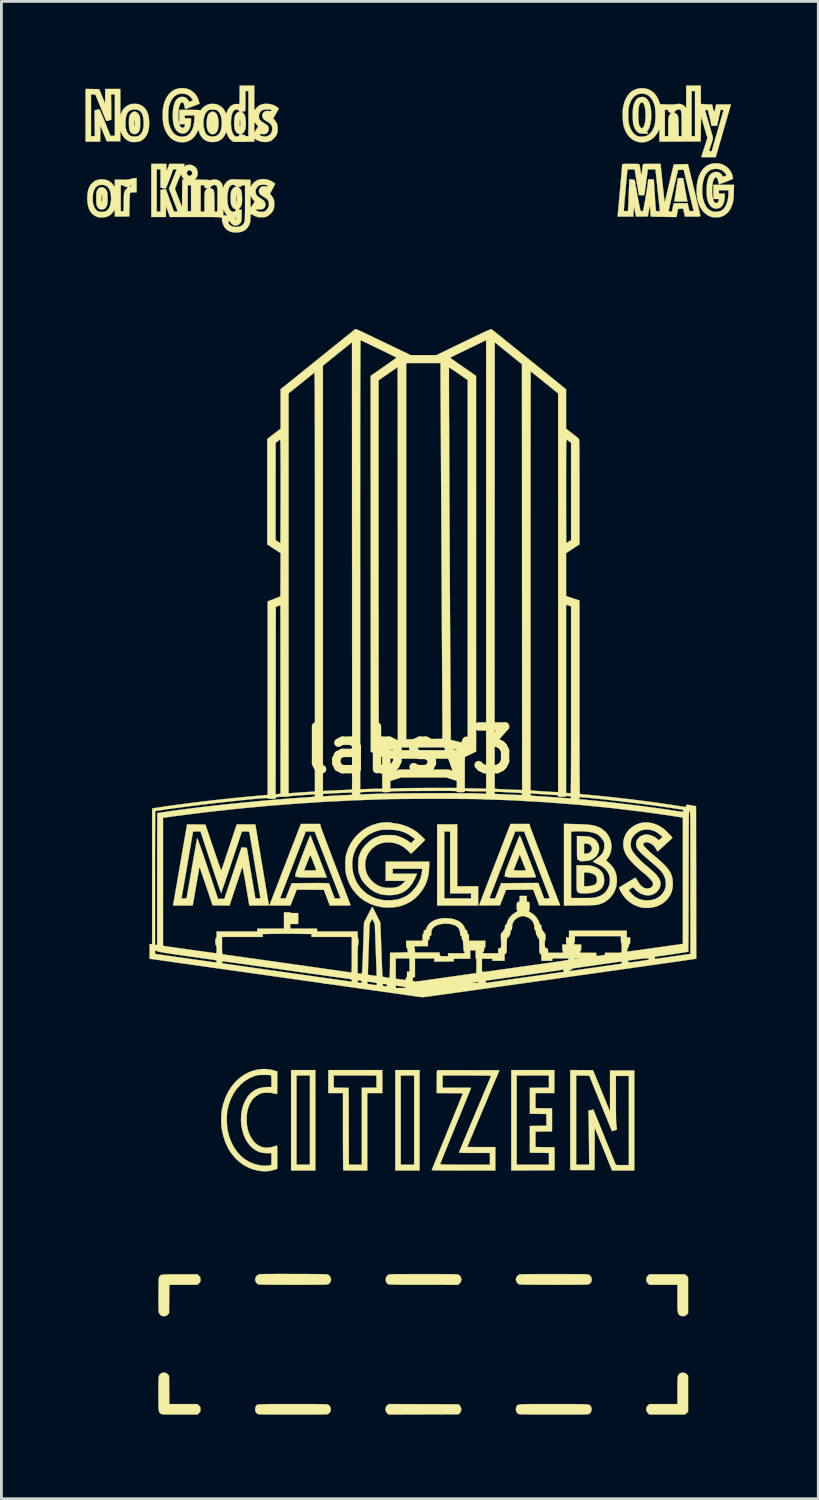
<source format=kicad_pcb>
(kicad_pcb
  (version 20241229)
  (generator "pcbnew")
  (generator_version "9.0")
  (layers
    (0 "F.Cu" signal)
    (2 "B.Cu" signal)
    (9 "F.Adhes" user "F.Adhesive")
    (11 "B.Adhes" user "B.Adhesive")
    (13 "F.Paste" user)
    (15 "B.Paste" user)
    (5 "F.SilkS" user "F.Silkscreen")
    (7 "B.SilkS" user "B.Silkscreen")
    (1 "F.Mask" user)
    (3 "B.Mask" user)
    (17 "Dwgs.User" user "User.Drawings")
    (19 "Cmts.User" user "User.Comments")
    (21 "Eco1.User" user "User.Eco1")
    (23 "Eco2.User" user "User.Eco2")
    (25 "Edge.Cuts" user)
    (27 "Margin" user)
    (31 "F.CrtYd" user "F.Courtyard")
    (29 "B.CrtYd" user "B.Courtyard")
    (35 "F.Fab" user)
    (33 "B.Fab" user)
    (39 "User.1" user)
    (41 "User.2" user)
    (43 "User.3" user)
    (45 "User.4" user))
  (footprint "labsv3"
    (layer "F.Cu")
    (at 11.569 23.717)
    (property "Reference" "labsv3" (at 0 0 0) (layer "F.SilkS") (effects (font (size 1.524 1.524) (thickness 0.3))))
    (attr through_hole)
    (fp_poly (pts (xy -3.362 15.016) (xy -4.228 15.016) (xy -4.228 11.624) (xy -4.034 11.624) (xy -4.034 14.807) (xy -3.556 14.807) (xy -3.556 11.624) (xy -4.034 11.624) (xy -4.228 11.624) (xy -4.228 11.43) (xy -3.362 11.43) (xy -3.362 15.016)) (stroke (width 0.01) (type solid)) (fill yes) (layer "F.SilkS"))
    (fp_poly (pts (xy 0.359 15.016) (xy -0.508 15.016) (xy -0.508 11.624) (xy -0.314 11.624) (xy -0.314 14.807) (xy 0.164 14.807) (xy 0.164 11.624) (xy -0.314 11.624) (xy -0.508 11.624) (xy -0.508 11.43) (xy 0.359 11.43) (xy 0.359 15.016)) (stroke (width 0.01) (type solid)) (fill yes) (layer "F.SilkS"))
    (fp_poly (pts (xy 1.703 4.871) (xy 2.45 4.871) (xy 2.45 5.558) (xy 0.986 5.558) (xy 0.986 2.914) (xy 1.24 2.914) (xy 1.24 5.304) (xy 2.196 5.304) (xy 2.196 5.125) (xy 1.449 5.125) (xy 1.449 2.914) (xy 1.24 2.914) (xy 0.986 2.914) (xy 0.986 2.66) (xy 1.703 2.66) (xy 1.703 4.871)) (stroke (width 0.01) (type solid)) (fill yes) (layer "F.SilkS"))
    (fp_poly (pts (xy 0.501 23.357) (xy 1.746 23.361) (xy 1.784 23.396) (xy 1.828 23.456) (xy 1.846 23.524) (xy 1.839 23.594) (xy 1.807 23.658) (xy 1.785 23.683) (xy 1.746 23.719) (xy 0.501 23.723) (xy -0.744 23.727) (xy -0.789 23.689) (xy -0.837 23.632) (xy -0.859 23.565) (xy -0.856 23.497) (xy -0.827 23.432) (xy -0.79 23.391) (xy -0.744 23.353) (xy 0.501 23.357)) (stroke (width 0.01) (type solid)) (fill yes) (layer "F.SilkS"))
    (fp_poly (pts (xy 9.809 22.236) (xy 9.846 22.25) (xy 9.886 22.282) (xy 9.888 22.284) (xy 9.943 22.335) (xy 9.943 23.624) (xy 9.832 23.727) (xy 8.564 23.727) (xy 8.519 23.689) (xy 8.471 23.632) (xy 8.449 23.565) (xy 8.453 23.497) (xy 8.481 23.432) (xy 8.518 23.392) (xy 8.564 23.353) (xy 9.562 23.353) (xy 9.562 22.874) (xy 9.563 22.732) (xy 9.563 22.616) (xy 9.565 22.524) (xy 9.569 22.452) (xy 9.574 22.396) (xy 9.582 22.355) (xy 9.593 22.324) (xy 9.607 22.301) (xy 9.624 22.282) (xy 9.645 22.265) (xy 9.691 22.241) (xy 9.752 22.233) (xy 9.759 22.232) (xy 9.809 22.236)) (stroke (width 0.01) (type solid)) (fill yes) (layer "F.SilkS"))
    (fp_poly (pts (xy 9.943 18.824) (xy 9.943 20.113) (xy 9.888 20.164) (xy 9.847 20.197) (xy 9.81 20.212) (xy 9.761 20.215) (xy 9.759 20.215) (xy 9.696 20.209) (xy 9.649 20.186) (xy 9.645 20.183) (xy 9.623 20.165) (xy 9.606 20.146) (xy 9.592 20.122) (xy 9.582 20.091) (xy 9.574 20.048) (xy 9.569 19.992) (xy 9.565 19.919) (xy 9.563 19.825) (xy 9.563 19.708) (xy 9.562 19.573) (xy 9.562 19.095) (xy 8.564 19.095) (xy 8.519 19.057) (xy 8.471 19) (xy 8.449 18.934) (xy 8.453 18.865) (xy 8.481 18.8) (xy 8.518 18.76) (xy 8.564 18.721) (xy 9.832 18.721) (xy 9.943 18.824)) (stroke (width 0.01) (type solid)) (fill yes) (layer "F.SilkS"))
    (fp_poly (pts (xy 5.17 12.252) (xy 4.497 12.252) (xy 4.497 12.789) (xy 4.792 12.793) (xy 5.087 12.797) (xy 5.087 13.619) (xy 4.792 13.623) (xy 4.497 13.627) (xy 4.497 14.179) (xy 5.177 14.187) (xy 5.177 15.008) (xy 3.631 15.016) (xy 3.631 11.624) (xy 3.825 11.624) (xy 3.825 14.807) (xy 4.975 14.807) (xy 4.975 14.389) (xy 4.296 14.381) (xy 4.296 13.425) (xy 4.591 13.421) (xy 4.886 13.417) (xy 4.886 12.999) (xy 4.591 12.995) (xy 4.296 12.991) (xy 4.296 12.065) (xy 4.975 12.057) (xy 4.975 11.624) (xy 3.825 11.624) (xy 3.631 11.624) (xy 3.631 11.43) (xy 5.17 11.43) (xy 5.17 12.252)) (stroke (width 0.01) (type solid)) (fill yes) (layer "F.SilkS"))
    (fp_poly (pts (xy -0.971 12.252) (xy -1.509 12.252) (xy -1.509 15.016) (xy -1.932 15.016) (xy -2.042 15.016) (xy -2.142 15.015) (xy -2.228 15.013) (xy -2.296 15.011) (xy -2.343 15.009) (xy -2.365 15.006) (xy -2.366 15.006) (xy -2.367 14.99) (xy -2.369 14.946) (xy -2.37 14.877) (xy -2.371 14.783) (xy -2.372 14.669) (xy -2.373 14.535) (xy -2.374 14.384) (xy -2.375 14.218) (xy -2.375 14.038) (xy -2.376 13.848) (xy -2.376 13.649) (xy -2.376 13.624) (xy -2.376 12.252) (xy -2.899 12.252) (xy -2.899 11.624) (xy -2.704 11.624) (xy -2.704 12.057) (xy -2.439 12.061) (xy -2.174 12.065) (xy -2.17 13.436) (xy -2.166 14.807) (xy -1.703 14.807) (xy -1.703 12.058) (xy -1.18 12.058) (xy -1.18 11.624) (xy -2.704 11.624) (xy -2.899 11.624) (xy -2.899 11.43) (xy -0.971 11.43) (xy -0.971 12.252)) (stroke (width 0.01) (type solid)) (fill yes) (layer "F.SilkS"))
    (fp_poly (pts (xy 9.748 -20.406) (xy 9.766 -20.394) (xy 9.777 -20.368) (xy 9.786 -20.322) (xy 9.794 -20.26) (xy 9.8 -20.225) (xy 9.81 -20.168) (xy 9.823 -20.093) (xy 9.838 -20.008) (xy 9.855 -19.918) (xy 9.871 -19.829) (xy 9.886 -19.747) (xy 9.899 -19.678) (xy 9.909 -19.628) (xy 9.914 -19.607) (xy 9.922 -19.573) (xy 9.684 -19.573) (xy 9.594 -19.573) (xy 9.531 -19.574) (xy 9.489 -19.576) (xy 9.464 -19.58) (xy 9.453 -19.587) (xy 9.451 -19.595) (xy 9.452 -19.599) (xy 9.455 -19.62) (xy 9.463 -19.665) (xy 9.473 -19.73) (xy 9.486 -19.809) (xy 9.5 -19.898) (xy 9.515 -19.992) (xy 9.53 -20.086) (xy 9.544 -20.176) (xy 9.556 -20.257) (xy 9.566 -20.324) (xy 9.574 -20.373) (xy 9.577 -20.398) (xy 9.577 -20.401) (xy 9.591 -20.405) (xy 9.627 -20.408) (xy 9.673 -20.41) (xy 9.718 -20.41) (xy 9.748 -20.406)) (stroke (width 0.01) (type solid)) (fill yes) (layer "F.SilkS"))
    (fp_poly (pts (xy -6.978 -22.773) (xy -6.925 -22.74) (xy -6.883 -22.694) (xy -6.876 -22.683) (xy -6.848 -22.612) (xy -6.828 -22.521) (xy -6.819 -22.417) (xy -6.819 -22.31) (xy -6.829 -22.207) (xy -6.844 -22.136) (xy -6.866 -22.087) (xy -6.9 -22.039) (xy -6.91 -22.028) (xy -6.948 -21.996) (xy -6.984 -21.981) (xy -7.03 -21.978) (xy -7.079 -21.982) (xy -7.115 -21.998) (xy -7.15 -22.028) (xy -7.184 -22.072) (xy -7.21 -22.123) (xy -7.215 -22.136) (xy -7.234 -22.235) (xy -7.242 -22.343) (xy -7.241 -22.374) (xy -7.032 -22.374) (xy -7.031 -22.317) (xy -7.03 -22.282) (xy -7.028 -22.271) (xy -7.026 -22.286) (xy -7.026 -22.288) (xy -7.024 -22.35) (xy -7.025 -22.421) (xy -7.026 -22.452) (xy -7.028 -22.473) (xy -7.03 -22.466) (xy -7.031 -22.434) (xy -7.032 -22.379) (xy -7.032 -22.374) (xy -7.241 -22.374) (xy -7.239 -22.451) (xy -7.226 -22.552) (xy -7.203 -22.639) (xy -7.184 -22.683) (xy -7.145 -22.731) (xy -7.094 -22.767) (xy -7.04 -22.785) (xy -7.03 -22.785) (xy -6.978 -22.773)) (stroke (width 0.01) (type solid)) (fill yes) (layer "F.SilkS"))
    (fp_poly (pts (xy -7.519 18.772) (xy -7.487 18.805) (xy -7.47 18.833) (xy -7.464 18.869) (xy -7.463 18.908) (xy -7.465 18.958) (xy -7.473 18.992) (xy -7.494 19.02) (xy -7.519 19.044) (xy -7.575 19.095) (xy -8.575 19.095) (xy -8.584 20.113) (xy -8.64 20.164) (xy -8.68 20.197) (xy -8.716 20.212) (xy -8.765 20.215) (xy -8.769 20.215) (xy -8.825 20.211) (xy -8.867 20.193) (xy -8.889 20.177) (xy -8.924 20.136) (xy -8.949 20.089) (xy -8.95 20.084) (xy -8.955 20.051) (xy -8.959 19.988) (xy -8.961 19.896) (xy -8.963 19.775) (xy -8.963 19.625) (xy -8.962 19.447) (xy -8.962 19.436) (xy -8.961 19.287) (xy -8.959 19.165) (xy -8.958 19.067) (xy -8.956 18.99) (xy -8.954 18.932) (xy -8.952 18.888) (xy -8.948 18.857) (xy -8.943 18.835) (xy -8.938 18.819) (xy -8.931 18.807) (xy -8.926 18.801) (xy -8.912 18.782) (xy -8.897 18.767) (xy -8.88 18.754) (xy -8.857 18.744) (xy -8.826 18.736) (xy -8.783 18.731) (xy -8.726 18.727) (xy -8.652 18.724) (xy -8.559 18.723) (xy -8.443 18.722) (xy -8.302 18.722) (xy -8.199 18.722) (xy -7.575 18.721) (xy -7.519 18.772)) (stroke (width 0.01) (type solid)) (fill yes) (layer "F.SilkS"))
    (fp_poly (pts (xy -9.759 -22.771) (xy -9.704 -22.733) (xy -9.659 -22.677) (xy -9.647 -22.654) (xy -9.634 -22.622) (xy -9.625 -22.589) (xy -9.619 -22.548) (xy -9.616 -22.494) (xy -9.615 -22.419) (xy -9.615 -22.374) (xy -9.615 -22.288) (xy -9.617 -22.224) (xy -9.622 -22.178) (xy -9.629 -22.142) (xy -9.64 -22.11) (xy -9.647 -22.095) (xy -9.69 -22.032) (xy -9.747 -21.992) (xy -9.813 -21.978) (xy -9.881 -21.99) (xy -9.915 -22.007) (xy -9.953 -22.038) (xy -9.981 -22.081) (xy -10 -22.14) (xy -10.012 -22.219) (xy -10.017 -22.322) (xy -10.018 -22.375) (xy -9.831 -22.375) (xy -9.83 -22.313) (xy -9.825 -22.269) (xy -9.818 -22.248) (xy -9.816 -22.247) (xy -9.809 -22.261) (xy -9.804 -22.299) (xy -9.801 -22.356) (xy -9.801 -22.366) (xy -9.803 -22.423) (xy -9.808 -22.467) (xy -9.815 -22.492) (xy -9.816 -22.494) (xy -9.824 -22.485) (xy -9.829 -22.448) (xy -9.831 -22.386) (xy -9.831 -22.375) (xy -10.018 -22.375) (xy -10.018 -22.382) (xy -10.017 -22.467) (xy -10.015 -22.529) (xy -10.01 -22.575) (xy -10.002 -22.611) (xy -9.99 -22.643) (xy -9.985 -22.654) (xy -9.945 -22.716) (xy -9.893 -22.761) (xy -9.836 -22.784) (xy -9.816 -22.785) (xy -9.759 -22.771)) (stroke (width 0.01) (type solid)) (fill yes) (layer "F.SilkS"))
    (fp_poly (pts (xy 6.189 3.081) (xy 6.282 3.085) (xy 6.353 3.091) (xy 6.407 3.098) (xy 6.452 3.109) (xy 6.491 3.123) (xy 6.589 3.175) (xy 6.667 3.245) (xy 6.723 3.329) (xy 6.758 3.422) (xy 6.769 3.521) (xy 6.757 3.62) (xy 6.719 3.716) (xy 6.656 3.805) (xy 6.643 3.817) (xy 6.577 3.875) (xy 6.505 3.917) (xy 6.422 3.946) (xy 6.322 3.963) (xy 6.227 3.971) (xy 6.155 3.974) (xy 6.109 3.974) (xy 6.082 3.971) (xy 6.069 3.965) (xy 6.066 3.954) (xy 6.054 3.934) (xy 6.031 3.93) (xy 6.016 3.928) (xy 6.004 3.921) (xy 5.994 3.905) (xy 5.987 3.878) (xy 5.983 3.836) (xy 5.979 3.777) (xy 5.978 3.697) (xy 5.977 3.593) (xy 5.976 3.463) (xy 5.976 3.347) (xy 6.23 3.347) (xy 6.23 3.709) (xy 6.313 3.702) (xy 6.38 3.69) (xy 6.431 3.669) (xy 6.437 3.665) (xy 6.469 3.631) (xy 6.496 3.585) (xy 6.498 3.579) (xy 6.511 3.537) (xy 6.51 3.502) (xy 6.498 3.462) (xy 6.463 3.404) (xy 6.406 3.366) (xy 6.329 3.348) (xy 6.302 3.347) (xy 6.23 3.347) (xy 5.976 3.347) (xy 5.976 3.074) (xy 6.189 3.081)) (stroke (width 0.01) (type solid)) (fill yes) (layer "F.SilkS"))
    (fp_poly (pts (xy -8.718 22.236) (xy -8.681 22.25) (xy -8.641 22.282) (xy -8.64 22.284) (xy -8.584 22.335) (xy -8.575 23.353) (xy -7.575 23.353) (xy -7.519 23.404) (xy -7.487 23.436) (xy -7.47 23.465) (xy -7.464 23.501) (xy -7.463 23.54) (xy -7.465 23.59) (xy -7.473 23.623) (xy -7.494 23.651) (xy -7.519 23.675) (xy -7.575 23.727) (xy -8.208 23.727) (xy -8.362 23.727) (xy -8.489 23.726) (xy -8.592 23.726) (xy -8.673 23.725) (xy -8.736 23.724) (xy -8.783 23.721) (xy -8.817 23.718) (xy -8.841 23.715) (xy -8.858 23.709) (xy -8.87 23.703) (xy -8.881 23.696) (xy -8.882 23.694) (xy -8.902 23.678) (xy -8.919 23.661) (xy -8.932 23.64) (xy -8.942 23.613) (xy -8.95 23.576) (xy -8.956 23.527) (xy -8.96 23.464) (xy -8.963 23.382) (xy -8.964 23.279) (xy -8.965 23.152) (xy -8.965 22.999) (xy -8.965 22.98) (xy -8.965 22.823) (xy -8.964 22.694) (xy -8.963 22.588) (xy -8.96 22.504) (xy -8.957 22.438) (xy -8.951 22.388) (xy -8.943 22.35) (xy -8.933 22.322) (xy -8.92 22.301) (xy -8.904 22.283) (xy -8.885 22.267) (xy -8.882 22.265) (xy -8.836 22.241) (xy -8.775 22.233) (xy -8.768 22.232) (xy -8.718 22.236)) (stroke (width 0.01) (type solid)) (fill yes) (layer "F.SilkS"))
    (fp_poly (pts (xy -10.92 -20.07) (xy -10.864 -20.035) (xy -10.82 -19.975) (xy -10.815 -19.966) (xy -10.801 -19.934) (xy -10.791 -19.903) (xy -10.785 -19.866) (xy -10.782 -19.817) (xy -10.78 -19.749) (xy -10.78 -19.685) (xy -10.78 -19.6) (xy -10.782 -19.537) (xy -10.786 -19.492) (xy -10.794 -19.458) (xy -10.804 -19.427) (xy -10.815 -19.404) (xy -10.846 -19.355) (xy -10.881 -19.318) (xy -10.893 -19.311) (xy -10.949 -19.293) (xy -11.011 -19.291) (xy -11.066 -19.303) (xy -11.083 -19.312) (xy -11.111 -19.34) (xy -11.14 -19.382) (xy -11.15 -19.398) (xy -11.163 -19.425) (xy -11.172 -19.453) (xy -11.178 -19.487) (xy -11.182 -19.534) (xy -11.183 -19.6) (xy -11.183 -19.685) (xy -10.996 -19.685) (xy -10.995 -19.613) (xy -10.992 -19.57) (xy -10.986 -19.555) (xy -10.982 -19.558) (xy -10.974 -19.584) (xy -10.969 -19.629) (xy -10.967 -19.685) (xy -10.967 -19.685) (xy -10.969 -19.741) (xy -10.974 -19.786) (xy -10.982 -19.812) (xy -10.982 -19.812) (xy -10.989 -19.811) (xy -10.994 -19.783) (xy -10.996 -19.726) (xy -10.996 -19.685) (xy -11.183 -19.685) (xy -11.183 -19.773) (xy -11.182 -19.838) (xy -11.178 -19.884) (xy -11.172 -19.918) (xy -11.163 -19.946) (xy -11.15 -19.972) (xy -11.109 -20.033) (xy -11.062 -20.068) (xy -11.003 -20.081) (xy -10.993 -20.081) (xy -10.92 -20.07)) (stroke (width 0.01) (type solid)) (fill yes) (layer "F.SilkS"))
    (fp_poly (pts (xy 0.712 18.714) (xy 0.904 18.714) (xy 1.069 18.714) (xy 1.211 18.714) (xy 1.33 18.715) (xy 1.43 18.716) (xy 1.512 18.717) (xy 1.577 18.718) (xy 1.629 18.72) (xy 1.669 18.723) (xy 1.699 18.725) (xy 1.721 18.729) (xy 1.736 18.733) (xy 1.748 18.737) (xy 1.758 18.742) (xy 1.759 18.743) (xy 1.813 18.791) (xy 1.843 18.852) (xy 1.85 18.919) (xy 1.832 18.985) (xy 1.789 19.044) (xy 1.787 19.046) (xy 1.734 19.095) (xy 0.504 19.094) (xy 0.28 19.094) (xy 0.085 19.094) (xy -0.085 19.093) (xy -0.231 19.093) (xy -0.354 19.092) (xy -0.457 19.091) (xy -0.542 19.089) (xy -0.609 19.088) (xy -0.662 19.085) (xy -0.702 19.083) (xy -0.731 19.08) (xy -0.75 19.077) (xy -0.763 19.073) (xy -0.766 19.071) (xy -0.814 19.03) (xy -0.842 18.973) (xy -0.851 18.908) (xy -0.84 18.842) (xy -0.809 18.783) (xy -0.766 18.742) (xy -0.758 18.737) (xy -0.747 18.733) (xy -0.733 18.729) (xy -0.712 18.725) (xy -0.683 18.723) (xy -0.643 18.72) (xy -0.592 18.719) (xy -0.527 18.717) (xy -0.446 18.716) (xy -0.347 18.715) (xy -0.227 18.715) (xy -0.086 18.714) (xy 0.079 18.714) (xy 0.27 18.714) (xy 0.489 18.714) (xy 0.493 18.714) (xy 0.712 18.714)) (stroke (width 0.01) (type solid)) (fill yes) (layer "F.SilkS"))
    (fp_poly (pts (xy 6.347 4.122) (xy 6.437 4.13) (xy 6.515 4.144) (xy 6.587 4.166) (xy 6.659 4.197) (xy 6.694 4.214) (xy 6.791 4.278) (xy 6.868 4.364) (xy 6.905 4.427) (xy 6.929 4.493) (xy 6.943 4.576) (xy 6.947 4.666) (xy 6.942 4.751) (xy 6.925 4.821) (xy 6.925 4.821) (xy 6.876 4.913) (xy 6.805 4.988) (xy 6.712 5.046) (xy 6.595 5.088) (xy 6.455 5.114) (xy 6.289 5.125) (xy 6.258 5.125) (xy 6.176 5.124) (xy 6.114 5.12) (xy 6.077 5.115) (xy 6.066 5.11) (xy 6.053 5.099) (xy 6.029 5.095) (xy 5.999 5.088) (xy 5.991 5.066) (xy 5.985 5.037) (xy 5.976 5.028) (xy 5.972 5.01) (xy 5.968 4.964) (xy 5.965 4.891) (xy 5.965 4.875) (xy 6.23 4.875) (xy 6.354 4.867) (xy 6.425 4.859) (xy 6.496 4.847) (xy 6.554 4.833) (xy 6.557 4.832) (xy 6.625 4.801) (xy 6.668 4.759) (xy 6.688 4.702) (xy 6.69 4.631) (xy 6.676 4.551) (xy 6.652 4.502) (xy 6.603 4.455) (xy 6.529 4.418) (xy 6.438 4.392) (xy 6.346 4.381) (xy 6.23 4.374) (xy 6.23 4.875) (xy 5.965 4.875) (xy 5.963 4.793) (xy 5.962 4.672) (xy 5.962 4.571) (xy 5.962 4.124) (xy 6.107 4.12) (xy 6.239 4.119) (xy 6.347 4.122)) (stroke (width 0.01) (type solid)) (fill yes) (layer "F.SilkS"))
    (fp_poly (pts (xy -4.36 18.709) (xy -4.12 18.71) (xy -3.903 18.71) (xy -3.714 18.711) (xy -3.551 18.712) (xy -3.412 18.713) (xy -3.295 18.714) (xy -3.197 18.715) (xy -3.118 18.717) (xy -3.054 18.719) (xy -3.005 18.721) (xy -2.967 18.723) (xy -2.94 18.726) (xy -2.92 18.73) (xy -2.906 18.734) (xy -2.897 18.739) (xy -2.894 18.74) (xy -2.842 18.79) (xy -2.812 18.85) (xy -2.803 18.916) (xy -2.817 18.98) (xy -2.851 19.036) (xy -2.9 19.073) (xy -2.911 19.077) (xy -2.93 19.081) (xy -2.958 19.084) (xy -2.997 19.086) (xy -3.048 19.088) (xy -3.115 19.09) (xy -3.198 19.092) (xy -3.3 19.093) (xy -3.423 19.093) (xy -3.568 19.094) (xy -3.737 19.094) (xy -3.932 19.095) (xy -4.155 19.095) (xy -4.157 19.095) (xy -4.387 19.094) (xy -4.59 19.094) (xy -4.765 19.094) (xy -4.916 19.093) (xy -5.043 19.092) (xy -5.148 19.09) (xy -5.233 19.088) (xy -5.3 19.086) (xy -5.349 19.084) (xy -5.383 19.081) (xy -5.403 19.078) (xy -5.408 19.076) (xy -5.441 19.051) (xy -5.474 19.014) (xy -5.481 19.005) (xy -5.507 18.942) (xy -5.508 18.876) (xy -5.485 18.815) (xy -5.442 18.763) (xy -5.38 18.727) (xy -5.361 18.721) (xy -5.334 18.718) (xy -5.278 18.715) (xy -5.193 18.713) (xy -5.08 18.711) (xy -4.94 18.71) (xy -4.773 18.709) (xy -4.579 18.709) (xy -4.36 18.709)) (stroke (width 0.01) (type solid)) (fill yes) (layer "F.SilkS"))
    (fp_poly (pts (xy 5.375 18.714) (xy 5.567 18.714) (xy 5.733 18.714) (xy 5.875 18.715) (xy 5.995 18.715) (xy 6.095 18.716) (xy 6.177 18.717) (xy 6.243 18.719) (xy 6.295 18.721) (xy 6.334 18.723) (xy 6.363 18.726) (xy 6.384 18.729) (xy 6.399 18.733) (xy 6.409 18.737) (xy 6.414 18.74) (xy 6.466 18.79) (xy 6.496 18.85) (xy 6.505 18.916) (xy 6.492 18.98) (xy 6.457 19.036) (xy 6.408 19.073) (xy 6.397 19.077) (xy 6.378 19.081) (xy 6.351 19.084) (xy 6.312 19.086) (xy 6.26 19.088) (xy 6.193 19.09) (xy 6.11 19.092) (xy 6.008 19.093) (xy 5.886 19.093) (xy 5.741 19.094) (xy 5.572 19.094) (xy 5.376 19.095) (xy 5.153 19.095) (xy 5.152 19.095) (xy 4.921 19.094) (xy 4.719 19.094) (xy 4.543 19.094) (xy 4.392 19.093) (xy 4.265 19.092) (xy 4.16 19.09) (xy 4.075 19.088) (xy 4.009 19.086) (xy 3.959 19.084) (xy 3.925 19.081) (xy 3.905 19.078) (xy 3.9 19.076) (xy 3.857 19.041) (xy 3.82 18.99) (xy 3.798 18.935) (xy 3.795 18.91) (xy 3.808 18.851) (xy 3.841 18.792) (xy 3.889 18.745) (xy 3.895 18.741) (xy 3.903 18.736) (xy 3.915 18.732) (xy 3.931 18.728) (xy 3.954 18.725) (xy 3.986 18.722) (xy 4.029 18.72) (xy 4.085 18.718) (xy 4.155 18.717) (xy 4.242 18.716) (xy 4.347 18.715) (xy 4.473 18.714) (xy 4.622 18.714) (xy 4.795 18.714) (xy 4.995 18.714) (xy 5.155 18.714) (xy 5.375 18.714)) (stroke (width 0.01) (type solid)) (fill yes) (layer "F.SilkS"))
    (fp_poly (pts (xy -4.16 23.353) (xy -3.939 23.353) (xy -3.746 23.353) (xy -3.579 23.354) (xy -3.436 23.354) (xy -3.315 23.355) (xy -3.214 23.356) (xy -3.132 23.357) (xy -3.065 23.359) (xy -3.013 23.361) (xy -2.974 23.363) (xy -2.944 23.366) (xy -2.923 23.369) (xy -2.909 23.373) (xy -2.899 23.377) (xy -2.899 23.377) (xy -2.847 23.424) (xy -2.818 23.483) (xy -2.81 23.548) (xy -2.823 23.613) (xy -2.859 23.67) (xy -2.899 23.702) (xy -2.909 23.707) (xy -2.923 23.71) (xy -2.943 23.714) (xy -2.972 23.717) (xy -3.011 23.719) (xy -3.063 23.721) (xy -3.128 23.723) (xy -3.21 23.724) (xy -3.31 23.725) (xy -3.43 23.725) (xy -3.572 23.726) (xy -3.737 23.726) (xy -3.929 23.726) (xy -4.149 23.726) (xy -4.163 23.726) (xy -4.387 23.726) (xy -4.582 23.726) (xy -4.752 23.725) (xy -4.897 23.724) (xy -5.019 23.724) (xy -5.122 23.722) (xy -5.206 23.721) (xy -5.273 23.719) (xy -5.325 23.717) (xy -5.365 23.715) (xy -5.393 23.712) (xy -5.413 23.708) (xy -5.425 23.704) (xy -5.427 23.703) (xy -5.474 23.662) (xy -5.503 23.604) (xy -5.513 23.536) (xy -5.502 23.468) (xy -5.491 23.442) (xy -5.483 23.427) (xy -5.475 23.413) (xy -5.466 23.401) (xy -5.454 23.391) (xy -5.436 23.382) (xy -5.41 23.375) (xy -5.376 23.369) (xy -5.33 23.364) (xy -5.271 23.361) (xy -5.197 23.358) (xy -5.106 23.356) (xy -4.996 23.354) (xy -4.866 23.354) (xy -4.712 23.353) (xy -4.534 23.353) (xy -4.33 23.353) (xy -4.16 23.353)) (stroke (width 0.01) (type solid)) (fill yes) (layer "F.SilkS"))
    (fp_poly (pts (xy 5.739 23.353) (xy 5.886 23.354) (xy 6.01 23.355) (xy 6.114 23.356) (xy 6.199 23.358) (xy 6.269 23.361) (xy 6.324 23.365) (xy 6.366 23.37) (xy 6.398 23.376) (xy 6.421 23.384) (xy 6.438 23.393) (xy 6.45 23.403) (xy 6.459 23.416) (xy 6.467 23.43) (xy 6.475 23.443) (xy 6.498 23.509) (xy 6.495 23.577) (xy 6.47 23.642) (xy 6.424 23.692) (xy 6.409 23.702) (xy 6.4 23.707) (xy 6.386 23.71) (xy 6.365 23.714) (xy 6.336 23.717) (xy 6.297 23.719) (xy 6.246 23.721) (xy 6.18 23.723) (xy 6.098 23.724) (xy 5.998 23.725) (xy 5.879 23.725) (xy 5.737 23.726) (xy 5.571 23.726) (xy 5.379 23.726) (xy 5.16 23.726) (xy 5.145 23.726) (xy 4.922 23.726) (xy 4.726 23.726) (xy 4.557 23.725) (xy 4.412 23.724) (xy 4.289 23.724) (xy 4.187 23.722) (xy 4.103 23.721) (xy 4.036 23.719) (xy 3.983 23.717) (xy 3.944 23.715) (xy 3.915 23.712) (xy 3.896 23.708) (xy 3.883 23.704) (xy 3.881 23.703) (xy 3.835 23.662) (xy 3.805 23.604) (xy 3.795 23.536) (xy 3.807 23.468) (xy 3.818 23.442) (xy 3.826 23.427) (xy 3.833 23.413) (xy 3.842 23.401) (xy 3.855 23.391) (xy 3.873 23.382) (xy 3.898 23.375) (xy 3.933 23.369) (xy 3.979 23.364) (xy 4.038 23.361) (xy 4.112 23.358) (xy 4.202 23.356) (xy 4.312 23.354) (xy 4.443 23.354) (xy 4.596 23.353) (xy 4.774 23.353) (xy 4.978 23.353) (xy 5.148 23.353) (xy 5.372 23.353) (xy 5.569 23.353) (xy 5.739 23.353)) (stroke (width 0.01) (type solid)) (fill yes) (layer "F.SilkS"))
    (fp_poly (pts (xy 8.374 -23.301) (xy 8.408 -23.285) (xy 8.438 -23.265) (xy 8.502 -23.201) (xy 8.554 -23.111) (xy 8.592 -22.999) (xy 8.597 -22.976) (xy 8.618 -22.853) (xy 8.628 -22.722) (xy 8.628 -22.591) (xy 8.618 -22.463) (xy 8.599 -22.345) (xy 8.571 -22.241) (xy 8.536 -22.157) (xy 8.506 -22.112) (xy 8.482 -22.082) (xy 8.477 -22.063) (xy 8.489 -22.044) (xy 8.492 -22.04) (xy 8.511 -22.016) (xy 8.516 -22.003) (xy 8.503 -21.997) (xy 8.467 -21.994) (xy 8.416 -21.993) (xy 8.356 -21.995) (xy 8.297 -21.999) (xy 8.244 -22.004) (xy 8.205 -22.011) (xy 8.194 -22.015) (xy 8.138 -22.052) (xy 8.084 -22.112) (xy 8.037 -22.187) (xy 8.006 -22.262) (xy 7.992 -22.314) (xy 7.982 -22.372) (xy 7.974 -22.444) (xy 7.969 -22.536) (xy 7.967 -22.584) (xy 7.966 -22.658) (xy 8.165 -22.658) (xy 8.168 -22.524) (xy 8.177 -22.416) (xy 8.191 -22.332) (xy 8.213 -22.269) (xy 8.241 -22.224) (xy 8.248 -22.217) (xy 8.274 -22.194) (xy 8.294 -22.19) (xy 8.321 -22.202) (xy 8.322 -22.203) (xy 8.356 -22.237) (xy 8.383 -22.299) (xy 8.404 -22.388) (xy 8.418 -22.502) (xy 8.423 -22.599) (xy 8.423 -22.727) (xy 8.416 -22.841) (xy 8.401 -22.938) (xy 8.381 -23.016) (xy 8.354 -23.073) (xy 8.323 -23.106) (xy 8.289 -23.114) (xy 8.251 -23.094) (xy 8.248 -23.092) (xy 8.218 -23.052) (xy 8.195 -22.993) (xy 8.179 -22.913) (xy 8.169 -22.808) (xy 8.166 -22.677) (xy 8.165 -22.658) (xy 7.966 -22.658) (xy 7.966 -22.729) (xy 7.971 -22.849) (xy 7.984 -22.95) (xy 8.005 -23.037) (xy 8.035 -23.115) (xy 8.04 -23.125) (xy 8.086 -23.205) (xy 8.139 -23.259) (xy 8.202 -23.291) (xy 8.281 -23.305) (xy 8.283 -23.305) (xy 8.337 -23.307) (xy 8.374 -23.301)) (stroke (width 0.01) (type solid)) (fill yes) (layer "F.SilkS"))
    (fp_poly (pts (xy -3.535 3.062) (xy -3.519 3.1) (xy -3.495 3.16) (xy -3.464 3.238) (xy -3.427 3.332) (xy -3.385 3.438) (xy -3.34 3.553) (xy -3.293 3.674) (xy -3.244 3.798) (xy -3.196 3.922) (xy -3.15 4.042) (xy -3.106 4.156) (xy -3.066 4.26) (xy -3.031 4.352) (xy -3.002 4.427) (xy -2.981 4.484) (xy -2.969 4.518) (xy -2.967 4.523) (xy -2.956 4.557) (xy -3.473 4.557) (xy -3.626 4.557) (xy -3.753 4.555) (xy -3.854 4.553) (xy -3.928 4.55) (xy -3.973 4.547) (xy -3.989 4.542) (xy -3.989 4.542) (xy -4.002 4.532) (xy -4.035 4.527) (xy -4.042 4.527) (xy -4.078 4.523) (xy -4.086 4.512) (xy -4.085 4.511) (xy -4.078 4.486) (xy -4.072 4.445) (xy -4.071 4.432) (xy -4.065 4.409) (xy -4.05 4.362) (xy -4.029 4.303) (xy -3.765 4.303) (xy -3.548 4.303) (xy -3.471 4.302) (xy -3.406 4.3) (xy -3.359 4.296) (xy -3.334 4.291) (xy -3.332 4.289) (xy -3.337 4.272) (xy -3.351 4.232) (xy -3.372 4.176) (xy -3.398 4.108) (xy -3.427 4.034) (xy -3.456 3.959) (xy -3.483 3.889) (xy -3.507 3.829) (xy -3.526 3.785) (xy -3.536 3.761) (xy -3.537 3.76) (xy -3.545 3.768) (xy -3.562 3.8) (xy -3.585 3.851) (xy -3.613 3.917) (xy -3.633 3.968) (xy -3.665 4.049) (xy -3.694 4.124) (xy -3.719 4.188) (xy -3.737 4.233) (xy -3.743 4.247) (xy -3.765 4.303) (xy -4.029 4.303) (xy -4.026 4.296) (xy -3.996 4.212) (xy -3.96 4.114) (xy -3.92 4.005) (xy -3.876 3.89) (xy -3.831 3.77) (xy -3.785 3.65) (xy -3.739 3.532) (xy -3.695 3.419) (xy -3.655 3.316) (xy -3.618 3.225) (xy -3.588 3.15) (xy -3.564 3.093) (xy -3.548 3.058) (xy -3.541 3.048) (xy -3.535 3.062)) (stroke (width 0.01) (type solid)) (fill yes) (layer "F.SilkS"))
    (fp_poly (pts (xy 3.939 3.066) (xy 3.956 3.096) (xy 3.978 3.145) (xy 3.998 3.192) (xy 4.016 3.239) (xy 4.043 3.309) (xy 4.078 3.399) (xy 4.119 3.506) (xy 4.165 3.624) (xy 4.214 3.751) (xy 4.265 3.883) (xy 4.283 3.93) (xy 4.332 4.056) (xy 4.377 4.173) (xy 4.418 4.28) (xy 4.452 4.372) (xy 4.48 4.446) (xy 4.5 4.501) (xy 4.511 4.532) (xy 4.512 4.538) (xy 4.506 4.544) (xy 4.486 4.548) (xy 4.449 4.551) (xy 4.393 4.554) (xy 4.317 4.555) (xy 4.216 4.556) (xy 4.09 4.557) (xy 3.997 4.557) (xy 3.844 4.557) (xy 3.716 4.555) (xy 3.616 4.553) (xy 3.542 4.55) (xy 3.497 4.547) (xy 3.481 4.542) (xy 3.481 4.542) (xy 3.468 4.532) (xy 3.437 4.527) (xy 3.436 4.527) (xy 3.402 4.52) (xy 3.393 4.499) (xy 3.406 4.468) (xy 3.411 4.44) (xy 3.407 4.43) (xy 3.407 4.41) (xy 3.418 4.366) (xy 3.439 4.301) (xy 3.442 4.293) (xy 3.72 4.293) (xy 3.734 4.297) (xy 3.773 4.3) (xy 3.831 4.302) (xy 3.903 4.303) (xy 3.936 4.303) (xy 4.152 4.303) (xy 4.132 4.247) (xy 4.12 4.214) (xy 4.099 4.159) (xy 4.072 4.089) (xy 4.041 4.01) (xy 4.023 3.963) (xy 3.935 3.735) (xy 3.828 4.009) (xy 3.795 4.094) (xy 3.766 4.169) (xy 3.743 4.23) (xy 3.727 4.273) (xy 3.72 4.292) (xy 3.72 4.293) (xy 3.442 4.293) (xy 3.47 4.219) (xy 3.472 4.213) (xy 3.498 4.148) (xy 3.532 4.061) (xy 3.573 3.957) (xy 3.618 3.84) (xy 3.666 3.717) (xy 3.714 3.593) (xy 3.735 3.541) (xy 3.779 3.429) (xy 3.819 3.326) (xy 3.856 3.235) (xy 3.886 3.159) (xy 3.91 3.102) (xy 3.925 3.067) (xy 3.93 3.058) (xy 3.939 3.066)) (stroke (width 0.01) (type solid)) (fill yes) (layer "F.SilkS"))
    (fp_poly (pts (xy 6.144 11.433) (xy 6.551 11.437) (xy 6.854 12.177) (xy 7.156 12.917) (xy 7.156 12.181) (xy 7.157 11.445) (xy 8.023 11.445) (xy 8.023 15.016) (xy 7.232 15.016) (xy 7.208 14.96) (xy 7.198 14.935) (xy 7.178 14.886) (xy 7.149 14.814) (xy 7.112 14.724) (xy 7.069 14.617) (xy 7.021 14.497) (xy 6.968 14.367) (xy 6.912 14.229) (xy 6.898 14.195) (xy 6.611 13.486) (xy 6.608 14.243) (xy 6.604 15.001) (xy 5.737 15.001) (xy 5.737 14.807) (xy 5.947 14.807) (xy 6.412 14.807) (xy 6.404 13.929) (xy 6.402 13.767) (xy 6.401 13.612) (xy 6.399 13.466) (xy 6.396 13.334) (xy 6.394 13.217) (xy 6.392 13.119) (xy 6.39 13.042) (xy 6.388 12.99) (xy 6.387 12.967) (xy 6.377 12.884) (xy 6.47 12.86) (xy 6.562 12.837) (xy 6.581 12.884) (xy 6.591 12.909) (xy 6.611 12.957) (xy 6.64 13.028) (xy 6.676 13.117) (xy 6.718 13.221) (xy 6.766 13.339) (xy 6.818 13.467) (xy 6.873 13.603) (xy 6.93 13.743) (xy 6.987 13.885) (xy 7.044 14.026) (xy 7.1 14.163) (xy 7.153 14.294) (xy 7.202 14.415) (xy 7.246 14.524) (xy 7.284 14.618) (xy 7.315 14.694) (xy 7.337 14.75) (xy 7.35 14.782) (xy 7.352 14.788) (xy 7.358 14.801) (xy 7.368 14.81) (xy 7.386 14.816) (xy 7.417 14.819) (xy 7.465 14.821) (xy 7.536 14.822) (xy 7.597 14.822) (xy 7.829 14.822) (xy 7.829 11.639) (xy 7.366 11.639) (xy 7.367 12.472) (xy 7.367 12.664) (xy 7.367 12.829) (xy 7.368 12.969) (xy 7.37 13.085) (xy 7.372 13.182) (xy 7.374 13.26) (xy 7.378 13.322) (xy 7.381 13.371) (xy 7.386 13.41) (xy 7.388 13.425) (xy 7.397 13.481) (xy 7.401 13.526) (xy 7.4 13.551) (xy 7.399 13.553) (xy 7.38 13.563) (xy 7.344 13.577) (xy 7.301 13.591) (xy 7.261 13.603) (xy 7.232 13.609) (xy 7.225 13.609) (xy 7.219 13.595) (xy 7.202 13.555) (xy 7.176 13.492) (xy 7.142 13.408) (xy 7.099 13.305) (xy 7.05 13.185) (xy 6.995 13.051) (xy 6.936 12.905) (xy 6.872 12.749) (xy 6.818 12.618) (xy 6.416 11.632) (xy 6.181 11.628) (xy 5.947 11.623) (xy 5.947 14.807) (xy 5.737 14.807) (xy 5.737 11.43) (xy 6.144 11.433)) (stroke (width 0.01) (type solid)) (fill yes) (layer "F.SilkS"))
    (fp_poly (pts (xy 5.928 2.65) (xy 6.104 2.655) (xy 6.254 2.662) (xy 6.381 2.672) (xy 6.489 2.684) (xy 6.581 2.701) (xy 6.661 2.722) (xy 6.732 2.749) (xy 6.799 2.781) (xy 6.864 2.819) (xy 6.868 2.822) (xy 6.979 2.91) (xy 7.07 3.016) (xy 7.138 3.134) (xy 7.184 3.262) (xy 7.207 3.395) (xy 7.205 3.53) (xy 7.178 3.662) (xy 7.126 3.788) (xy 7.075 3.868) (xy 7.011 3.955) (xy 7.052 3.979) (xy 7.093 4.01) (xy 7.143 4.059) (xy 7.198 4.117) (xy 7.249 4.178) (xy 7.291 4.235) (xy 7.312 4.271) (xy 7.37 4.416) (xy 7.399 4.569) (xy 7.402 4.726) (xy 7.377 4.883) (xy 7.325 5.035) (xy 7.313 5.061) (xy 7.253 5.162) (xy 7.175 5.26) (xy 7.085 5.347) (xy 6.99 5.418) (xy 6.933 5.45) (xy 6.881 5.473) (xy 6.833 5.493) (xy 6.788 5.509) (xy 6.74 5.522) (xy 6.686 5.532) (xy 6.624 5.539) (xy 6.548 5.544) (xy 6.456 5.548) (xy 6.345 5.551) (xy 6.21 5.553) (xy 6.077 5.554) (xy 5.513 5.56) (xy 5.513 2.918) (xy 5.767 2.918) (xy 5.767 5.289) (xy 6.161 5.289) (xy 6.284 5.289) (xy 6.382 5.288) (xy 6.459 5.286) (xy 6.52 5.283) (xy 6.57 5.279) (xy 6.611 5.273) (xy 6.651 5.264) (xy 6.671 5.259) (xy 6.801 5.215) (xy 6.907 5.155) (xy 6.994 5.074) (xy 7.066 4.972) (xy 7.078 4.95) (xy 7.129 4.825) (xy 7.153 4.698) (xy 7.149 4.573) (xy 7.119 4.454) (xy 7.062 4.344) (xy 6.991 4.257) (xy 6.944 4.213) (xy 6.896 4.177) (xy 6.838 4.141) (xy 6.762 4.102) (xy 6.724 4.083) (xy 6.657 4.051) (xy 6.602 4.023) (xy 6.563 4.002) (xy 6.545 3.99) (xy 6.544 3.989) (xy 6.556 3.977) (xy 6.586 3.953) (xy 6.628 3.921) (xy 6.638 3.915) (xy 6.746 3.833) (xy 6.829 3.756) (xy 6.888 3.681) (xy 6.927 3.604) (xy 6.948 3.52) (xy 6.953 3.435) (xy 6.951 3.365) (xy 6.942 3.312) (xy 6.924 3.261) (xy 6.912 3.237) (xy 6.861 3.158) (xy 6.79 3.082) (xy 6.709 3.019) (xy 6.66 2.992) (xy 6.576 2.962) (xy 6.468 2.937) (xy 6.341 2.92) (xy 6.2 2.909) (xy 6.051 2.907) (xy 5.953 2.909) (xy 5.767 2.918) (xy 5.513 2.918) (xy 5.513 2.64) (xy 5.928 2.65)) (stroke (width 0.01) (type solid)) (fill yes) (layer "F.SilkS"))
    (fp_poly (pts (xy 4.288 2.685) (xy 4.293 2.702) (xy 4.308 2.745) (xy 4.333 2.811) (xy 4.365 2.899) (xy 4.404 3.005) (xy 4.45 3.128) (xy 4.502 3.265) (xy 4.558 3.414) (xy 4.619 3.573) (xy 4.682 3.74) (xy 4.747 3.912) (xy 4.814 4.087) (xy 4.881 4.262) (xy 4.947 4.436) (xy 5.012 4.607) (xy 5.076 4.771) (xy 5.136 4.927) (xy 5.192 5.073) (xy 5.243 5.206) (xy 5.289 5.324) (xy 5.328 5.424) (xy 5.361 5.505) (xy 5.375 5.54) (xy 5.371 5.546) (xy 5.354 5.55) (xy 5.321 5.553) (xy 5.268 5.555) (xy 5.193 5.556) (xy 5.093 5.555) (xy 5.005 5.555) (xy 4.628 5.551) (xy 4.416 4.99) (xy 3.931 4.994) (xy 3.446 4.998) (xy 3.229 5.551) (xy 2.853 5.555) (xy 2.734 5.556) (xy 2.641 5.556) (xy 2.573 5.555) (xy 2.526 5.552) (xy 2.498 5.549) (xy 2.485 5.544) (xy 2.484 5.54) (xy 2.491 5.523) (xy 2.507 5.481) (xy 2.533 5.415) (xy 2.567 5.326) (xy 2.583 5.285) (xy 2.858 5.285) (xy 2.862 5.296) (xy 2.888 5.302) (xy 2.938 5.304) (xy 2.953 5.304) (xy 3.055 5.303) (xy 3.162 5.031) (xy 3.268 4.759) (xy 4.597 4.751) (xy 4.7 5.027) (xy 4.804 5.304) (xy 4.906 5.304) (xy 4.963 5.303) (xy 4.993 5.297) (xy 5.002 5.288) (xy 5.001 5.285) (xy 4.995 5.269) (xy 4.979 5.227) (xy 4.953 5.161) (xy 4.919 5.073) (xy 4.878 4.966) (xy 4.83 4.841) (xy 4.776 4.701) (xy 4.717 4.547) (xy 4.654 4.382) (xy 4.587 4.208) (xy 4.541 4.09) (xy 4.089 2.914) (xy 3.772 2.914) (xy 3.319 4.09) (xy 3.25 4.269) (xy 3.184 4.44) (xy 3.122 4.601) (xy 3.064 4.751) (xy 3.012 4.886) (xy 2.966 5.005) (xy 2.927 5.105) (xy 2.896 5.186) (xy 2.874 5.244) (xy 2.861 5.278) (xy 2.858 5.285) (xy 2.583 5.285) (xy 2.609 5.218) (xy 2.658 5.091) (xy 2.713 4.947) (xy 2.774 4.789) (xy 2.84 4.619) (xy 2.91 4.438) (xy 2.983 4.248) (xy 3.022 4.146) (xy 3.098 3.951) (xy 3.17 3.764) (xy 3.239 3.585) (xy 3.304 3.417) (xy 3.364 3.262) (xy 3.418 3.122) (xy 3.466 2.999) (xy 3.506 2.895) (xy 3.538 2.811) (xy 3.562 2.751) (xy 3.576 2.716) (xy 3.579 2.708) (xy 3.604 2.645) (xy 4.288 2.645) (xy 4.288 2.685)) (stroke (width 0.01) (type solid)) (fill yes) (layer "F.SilkS"))
    (fp_poly (pts (xy -3.182 2.692) (xy -3.177 2.713) (xy -3.162 2.76) (xy -3.137 2.83) (xy -3.103 2.924) (xy -3.061 3.038) (xy -3.012 3.17) (xy -2.956 3.319) (xy -2.894 3.484) (xy -2.826 3.661) (xy -2.754 3.85) (xy -2.678 4.049) (xy -2.65 4.122) (xy -2.575 4.316) (xy -2.503 4.503) (xy -2.435 4.68) (xy -2.371 4.846) (xy -2.313 4.999) (xy -2.26 5.136) (xy -2.214 5.256) (xy -2.176 5.357) (xy -2.146 5.436) (xy -2.124 5.493) (xy -2.112 5.525) (xy -2.11 5.531) (xy -2.11 5.54) (xy -2.115 5.546) (xy -2.129 5.551) (xy -2.156 5.554) (xy -2.199 5.556) (xy -2.261 5.557) (xy -2.346 5.558) (xy -2.457 5.558) (xy -2.475 5.558) (xy -2.846 5.558) (xy -2.952 5.278) (xy -3.058 4.998) (xy -4.027 4.99) (xy -4.251 5.558) (xy -4.628 5.558) (xy -5.005 5.558) (xy -4.977 5.487) (xy -4.968 5.463) (xy -4.949 5.414) (xy -4.92 5.34) (xy -4.902 5.293) (xy -4.614 5.293) (xy -4.604 5.3) (xy -4.576 5.303) (xy -4.524 5.301) (xy -4.52 5.301) (xy -4.419 5.297) (xy -4.313 5.028) (xy -4.206 4.759) (xy -3.537 4.755) (xy -3.355 4.754) (xy -3.203 4.754) (xy -3.08 4.755) (xy -2.985 4.757) (xy -2.918 4.759) (xy -2.88 4.763) (xy -2.869 4.766) (xy -2.864 4.785) (xy -2.849 4.826) (xy -2.828 4.886) (xy -2.801 4.96) (xy -2.77 5.043) (xy -2.67 5.304) (xy -2.568 5.304) (xy -2.517 5.304) (xy -2.48 5.302) (xy -2.466 5.3) (xy -2.466 5.3) (xy -2.471 5.286) (xy -2.486 5.246) (xy -2.511 5.182) (xy -2.544 5.097) (xy -2.584 4.991) (xy -2.632 4.868) (xy -2.685 4.73) (xy -2.744 4.577) (xy -2.808 4.413) (xy -2.875 4.239) (xy -2.925 4.109) (xy -3.385 2.921) (xy -3.544 2.917) (xy -3.703 2.913) (xy -3.733 2.991) (xy -3.743 3.018) (xy -3.763 3.07) (xy -3.792 3.145) (xy -3.829 3.241) (xy -3.873 3.355) (xy -3.923 3.486) (xy -3.979 3.631) (xy -4.04 3.788) (xy -4.104 3.954) (xy -4.171 4.127) (xy -4.184 4.161) (xy -4.251 4.334) (xy -4.314 4.498) (xy -4.374 4.653) (xy -4.429 4.796) (xy -4.478 4.924) (xy -4.521 5.036) (xy -4.557 5.13) (xy -4.585 5.202) (xy -4.603 5.252) (xy -4.612 5.277) (xy -4.613 5.279) (xy -4.614 5.293) (xy -4.902 5.293) (xy -4.884 5.245) (xy -4.839 5.13) (xy -4.788 4.996) (xy -4.73 4.847) (xy -4.667 4.684) (xy -4.6 4.51) (xy -4.529 4.325) (xy -4.454 4.133) (xy -4.415 4.03) (xy -3.88 2.645) (xy -3.182 2.645) (xy -3.182 2.692)) (stroke (width 0.01) (type solid)) (fill yes) (layer "F.SilkS"))
    (fp_poly (pts (xy -9.742 -19.902) (xy -9.842 -19.901) (xy -9.897 -19.899) (xy -9.942 -19.894) (xy -9.966 -19.887) (xy -9.973 -19.879) (xy -9.978 -19.861) (xy -9.983 -19.83) (xy -9.986 -19.784) (xy -9.989 -19.718) (xy -9.992 -19.631) (xy -9.995 -19.518) (xy -9.996 -19.458) (xy -10.003 -19.043) (xy -10.519 -19.034) (xy -10.519 -19.295) (xy -10.561 -19.228) (xy -10.628 -19.144) (xy -10.709 -19.077) (xy -10.797 -19.032) (xy -10.804 -19.03) (xy -10.865 -19.017) (xy -10.94 -19.009) (xy -11.018 -19.007) (xy -11.088 -19.011) (xy -11.131 -19.019) (xy -11.242 -19.067) (xy -11.333 -19.137) (xy -11.404 -19.23) (xy -11.457 -19.346) (xy -11.49 -19.484) (xy -11.504 -19.645) (xy -11.504 -19.685) (xy -11.504 -19.689) (xy -11.31 -19.689) (xy -11.302 -19.547) (xy -11.276 -19.429) (xy -11.232 -19.334) (xy -11.181 -19.271) (xy -11.134 -19.234) (xy -11.085 -19.212) (xy -11.024 -19.203) (xy -10.965 -19.204) (xy -10.899 -19.21) (xy -10.851 -19.223) (xy -10.812 -19.245) (xy -10.751 -19.305) (xy -10.703 -19.389) (xy -10.671 -19.496) (xy -10.655 -19.622) (xy -10.653 -19.689) (xy -10.662 -19.829) (xy -10.688 -19.945) (xy -10.731 -20.038) (xy -10.79 -20.106) (xy -10.866 -20.151) (xy -10.956 -20.17) (xy -10.982 -20.171) (xy -11.076 -20.158) (xy -11.156 -20.12) (xy -11.219 -20.057) (xy -11.266 -19.97) (xy -11.296 -19.86) (xy -11.31 -19.727) (xy -11.31 -19.689) (xy -11.504 -19.689) (xy -11.497 -19.839) (xy -11.475 -19.969) (xy -11.436 -20.08) (xy -11.38 -20.174) (xy -11.307 -20.253) (xy -11.221 -20.315) (xy -11.123 -20.352) (xy -11.009 -20.367) (xy -10.982 -20.367) (xy -10.857 -20.355) (xy -10.748 -20.317) (xy -10.654 -20.253) (xy -10.575 -20.164) (xy -10.561 -20.142) (xy -10.519 -20.075) (xy -10.519 -20.156) (xy -10.309 -20.156) (xy -10.309 -19.229) (xy -10.207 -19.229) (xy -10.202 -19.554) (xy -10.2 -19.662) (xy -10.198 -19.745) (xy -10.196 -19.807) (xy -10.192 -19.853) (xy -10.186 -19.886) (xy -10.179 -19.913) (xy -10.169 -19.937) (xy -10.164 -19.946) (xy -10.135 -19.993) (xy -10.1 -20.032) (xy -10.086 -20.043) (xy -10.06 -20.064) (xy -10.058 -20.079) (xy -10.08 -20.09) (xy -10.131 -20.102) (xy -10.135 -20.102) (xy -10.138 -20.103) (xy -9.988 -20.103) (xy -9.977 -20.096) (xy -9.966 -20.096) (xy -9.941 -20.106) (xy -9.936 -20.126) (xy -9.941 -20.15) (xy -9.947 -20.156) (xy -9.963 -20.144) (xy -9.977 -20.126) (xy -9.988 -20.103) (xy -10.138 -20.103) (xy -10.173 -20.114) (xy -10.198 -20.13) (xy -10.2 -20.134) (xy -10.22 -20.15) (xy -10.259 -20.156) (xy -10.309 -20.156) (xy -10.519 -20.156) (xy -10.519 -20.35) (xy -10.274 -20.35) (xy -10.171 -20.351) (xy -10.094 -20.353) (xy -10.037 -20.358) (xy -9.997 -20.365) (xy -9.975 -20.373) (xy -9.929 -20.387) (xy -9.869 -20.399) (xy -9.831 -20.405) (xy -9.742 -20.414) (xy -9.742 -19.902)) (stroke (width 0.01) (type solid)) (fill yes) (layer "F.SilkS"))
    (fp_poly (pts (xy -11.322 -23.589) (xy -11.079 -23.585) (xy -10.974 -23.328) (xy -10.87 -23.072) (xy -10.862 -23.592) (xy -10.324 -23.592) (xy -10.323 -23.118) (xy -10.322 -22.643) (xy -10.293 -22.726) (xy -10.24 -22.838) (xy -10.165 -22.928) (xy -10.07 -22.998) (xy -10.051 -23.008) (xy -9.999 -23.033) (xy -9.957 -23.049) (xy -9.913 -23.056) (xy -9.856 -23.059) (xy -9.82 -23.059) (xy -9.747 -23.058) (xy -9.693 -23.051) (xy -9.646 -23.038) (xy -9.605 -23.021) (xy -9.506 -22.961) (xy -9.426 -22.881) (xy -9.365 -22.779) (xy -9.323 -22.656) (xy -9.3 -22.509) (xy -9.294 -22.374) (xy -9.301 -22.22) (xy -9.324 -22.089) (xy -9.363 -21.978) (xy -9.42 -21.883) (xy -9.489 -21.808) (xy -9.551 -21.762) (xy -9.617 -21.727) (xy -9.637 -21.72) (xy -9.699 -21.706) (xy -9.774 -21.698) (xy -9.853 -21.696) (xy -9.923 -21.7) (xy -9.966 -21.709) (xy -10.074 -21.757) (xy -10.166 -21.829) (xy -10.241 -21.924) (xy -10.296 -22.038) (xy -10.303 -22.061) (xy -10.311 -22.082) (xy -10.316 -22.09) (xy -10.32 -22.079) (xy -10.322 -22.047) (xy -10.323 -21.992) (xy -10.323 -21.922) (xy -10.324 -21.724) (xy -10.567 -21.725) (xy -10.81 -21.725) (xy -10.922 -22.003) (xy -11.034 -22.281) (xy -11.038 -21.995) (xy -11.042 -21.71) (xy -11.564 -21.71) (xy -11.564 -21.904) (xy -11.37 -21.904) (xy -11.233 -21.904) (xy -11.238 -22.366) (xy -11.243 -22.828) (xy -11.176 -22.845) (xy -11.13 -22.856) (xy -11.094 -22.866) (xy -11.085 -22.868) (xy -11.077 -22.865) (xy -11.064 -22.848) (xy -11.046 -22.816) (xy -11.023 -22.767) (xy -10.993 -22.698) (xy -10.954 -22.607) (xy -10.907 -22.492) (xy -10.869 -22.397) (xy -10.675 -21.919) (xy -10.597 -21.919) (xy -10.519 -21.919) (xy -10.519 -22.288) (xy -10.141 -22.288) (xy -10.122 -22.16) (xy -10.085 -22.055) (xy -10.028 -21.973) (xy -10.016 -21.961) (xy -9.969 -21.923) (xy -9.919 -21.901) (xy -9.859 -21.893) (xy -9.8 -21.893) (xy -9.734 -21.899) (xy -9.685 -21.913) (xy -9.647 -21.934) (xy -9.585 -21.995) (xy -9.537 -22.079) (xy -9.506 -22.186) (xy -9.491 -22.312) (xy -9.492 -22.439) (xy -9.507 -22.57) (xy -9.535 -22.675) (xy -9.577 -22.755) (xy -9.634 -22.812) (xy -9.708 -22.846) (xy -9.799 -22.86) (xy -9.817 -22.86) (xy -9.911 -22.85) (xy -9.987 -22.82) (xy -10.047 -22.767) (xy -10.092 -22.691) (xy -10.122 -22.591) (xy -10.139 -22.465) (xy -10.141 -22.439) (xy -10.141 -22.288) (xy -10.519 -22.288) (xy -10.519 -23.398) (xy -10.655 -23.398) (xy -10.65 -22.945) (xy -10.646 -22.492) (xy -10.735 -22.466) (xy -10.782 -22.454) (xy -10.816 -22.449) (xy -10.829 -22.452) (xy -10.835 -22.468) (xy -10.852 -22.509) (xy -10.877 -22.57) (xy -10.91 -22.65) (xy -10.948 -22.743) (xy -10.991 -22.848) (xy -11.024 -22.927) (xy -11.214 -23.39) (xy -11.37 -23.399) (xy -11.37 -21.904) (xy -11.564 -21.904) (xy -11.564 -23.593) (xy -11.322 -23.589)) (stroke (width 0.01) (type solid)) (fill yes) (layer "F.SilkS"))
    (fp_poly (pts (xy 1.767 11.433) (xy 1.938 11.433) (xy 2.109 11.434) (xy 3.209 11.437) (xy 2.636 12.804) (xy 2.555 12.995) (xy 2.478 13.179) (xy 2.405 13.353) (xy 2.337 13.515) (xy 2.275 13.664) (xy 2.219 13.797) (xy 2.17 13.914) (xy 2.13 14.011) (xy 2.098 14.087) (xy 2.076 14.141) (xy 2.064 14.17) (xy 2.062 14.175) (xy 2.076 14.176) (xy 2.117 14.177) (xy 2.181 14.178) (xy 2.264 14.178) (xy 2.363 14.179) (xy 2.475 14.179) (xy 2.562 14.179) (xy 3.063 14.179) (xy 3.063 15.016) (xy 1.927 15.016) (xy 1.746 15.016) (xy 1.574 15.015) (xy 1.413 15.015) (xy 1.265 15.014) (xy 1.133 15.013) (xy 1.02 15.011) (xy 0.927 15.01) (xy 0.856 15.008) (xy 0.81 15.007) (xy 0.792 15.005) (xy 0.792 15.005) (xy 0.797 14.99) (xy 0.814 14.949) (xy 0.839 14.884) (xy 0.874 14.797) (xy 0.879 14.786) (xy 1.095 14.786) (xy 1.099 14.791) (xy 1.109 14.795) (xy 1.128 14.798) (xy 1.159 14.8) (xy 1.202 14.802) (xy 1.261 14.804) (xy 1.337 14.805) (xy 1.433 14.806) (xy 1.551 14.806) (xy 1.693 14.807) (xy 1.861 14.807) (xy 1.978 14.807) (xy 2.869 14.807) (xy 2.869 14.388) (xy 2.314 14.388) (xy 2.171 14.388) (xy 2.054 14.388) (xy 1.962 14.387) (xy 1.892 14.386) (xy 1.84 14.384) (xy 1.805 14.382) (xy 1.783 14.378) (xy 1.771 14.374) (xy 1.767 14.368) (xy 1.767 14.362) (xy 1.774 14.345) (xy 1.792 14.302) (xy 1.819 14.236) (xy 1.856 14.147) (xy 1.901 14.039) (xy 1.954 13.913) (xy 2.013 13.771) (xy 2.079 13.615) (xy 2.15 13.446) (xy 2.225 13.268) (xy 2.304 13.081) (xy 2.338 12.999) (xy 2.418 12.809) (xy 2.495 12.627) (xy 2.567 12.454) (xy 2.635 12.293) (xy 2.697 12.145) (xy 2.753 12.013) (xy 2.802 11.898) (xy 2.842 11.802) (xy 2.874 11.726) (xy 2.896 11.674) (xy 2.907 11.647) (xy 2.909 11.643) (xy 2.905 11.639) (xy 2.889 11.635) (xy 2.858 11.632) (xy 2.81 11.63) (xy 2.744 11.628) (xy 2.658 11.627) (xy 2.55 11.626) (xy 2.418 11.625) (xy 2.26 11.624) (xy 2.074 11.624) (xy 2.049 11.624) (xy 1.18 11.624) (xy 1.18 12.058) (xy 1.688 12.058) (xy 1.808 12.058) (xy 1.918 12.058) (xy 2.014 12.059) (xy 2.094 12.06) (xy 2.152 12.062) (xy 2.188 12.063) (xy 2.196 12.065) (xy 2.191 12.079) (xy 2.175 12.12) (xy 2.149 12.184) (xy 2.114 12.27) (xy 2.071 12.376) (xy 2.021 12.501) (xy 1.964 12.641) (xy 1.9 12.797) (xy 1.832 12.964) (xy 1.76 13.143) (xy 1.683 13.33) (xy 1.649 13.413) (xy 1.572 13.604) (xy 1.497 13.787) (xy 1.426 13.961) (xy 1.36 14.123) (xy 1.3 14.272) (xy 1.246 14.405) (xy 1.199 14.522) (xy 1.159 14.619) (xy 1.129 14.695) (xy 1.107 14.748) (xy 1.096 14.777) (xy 1.095 14.781) (xy 1.095 14.786) (xy 0.879 14.786) (xy 0.917 14.69) (xy 0.968 14.565) (xy 1.025 14.423) (xy 1.088 14.267) (xy 1.157 14.099) (xy 1.23 13.919) (xy 1.306 13.731) (xy 1.349 13.626) (xy 1.906 12.259) (xy 0.971 12.251) (xy 0.971 11.848) (xy 0.972 11.72) (xy 0.973 11.62) (xy 0.974 11.545) (xy 0.977 11.491) (xy 0.981 11.457) (xy 0.987 11.44) (xy 0.99 11.437) (xy 1.007 11.436) (xy 1.053 11.435) (xy 1.123 11.434) (xy 1.216 11.433) (xy 1.329 11.433) (xy 1.46 11.433) (xy 1.607 11.433) (xy 1.767 11.433)) (stroke (width 0.01) (type solid)) (fill yes) (layer "F.SilkS"))
    (fp_poly (pts (xy 11.079 -20.926) (xy 11.194 -20.888) (xy 11.299 -20.828) (xy 11.392 -20.746) (xy 11.467 -20.643) (xy 11.477 -20.625) (xy 11.502 -20.571) (xy 11.523 -20.513) (xy 11.538 -20.457) (xy 11.545 -20.411) (xy 11.542 -20.384) (xy 11.54 -20.38) (xy 11.522 -20.371) (xy 11.482 -20.353) (xy 11.426 -20.331) (xy 11.359 -20.304) (xy 11.288 -20.277) (xy 11.216 -20.25) (xy 11.151 -20.226) (xy 11.097 -20.207) (xy 11.06 -20.195) (xy 11.045 -20.192) (xy 11.039 -20.209) (xy 11.029 -20.247) (xy 11.017 -20.298) (xy 11.017 -20.3) (xy 10.999 -20.371) (xy 10.98 -20.414) (xy 10.956 -20.434) (xy 10.926 -20.433) (xy 10.923 -20.433) (xy 10.886 -20.406) (xy 10.855 -20.351) (xy 10.831 -20.273) (xy 10.813 -20.171) (xy 10.804 -20.05) (xy 10.802 -19.968) (xy 10.807 -19.824) (xy 10.822 -19.706) (xy 10.847 -19.617) (xy 10.881 -19.556) (xy 10.925 -19.522) (xy 10.927 -19.521) (xy 10.97 -19.52) (xy 11.005 -19.545) (xy 11.03 -19.593) (xy 11.036 -19.614) (xy 11.045 -19.663) (xy 10.847 -19.663) (xy 10.847 -20.171) (xy 11.583 -20.171) (xy 11.575 -19.898) (xy 11.572 -19.789) (xy 11.567 -19.704) (xy 11.561 -19.637) (xy 11.552 -19.582) (xy 11.541 -19.532) (xy 11.536 -19.515) (xy 11.482 -19.367) (xy 11.414 -19.245) (xy 11.331 -19.149) (xy 11.233 -19.077) (xy 11.12 -19.029) (xy 11.117 -19.029) (xy 11.025 -19.012) (xy 10.921 -19.008) (xy 10.82 -19.016) (xy 10.769 -19.027) (xy 10.653 -19.075) (xy 10.548 -19.148) (xy 10.457 -19.245) (xy 10.38 -19.363) (xy 10.32 -19.502) (xy 10.276 -19.658) (xy 10.252 -19.83) (xy 10.252 -19.833) (xy 10.246 -20.018) (xy 10.247 -20.036) (xy 10.449 -20.036) (xy 10.45 -19.851) (xy 10.474 -19.683) (xy 10.519 -19.533) (xy 10.584 -19.404) (xy 10.617 -19.356) (xy 10.669 -19.304) (xy 10.737 -19.256) (xy 10.81 -19.221) (xy 10.837 -19.213) (xy 10.909 -19.204) (xy 10.992 -19.209) (xy 11.073 -19.226) (xy 11.125 -19.245) (xy 11.196 -19.295) (xy 11.258 -19.371) (xy 11.309 -19.468) (xy 11.348 -19.584) (xy 11.374 -19.716) (xy 11.385 -19.858) (xy 11.385 -19.883) (xy 11.385 -19.976) (xy 11.042 -19.976) (xy 11.042 -19.857) (xy 11.255 -19.857) (xy 11.248 -19.718) (xy 11.232 -19.592) (xy 11.2 -19.488) (xy 11.152 -19.409) (xy 11.089 -19.354) (xy 11.011 -19.324) (xy 10.953 -19.319) (xy 10.873 -19.329) (xy 10.805 -19.362) (xy 10.76 -19.398) (xy 10.705 -19.463) (xy 10.663 -19.543) (xy 10.633 -19.639) (xy 10.613 -19.757) (xy 10.605 -19.898) (xy 10.604 -19.969) (xy 10.61 -20.141) (xy 10.63 -20.287) (xy 10.662 -20.406) (xy 10.708 -20.499) (xy 10.768 -20.568) (xy 10.841 -20.611) (xy 10.927 -20.63) (xy 10.993 -20.629) (xy 11.046 -20.612) (xy 11.056 -20.607) (xy 11.101 -20.574) (xy 11.143 -20.528) (xy 11.173 -20.481) (xy 11.179 -20.468) (xy 11.194 -20.463) (xy 11.225 -20.469) (xy 11.261 -20.481) (xy 11.292 -20.496) (xy 11.306 -20.51) (xy 11.301 -20.535) (xy 11.277 -20.572) (xy 11.24 -20.614) (xy 11.195 -20.654) (xy 11.149 -20.688) (xy 11.133 -20.697) (xy 11.039 -20.73) (xy 10.935 -20.741) (xy 10.831 -20.73) (xy 10.746 -20.7) (xy 10.656 -20.638) (xy 10.582 -20.552) (xy 10.524 -20.441) (xy 10.483 -20.304) (xy 10.456 -20.142) (xy 10.449 -20.036) (xy 10.247 -20.036) (xy 10.26 -20.196) (xy 10.292 -20.361) (xy 10.342 -20.511) (xy 10.409 -20.642) (xy 10.491 -20.751) (xy 10.507 -20.767) (xy 10.607 -20.848) (xy 10.719 -20.904) (xy 10.837 -20.935) (xy 10.958 -20.942) (xy 11.079 -20.926)) (stroke (width 0.01) (type solid)) (fill yes) (layer "F.SilkS"))
    (fp_poly (pts (xy -5.045 11.4) (xy -4.889 11.431) (xy -4.833 11.446) (xy -4.721 11.479) (xy -4.721 11.878) (xy -4.722 11.984) (xy -4.723 12.08) (xy -4.724 12.162) (xy -4.726 12.227) (xy -4.727 12.269) (xy -4.73 12.285) (xy -4.747 12.285) (xy -4.786 12.279) (xy -4.838 12.267) (xy -4.853 12.264) (xy -4.928 12.247) (xy -5.002 12.239) (xy -5.089 12.239) (xy -5.119 12.239) (xy -5.191 12.243) (xy -5.244 12.249) (xy -5.289 12.26) (xy -5.335 12.278) (xy -5.383 12.301) (xy -5.497 12.374) (xy -5.596 12.47) (xy -5.677 12.588) (xy -5.741 12.725) (xy -5.786 12.879) (xy -5.811 13.048) (xy -5.816 13.229) (xy -5.811 13.317) (xy -5.795 13.451) (xy -5.769 13.568) (xy -5.731 13.681) (xy -5.684 13.787) (xy -5.605 13.922) (xy -5.512 14.032) (xy -5.405 14.115) (xy -5.284 14.172) (xy -5.194 14.195) (xy -5.086 14.202) (xy -4.961 14.188) (xy -4.823 14.153) (xy -4.742 14.124) (xy -4.736 14.126) (xy -4.731 14.138) (xy -4.727 14.164) (xy -4.725 14.207) (xy -4.723 14.269) (xy -4.722 14.354) (xy -4.721 14.464) (xy -4.721 14.534) (xy -4.721 14.952) (xy -4.807 14.984) (xy -4.961 15.027) (xy -5.125 15.044) (xy -5.301 15.036) (xy -5.355 15.029) (xy -5.557 14.985) (xy -5.748 14.915) (xy -5.925 14.819) (xy -6.088 14.699) (xy -6.236 14.558) (xy -6.367 14.395) (xy -6.48 14.213) (xy -6.573 14.013) (xy -6.646 13.796) (xy -6.698 13.565) (xy -6.707 13.501) (xy -6.717 13.407) (xy -6.722 13.296) (xy -6.723 13.177) (xy -6.722 13.147) (xy -6.522 13.147) (xy -6.521 13.265) (xy -6.516 13.38) (xy -6.508 13.484) (xy -6.497 13.569) (xy -6.494 13.582) (xy -6.435 13.808) (xy -6.356 14.015) (xy -6.258 14.201) (xy -6.142 14.366) (xy -6.01 14.507) (xy -5.861 14.626) (xy -5.697 14.72) (xy -5.518 14.789) (xy -5.326 14.832) (xy -5.291 14.837) (xy -5.215 14.842) (xy -5.13 14.843) (xy -5.047 14.838) (xy -4.978 14.829) (xy -4.964 14.826) (xy -4.951 14.822) (xy -4.942 14.814) (xy -4.936 14.796) (xy -4.933 14.765) (xy -4.931 14.715) (xy -4.931 14.641) (xy -4.931 14.607) (xy -4.931 14.396) (xy -5.084 14.396) (xy -5.219 14.388) (xy -5.337 14.364) (xy -5.445 14.321) (xy -5.551 14.257) (xy -5.553 14.255) (xy -5.67 14.155) (xy -5.771 14.033) (xy -5.856 13.893) (xy -5.923 13.739) (xy -5.972 13.573) (xy -6.004 13.399) (xy -6.017 13.221) (xy -6.011 13.043) (xy -5.986 12.868) (xy -5.941 12.699) (xy -5.876 12.54) (xy -5.791 12.395) (xy -5.776 12.374) (xy -5.671 12.256) (xy -5.551 12.162) (xy -5.415 12.095) (xy -5.264 12.053) (xy -5.098 12.036) (xy -5.084 12.036) (xy -4.931 12.035) (xy -4.931 11.829) (xy -4.931 11.746) (xy -4.933 11.688) (xy -4.936 11.65) (xy -4.941 11.628) (xy -4.95 11.616) (xy -4.957 11.613) (xy -4.981 11.609) (xy -5.028 11.606) (xy -5.093 11.604) (xy -5.17 11.603) (xy -5.2 11.603) (xy -5.289 11.604) (xy -5.356 11.606) (xy -5.409 11.611) (xy -5.455 11.62) (xy -5.502 11.633) (xy -5.536 11.644) (xy -5.712 11.718) (xy -5.875 11.819) (xy -6.024 11.943) (xy -6.157 12.089) (xy -6.273 12.256) (xy -6.37 12.441) (xy -6.446 12.643) (xy -6.501 12.857) (xy -6.512 12.935) (xy -6.519 13.035) (xy -6.522 13.147) (xy -6.722 13.147) (xy -6.72 13.059) (xy -6.713 12.951) (xy -6.702 12.864) (xy -6.702 12.862) (xy -6.649 12.633) (xy -6.574 12.415) (xy -6.477 12.213) (xy -6.361 12.029) (xy -6.226 11.864) (xy -6.075 11.721) (xy -5.958 11.634) (xy -5.844 11.563) (xy -5.738 11.51) (xy -5.628 11.468) (xy -5.521 11.437) (xy -5.352 11.403) (xy -5.196 11.391) (xy -5.045 11.4)) (stroke (width 0.01) (type solid)) (fill yes) (layer "F.SilkS"))
    (fp_poly (pts (xy 8.543 2.594) (xy 8.697 2.625) (xy 8.851 2.683) (xy 9.002 2.768) (xy 9.071 2.818) (xy 9.109 2.85) (xy 9.157 2.894) (xy 9.209 2.944) (xy 9.261 2.997) (xy 9.309 3.048) (xy 9.349 3.092) (xy 9.375 3.124) (xy 9.383 3.139) (xy 9.372 3.152) (xy 9.343 3.182) (xy 9.297 3.226) (xy 9.238 3.282) (xy 9.169 3.345) (xy 9.118 3.391) (xy 8.854 3.631) (xy 8.807 3.548) (xy 8.737 3.446) (xy 8.657 3.372) (xy 8.564 3.321) (xy 8.479 3.296) (xy 8.433 3.297) (xy 8.388 3.315) (xy 8.353 3.343) (xy 8.337 3.377) (xy 8.337 3.38) (xy 8.349 3.407) (xy 8.383 3.451) (xy 8.437 3.509) (xy 8.509 3.58) (xy 8.598 3.662) (xy 8.703 3.753) (xy 8.77 3.81) (xy 8.917 3.935) (xy 9.041 4.048) (xy 9.142 4.151) (xy 9.224 4.247) (xy 9.287 4.339) (xy 9.335 4.429) (xy 9.368 4.521) (xy 9.388 4.618) (xy 9.397 4.722) (xy 9.399 4.789) (xy 9.388 4.944) (xy 9.354 5.082) (xy 9.295 5.207) (xy 9.21 5.324) (xy 9.158 5.379) (xy 9.034 5.482) (xy 8.894 5.56) (xy 8.741 5.612) (xy 8.572 5.638) (xy 8.531 5.64) (xy 8.458 5.642) (xy 8.387 5.64) (xy 8.329 5.636) (xy 8.313 5.634) (xy 8.149 5.593) (xy 7.995 5.525) (xy 7.852 5.432) (xy 7.724 5.316) (xy 7.613 5.179) (xy 7.526 5.031) (xy 7.517 5.011) (xy 7.829 5.011) (xy 7.84 5.035) (xy 7.868 5.071) (xy 7.908 5.116) (xy 7.955 5.164) (xy 8.003 5.209) (xy 8.047 5.245) (xy 8.065 5.257) (xy 8.195 5.323) (xy 8.337 5.363) (xy 8.488 5.375) (xy 8.621 5.363) (xy 8.756 5.328) (xy 8.872 5.271) (xy 8.97 5.196) (xy 9.047 5.106) (xy 9.104 5.003) (xy 9.139 4.891) (xy 9.15 4.773) (xy 9.138 4.651) (xy 9.101 4.529) (xy 9.039 4.41) (xy 8.958 4.306) (xy 8.925 4.273) (xy 8.874 4.225) (xy 8.808 4.165) (xy 8.732 4.097) (xy 8.651 4.026) (xy 8.599 3.982) (xy 8.477 3.877) (xy 8.376 3.788) (xy 8.295 3.713) (xy 8.23 3.649) (xy 8.181 3.594) (xy 8.144 3.546) (xy 8.118 3.501) (xy 8.102 3.459) (xy 8.091 3.415) (xy 8.088 3.391) (xy 8.091 3.299) (xy 8.121 3.215) (xy 8.174 3.141) (xy 8.248 3.082) (xy 8.34 3.041) (xy 8.407 3.025) (xy 8.49 3.023) (xy 8.585 3.042) (xy 8.683 3.077) (xy 8.776 3.127) (xy 8.84 3.174) (xy 8.902 3.227) (xy 9.032 3.108) (xy 8.957 3.041) (xy 8.84 2.952) (xy 8.716 2.89) (xy 8.588 2.853) (xy 8.46 2.842) (xy 8.335 2.857) (xy 8.215 2.899) (xy 8.105 2.968) (xy 8.062 3.005) (xy 7.988 3.083) (xy 7.938 3.159) (xy 7.91 3.241) (xy 7.898 3.338) (xy 7.897 3.37) (xy 7.898 3.436) (xy 7.905 3.485) (xy 7.919 3.531) (xy 7.944 3.586) (xy 7.945 3.588) (xy 7.984 3.652) (xy 8.043 3.73) (xy 8.119 3.817) (xy 8.208 3.91) (xy 8.305 4.005) (xy 8.409 4.099) (xy 8.499 4.174) (xy 8.635 4.288) (xy 8.745 4.39) (xy 8.831 4.483) (xy 8.894 4.569) (xy 8.936 4.65) (xy 8.957 4.729) (xy 8.96 4.807) (xy 8.945 4.887) (xy 8.944 4.889) (xy 8.902 4.981) (xy 8.837 5.062) (xy 8.753 5.128) (xy 8.655 5.173) (xy 8.557 5.195) (xy 8.441 5.192) (xy 8.324 5.163) (xy 8.21 5.109) (xy 8.105 5.032) (xy 8.062 4.991) (xy 7.981 4.905) (xy 7.905 4.949) (xy 7.864 4.976) (xy 7.837 4.999) (xy 7.829 5.011) (xy 7.517 5.011) (xy 7.5 4.977) (xy 7.487 4.943) (xy 7.484 4.922) (xy 7.492 4.909) (xy 7.498 4.903) (xy 7.518 4.89) (xy 7.56 4.863) (xy 7.618 4.828) (xy 7.688 4.785) (xy 7.762 4.74) (xy 7.84 4.693) (xy 7.911 4.651) (xy 7.97 4.615) (xy 8.013 4.589) (xy 8.033 4.576) (xy 8.05 4.567) (xy 8.064 4.569) (xy 8.081 4.585) (xy 8.104 4.62) (xy 8.129 4.663) (xy 8.2 4.772) (xy 8.271 4.854) (xy 8.342 4.91) (xy 8.418 4.941) (xy 8.489 4.949) (xy 8.567 4.938) (xy 8.629 4.909) (xy 8.672 4.863) (xy 8.691 4.805) (xy 8.689 4.759) (xy 8.669 4.711) (xy 8.625 4.65) (xy 8.559 4.577) (xy 8.474 4.495) (xy 8.37 4.406) (xy 8.337 4.38) (xy 8.199 4.264) (xy 8.07 4.146) (xy 7.954 4.028) (xy 7.854 3.916) (xy 7.774 3.81) (xy 7.715 3.717) (xy 7.71 3.706) (xy 7.656 3.569) (xy 7.63 3.428) (xy 7.631 3.286) (xy 7.659 3.148) (xy 7.712 3.018) (xy 7.791 2.899) (xy 7.84 2.845) (xy 7.964 2.741) (xy 8.098 2.664) (xy 8.241 2.613) (xy 8.39 2.59) (xy 8.543 2.594)) (stroke (width 0.01) (type solid)) (fill yes) (layer "F.SilkS"))
    (fp_poly (pts (xy -0.717 2.586) (xy -0.676 2.59) (xy -0.658 2.596) (xy -0.657 2.598) (xy -0.644 2.605) (xy -0.608 2.613) (xy -0.557 2.619) (xy -0.549 2.619) (xy -0.386 2.644) (xy -0.217 2.69) (xy -0.05 2.753) (xy 0.107 2.831) (xy 0.244 2.919) (xy 0.254 2.927) (xy 0.311 2.973) (xy 0.376 3.031) (xy 0.438 3.09) (xy 0.455 3.107) (xy 0.56 3.213) (xy 0.358 3.415) (xy 0.291 3.482) (xy 0.228 3.544) (xy 0.172 3.598) (xy 0.129 3.639) (xy 0.103 3.661) (xy 0.049 3.705) (xy -0.07 3.588) (xy -0.202 3.476) (xy -0.343 3.392) (xy -0.495 3.336) (xy -0.659 3.307) (xy -0.766 3.302) (xy -0.924 3.315) (xy -1.068 3.353) (xy -1.199 3.418) (xy -1.319 3.51) (xy -1.377 3.568) (xy -1.469 3.687) (xy -1.534 3.815) (xy -1.572 3.955) (xy -1.584 4.102) (xy -1.571 4.255) (xy -1.534 4.394) (xy -1.469 4.523) (xy -1.376 4.644) (xy -1.338 4.684) (xy -1.227 4.78) (xy -1.112 4.85) (xy -0.987 4.897) (xy -0.848 4.923) (xy -0.69 4.928) (xy -0.674 4.927) (xy -0.558 4.919) (xy -0.465 4.902) (xy -0.387 4.875) (xy -0.316 4.833) (xy -0.245 4.776) (xy -0.232 4.764) (xy -0.142 4.678) (xy -0.852 4.677) (xy -0.852 3.989) (xy 0.706 3.989) (xy 0.699 4.21) (xy 0.686 4.391) (xy 0.658 4.553) (xy 0.613 4.703) (xy 0.549 4.847) (xy 0.464 4.995) (xy 0.46 5) (xy 0.338 5.161) (xy 0.198 5.3) (xy 0.04 5.416) (xy -0.132 5.507) (xy -0.318 5.575) (xy -0.516 5.616) (xy -0.723 5.632) (xy -0.938 5.621) (xy -1.01 5.611) (xy -1.222 5.564) (xy -1.419 5.491) (xy -1.601 5.394) (xy -1.766 5.273) (xy -1.912 5.131) (xy -2.039 4.969) (xy -2.143 4.789) (xy -2.224 4.591) (xy -2.261 4.467) (xy -2.278 4.376) (xy -2.289 4.265) (xy -2.294 4.143) (xy -2.294 4.018) (xy -2.294 4.015) (xy -2.044 4.015) (xy -2.041 4.209) (xy -2.014 4.39) (xy -1.961 4.563) (xy -1.881 4.734) (xy -1.867 4.759) (xy -1.762 4.912) (xy -1.636 5.046) (xy -1.49 5.159) (xy -1.327 5.25) (xy -1.149 5.317) (xy -0.957 5.36) (xy -0.934 5.363) (xy -0.828 5.371) (xy -0.706 5.37) (xy -0.581 5.362) (xy -0.466 5.346) (xy -0.408 5.334) (xy -0.338 5.312) (xy -0.257 5.282) (xy -0.18 5.249) (xy -0.164 5.242) (xy -0.101 5.208) (xy -0.047 5.173) (xy 0.007 5.13) (xy 0.068 5.072) (xy 0.097 5.044) (xy 0.222 4.9) (xy 0.32 4.746) (xy 0.391 4.586) (xy 0.434 4.42) (xy 0.443 4.35) (xy 0.453 4.243) (xy -0.598 4.243) (xy -0.598 4.423) (xy 0.268 4.423) (xy 0.255 4.456) (xy 0.243 4.484) (xy 0.222 4.531) (xy 0.195 4.589) (xy 0.181 4.619) (xy 0.093 4.777) (xy -0.008 4.908) (xy -0.123 5.014) (xy -0.254 5.094) (xy -0.401 5.149) (xy -0.566 5.18) (xy -0.725 5.188) (xy -0.901 5.178) (xy -1.059 5.147) (xy -1.204 5.093) (xy -1.339 5.014) (xy -1.471 4.908) (xy -1.525 4.857) (xy -1.591 4.789) (xy -1.639 4.733) (xy -1.677 4.681) (xy -1.71 4.626) (xy -1.73 4.587) (xy -1.776 4.485) (xy -1.807 4.391) (xy -1.826 4.295) (xy -1.835 4.19) (xy -1.835 4.065) (xy -1.834 4.057) (xy -1.83 3.967) (xy -1.825 3.898) (xy -1.815 3.842) (xy -1.802 3.79) (xy -1.789 3.753) (xy -1.742 3.638) (xy -1.685 3.537) (xy -1.612 3.441) (xy -1.531 3.355) (xy -1.435 3.266) (xy -1.343 3.197) (xy -1.243 3.142) (xy -1.125 3.093) (xy -1.11 3.088) (xy -1.056 3.069) (xy -1.011 3.056) (xy -0.968 3.048) (xy -0.918 3.044) (xy -0.854 3.042) (xy -0.769 3.041) (xy -0.762 3.041) (xy -0.668 3.042) (xy -0.596 3.044) (xy -0.538 3.05) (xy -0.486 3.059) (xy -0.432 3.073) (xy -0.429 3.074) (xy -0.248 3.142) (xy -0.077 3.237) (xy -0.036 3.266) (xy 0.055 3.33) (xy 0.126 3.258) (xy 0.197 3.186) (xy 0.11 3.119) (xy -0.027 3.025) (xy -0.166 2.953) (xy -0.314 2.901) (xy -0.474 2.867) (xy -0.652 2.85) (xy -0.784 2.848) (xy -0.877 2.849) (xy -0.947 2.852) (xy -1.003 2.857) (xy -1.054 2.866) (xy -1.105 2.879) (xy -1.14 2.889) (xy -1.297 2.946) (xy -1.436 3.017) (xy -1.564 3.107) (xy -1.688 3.221) (xy -1.713 3.246) (xy -1.835 3.394) (xy -1.929 3.553) (xy -1.995 3.723) (xy -2.034 3.904) (xy -2.044 4.015) (xy -2.294 4.015) (xy -2.287 3.899) (xy -2.275 3.793) (xy -2.26 3.718) (xy -2.189 3.515) (xy -2.094 3.327) (xy -1.973 3.155) (xy -1.859 3.028) (xy -1.698 2.887) (xy -1.524 2.773) (xy -1.336 2.686) (xy -1.134 2.624) (xy -1.048 2.607) (xy -0.985 2.598) (xy -0.914 2.591) (xy -0.842 2.587) (xy -0.774 2.585) (xy -0.717 2.586)) (stroke (width 0.01) (type solid)) (fill yes) (layer "F.SilkS"))
    (fp_poly (pts (xy -7.614 2.663) (xy -7.286 2.667) (xy -7.007 3.495) (xy -6.956 3.644) (xy -6.908 3.785) (xy -6.864 3.914) (xy -6.824 4.029) (xy -6.789 4.127) (xy -6.761 4.207) (xy -6.739 4.265) (xy -6.725 4.3) (xy -6.72 4.309) (xy -6.714 4.293) (xy -6.7 4.251) (xy -6.678 4.185) (xy -6.648 4.099) (xy -6.613 3.995) (xy -6.573 3.875) (xy -6.529 3.743) (xy -6.481 3.599) (xy -6.44 3.478) (xy -6.168 2.66) (xy -5.504 2.66) (xy -5.268 4.068) (xy -5.234 4.27) (xy -5.202 4.464) (xy -5.171 4.648) (xy -5.142 4.821) (xy -5.116 4.979) (xy -5.092 5.121) (xy -5.071 5.244) (xy -5.054 5.347) (xy -5.04 5.428) (xy -5.03 5.484) (xy -5.025 5.514) (xy -5.025 5.517) (xy -5.017 5.558) (xy -5.72 5.558) (xy -5.738 5.45) (xy -5.779 5.203) (xy -5.817 4.982) (xy -5.85 4.786) (xy -5.879 4.617) (xy -5.905 4.474) (xy -5.925 4.359) (xy -5.942 4.271) (xy -5.954 4.212) (xy -5.962 4.181) (xy -5.964 4.177) (xy -5.97 4.193) (xy -5.985 4.235) (xy -6.007 4.3) (xy -6.036 4.385) (xy -6.07 4.487) (xy -6.109 4.604) (xy -6.152 4.731) (xy -6.198 4.868) (xy -6.2 4.875) (xy -6.427 5.559) (xy -6.729 5.555) (xy -7.03 5.551) (xy -7.264 4.856) (xy -7.31 4.719) (xy -7.354 4.592) (xy -7.393 4.476) (xy -7.427 4.376) (xy -7.456 4.292) (xy -7.478 4.229) (xy -7.493 4.188) (xy -7.499 4.173) (xy -7.499 4.173) (xy -7.502 4.191) (xy -7.51 4.236) (xy -7.521 4.302) (xy -7.535 4.386) (xy -7.552 4.485) (xy -7.571 4.596) (xy -7.592 4.713) (xy -7.613 4.834) (xy -7.634 4.954) (xy -7.654 5.071) (xy -7.673 5.18) (xy -7.69 5.278) (xy -7.705 5.361) (xy -7.716 5.426) (xy -7.724 5.468) (xy -7.726 5.48) (xy -7.742 5.558) (xy -8.445 5.558) (xy -8.437 5.524) (xy -8.434 5.505) (xy -8.426 5.459) (xy -8.413 5.387) (xy -8.396 5.292) (xy -8.396 5.289) (xy -8.138 5.289) (xy -8.13 5.299) (xy -8.105 5.303) (xy -8.057 5.304) (xy -8.054 5.304) (xy -8.003 5.303) (xy -7.975 5.298) (xy -7.962 5.286) (xy -7.956 5.271) (xy -7.953 5.25) (xy -7.944 5.203) (xy -7.931 5.132) (xy -7.915 5.038) (xy -7.895 4.926) (xy -7.872 4.796) (xy -7.847 4.652) (xy -7.82 4.496) (xy -7.791 4.331) (xy -7.776 4.245) (xy -7.747 4.075) (xy -7.718 3.913) (xy -7.692 3.761) (xy -7.667 3.622) (xy -7.645 3.498) (xy -7.627 3.392) (xy -7.611 3.306) (xy -7.6 3.244) (xy -7.593 3.207) (xy -7.592 3.199) (xy -7.583 3.165) (xy -7.577 3.157) (xy -7.568 3.173) (xy -7.564 3.182) (xy -7.546 3.232) (xy -7.518 3.306) (xy -7.484 3.402) (xy -7.443 3.518) (xy -7.398 3.649) (xy -7.348 3.793) (xy -7.295 3.946) (xy -7.241 4.107) (xy -7.185 4.27) (xy -7.13 4.434) (xy -7.076 4.595) (xy -7.065 4.628) (xy -6.836 5.319) (xy -6.611 5.319) (xy -6.305 4.4) (xy -5.999 3.481) (xy -5.947 3.483) (xy -5.896 3.487) (xy -5.85 3.494) (xy -5.806 3.504) (xy -5.504 5.297) (xy -5.411 5.301) (xy -5.361 5.303) (xy -5.334 5.301) (xy -5.324 5.293) (xy -5.325 5.276) (xy -5.326 5.271) (xy -5.33 5.251) (xy -5.338 5.204) (xy -5.35 5.132) (xy -5.366 5.038) (xy -5.385 4.924) (xy -5.408 4.792) (xy -5.432 4.644) (xy -5.459 4.484) (xy -5.488 4.312) (xy -5.518 4.133) (xy -5.521 4.109) (xy -5.552 3.928) (xy -5.58 3.756) (xy -5.607 3.594) (xy -5.632 3.445) (xy -5.655 3.31) (xy -5.675 3.194) (xy -5.691 3.097) (xy -5.704 3.022) (xy -5.713 2.972) (xy -5.717 2.948) (xy -5.717 2.947) (xy -5.723 2.931) (xy -5.736 2.921) (xy -5.761 2.916) (xy -5.804 2.914) (xy -5.855 2.914) (xy -5.984 2.914) (xy -6.35 4.012) (xy -6.408 4.185) (xy -6.463 4.351) (xy -6.516 4.505) (xy -6.564 4.647) (xy -6.607 4.774) (xy -6.645 4.884) (xy -6.676 4.975) (xy -6.701 5.044) (xy -6.718 5.089) (xy -6.726 5.109) (xy -6.727 5.11) (xy -6.733 5.096) (xy -6.748 5.056) (xy -6.77 4.992) (xy -6.8 4.906) (xy -6.837 4.8) (xy -6.878 4.677) (xy -6.925 4.538) (xy -6.976 4.386) (xy -7.03 4.223) (xy -7.088 4.05) (xy -7.1 4.012) (xy -7.463 2.914) (xy -7.594 2.914) (xy -7.656 2.914) (xy -7.696 2.917) (xy -7.717 2.922) (xy -7.727 2.933) (xy -7.732 2.947) (xy -7.735 2.967) (xy -7.744 3.014) (xy -7.756 3.086) (xy -7.773 3.18) (xy -7.793 3.294) (xy -7.815 3.426) (xy -7.841 3.573) (xy -7.869 3.733) (xy -7.898 3.905) (xy -7.929 4.084) (xy -7.933 4.109) (xy -7.965 4.289) (xy -7.994 4.462) (xy -8.022 4.624) (xy -8.048 4.773) (xy -8.071 4.907) (xy -8.092 5.024) (xy -8.109 5.121) (xy -8.122 5.195) (xy -8.131 5.246) (xy -8.135 5.269) (xy -8.136 5.271) (xy -8.138 5.289) (xy -8.396 5.289) (xy -8.376 5.175) (xy -8.353 5.04) (xy -8.326 4.887) (xy -8.297 4.72) (xy -8.266 4.54) (xy -8.233 4.349) (xy -8.199 4.149) (xy -8.186 4.075) (xy -7.942 2.659) (xy -7.614 2.663)) (stroke (width 0.01) (type solid)) (fill yes) (layer "F.SilkS"))
    (fp_poly (pts (xy 10.399 -23.059) (xy 10.513 -23.049) (xy 10.584 -23.044) (xy 10.657 -23.041) (xy 10.713 -23.039) (xy 10.799 -23.039) (xy 10.832 -22.905) (xy 10.848 -22.846) (xy 10.862 -22.801) (xy 10.872 -22.774) (xy 10.876 -22.77) (xy 10.883 -22.784) (xy 10.894 -22.82) (xy 10.908 -22.873) (xy 10.915 -22.905) (xy 10.943 -23.039) (xy 11.473 -23.039) (xy 11.444 -22.938) (xy 11.435 -22.906) (xy 11.418 -22.847) (xy 11.394 -22.766) (xy 11.365 -22.664) (xy 11.331 -22.546) (xy 11.293 -22.413) (xy 11.251 -22.27) (xy 11.207 -22.118) (xy 11.173 -21.997) (xy 10.93 -21.157) (xy 10.672 -21.157) (xy 10.588 -21.157) (xy 10.515 -21.157) (xy 10.459 -21.158) (xy 10.424 -21.159) (xy 10.414 -21.16) (xy 10.419 -21.175) (xy 10.431 -21.214) (xy 10.45 -21.274) (xy 10.474 -21.35) (xy 10.503 -21.439) (xy 10.524 -21.503) (xy 10.634 -21.843) (xy 10.52 -22.226) (xy 10.407 -22.609) (xy 10.399 -22.163) (xy 10.392 -21.717) (xy 8.92 -21.709) (xy 8.918 -22.165) (xy 8.889 -22.101) (xy 8.82 -21.977) (xy 8.733 -21.873) (xy 8.632 -21.789) (xy 8.519 -21.729) (xy 8.398 -21.693) (xy 8.272 -21.684) (xy 8.192 -21.693) (xy 8.061 -21.732) (xy 7.944 -21.796) (xy 7.842 -21.885) (xy 7.757 -21.999) (xy 7.688 -22.136) (xy 7.649 -22.25) (xy 7.632 -22.33) (xy 7.619 -22.432) (xy 7.61 -22.546) (xy 7.608 -22.599) (xy 7.807 -22.599) (xy 7.812 -22.493) (xy 7.82 -22.4) (xy 7.834 -22.326) (xy 7.835 -22.322) (xy 7.883 -22.187) (xy 7.944 -22.075) (xy 8.018 -21.988) (xy 8.103 -21.927) (xy 8.15 -21.907) (xy 8.212 -21.894) (xy 8.289 -21.891) (xy 8.368 -21.896) (xy 8.438 -21.91) (xy 8.447 -21.913) (xy 8.532 -21.957) (xy 8.609 -22.028) (xy 8.675 -22.123) (xy 8.728 -22.239) (xy 8.75 -22.308) (xy 8.763 -22.377) (xy 8.773 -22.467) (xy 8.778 -22.572) (xy 8.779 -22.682) (xy 8.776 -22.789) (xy 8.772 -22.845) (xy 9.114 -22.845) (xy 9.114 -21.904) (xy 9.234 -21.904) (xy 9.234 -22.236) (xy 9.234 -22.347) (xy 9.235 -22.432) (xy 9.237 -22.497) (xy 9.241 -22.544) (xy 9.246 -22.579) (xy 9.253 -22.606) (xy 9.262 -22.63) (xy 9.262 -22.63) (xy 9.287 -22.674) (xy 9.314 -22.707) (xy 9.322 -22.714) (xy 9.343 -22.732) (xy 9.34 -22.742) (xy 9.33 -22.746) (xy 9.293 -22.754) (xy 9.278 -22.755) (xy 9.274 -22.758) (xy 9.443 -22.758) (xy 9.455 -22.746) (xy 9.485 -22.728) (xy 9.491 -22.726) (xy 9.531 -22.697) (xy 9.566 -22.657) (xy 9.569 -22.651) (xy 9.579 -22.632) (xy 9.587 -22.61) (xy 9.592 -22.581) (xy 9.597 -22.541) (xy 9.6 -22.485) (xy 9.602 -22.41) (xy 9.604 -22.312) (xy 9.605 -22.251) (xy 9.61 -21.904) (xy 9.712 -21.904) (xy 9.712 -22.33) (xy 9.712 -22.47) (xy 9.71 -22.583) (xy 9.708 -22.672) (xy 9.703 -22.739) (xy 9.696 -22.788) (xy 9.686 -22.822) (xy 9.672 -22.843) (xy 9.653 -22.855) (xy 9.63 -22.859) (xy 9.608 -22.86) (xy 9.558 -22.853) (xy 9.514 -22.828) (xy 9.496 -22.814) (xy 9.465 -22.784) (xy 9.446 -22.763) (xy 9.443 -22.758) (xy 9.274 -22.758) (xy 9.253 -22.769) (xy 9.241 -22.8) (xy 9.231 -22.829) (xy 9.213 -22.842) (xy 9.176 -22.845) (xy 9.173 -22.845) (xy 9.114 -22.845) (xy 8.772 -22.845) (xy 8.769 -22.887) (xy 8.758 -22.967) (xy 8.751 -22.994) (xy 8.704 -23.127) (xy 8.642 -23.237) (xy 8.566 -23.323) (xy 8.478 -23.384) (xy 8.379 -23.418) (xy 8.271 -23.425) (xy 8.252 -23.423) (xy 8.145 -23.399) (xy 8.052 -23.35) (xy 7.973 -23.274) (xy 7.907 -23.173) (xy 7.854 -23.045) (xy 7.834 -22.98) (xy 7.821 -22.908) (xy 7.812 -22.815) (xy 7.807 -22.709) (xy 7.807 -22.599) (xy 7.608 -22.599) (xy 7.606 -22.664) (xy 7.608 -22.778) (xy 7.616 -22.878) (xy 7.619 -22.905) (xy 7.655 -23.073) (xy 7.708 -23.22) (xy 7.779 -23.347) (xy 7.866 -23.45) (xy 7.968 -23.531) (xy 8.084 -23.586) (xy 8.213 -23.615) (xy 8.256 -23.619) (xy 8.396 -23.613) (xy 8.524 -23.58) (xy 8.638 -23.521) (xy 8.738 -23.436) (xy 8.824 -23.326) (xy 8.893 -23.192) (xy 8.92 -23.121) (xy 8.945 -23.047) (xy 9.198 -23.039) (xy 9.318 -23.037) (xy 9.411 -23.038) (xy 9.48 -23.043) (xy 9.525 -23.051) (xy 9.613 -23.06) (xy 9.698 -23.047) (xy 9.774 -23.013) (xy 9.834 -22.961) (xy 9.846 -22.943) (xy 9.876 -22.897) (xy 9.876 -23.517) (xy 10.07 -23.517) (xy 10.07 -21.904) (xy 10.19 -21.904) (xy 10.19 -22.837) (xy 10.548 -22.837) (xy 10.553 -22.821) (xy 10.564 -22.78) (xy 10.582 -22.716) (xy 10.606 -22.635) (xy 10.635 -22.538) (xy 10.666 -22.43) (xy 10.69 -22.349) (xy 10.724 -22.233) (xy 10.755 -22.126) (xy 10.783 -22.03) (xy 10.805 -21.95) (xy 10.821 -21.888) (xy 10.83 -21.85) (xy 10.832 -21.838) (xy 10.828 -21.812) (xy 10.815 -21.765) (xy 10.796 -21.701) (xy 10.773 -21.628) (xy 10.765 -21.605) (xy 10.741 -21.531) (xy 10.72 -21.467) (xy 10.706 -21.418) (xy 10.698 -21.389) (xy 10.698 -21.385) (xy 10.711 -21.371) (xy 10.743 -21.366) (xy 10.774 -21.368) (xy 10.788 -21.374) (xy 10.788 -21.374) (xy 10.792 -21.389) (xy 10.803 -21.431) (xy 10.821 -21.495) (xy 10.846 -21.58) (xy 10.875 -21.683) (xy 10.909 -21.801) (xy 10.947 -21.931) (xy 10.987 -22.07) (xy 10.997 -22.104) (xy 11.038 -22.246) (xy 11.076 -22.378) (xy 11.111 -22.499) (xy 11.141 -22.606) (xy 11.167 -22.696) (xy 11.187 -22.766) (xy 11.2 -22.813) (xy 11.206 -22.835) (xy 11.206 -22.836) (xy 11.193 -22.842) (xy 11.161 -22.845) (xy 11.155 -22.845) (xy 11.104 -22.845) (xy 11.074 -22.714) (xy 11.057 -22.639) (xy 11.037 -22.549) (xy 11.017 -22.461) (xy 11.01 -22.43) (xy 10.976 -22.277) (xy 10.777 -22.277) (xy 10.758 -22.378) (xy 10.747 -22.434) (xy 10.73 -22.509) (xy 10.71 -22.591) (xy 10.693 -22.658) (xy 10.646 -22.838) (xy 10.597 -22.842) (xy 10.564 -22.843) (xy 10.549 -22.838) (xy 10.548 -22.837) (xy 10.19 -22.837) (xy 10.19 -23.517) (xy 10.07 -23.517) (xy 9.876 -23.517) (xy 9.876 -23.712) (xy 10.399 -23.712) (xy 10.399 -23.059)) (stroke (width 0.01) (type solid)) (fill yes) (layer "F.SilkS"))
    (fp_poly (pts (xy 9.032 -20.221) (xy 9.047 -20.081) (xy 9.061 -19.951) (xy 9.074 -19.833) (xy 9.085 -19.732) (xy 9.095 -19.648) (xy 9.102 -19.586) (xy 9.107 -19.549) (xy 9.11 -19.538) (xy 9.114 -19.554) (xy 9.124 -19.597) (xy 9.14 -19.663) (xy 9.16 -19.75) (xy 9.184 -19.854) (xy 9.212 -19.972) (xy 9.242 -20.101) (xy 9.271 -20.221) (xy 9.303 -20.358) (xy 9.333 -20.486) (xy 9.36 -20.601) (xy 9.384 -20.702) (xy 9.404 -20.784) (xy 9.419 -20.846) (xy 9.428 -20.884) (xy 9.431 -20.896) (xy 9.447 -20.897) (xy 9.487 -20.899) (xy 9.548 -20.901) (xy 9.623 -20.903) (xy 9.688 -20.905) (xy 9.94 -20.91) (xy 10.162 -19.992) (xy 10.201 -19.831) (xy 10.238 -19.678) (xy 10.272 -19.537) (xy 10.302 -19.408) (xy 10.329 -19.296) (xy 10.351 -19.202) (xy 10.368 -19.129) (xy 10.379 -19.079) (xy 10.384 -19.056) (xy 10.384 -19.054) (xy 10.378 -19.047) (xy 10.357 -19.042) (xy 10.317 -19.038) (xy 10.256 -19.036) (xy 10.171 -19.035) (xy 10.108 -19.035) (xy 9.832 -19.035) (xy 9.818 -19.091) (xy 9.807 -19.138) (xy 9.793 -19.198) (xy 9.785 -19.234) (xy 9.766 -19.32) (xy 9.676 -19.316) (xy 9.586 -19.311) (xy 9.557 -19.166) (xy 9.529 -19.02) (xy 9.265 -19.023) (xy 9.16 -19.025) (xy 9.048 -19.027) (xy 8.938 -19.029) (xy 8.842 -19.03) (xy 8.806 -19.031) (xy 8.61 -19.036) (xy 8.601 -19.15) (xy 8.596 -19.218) (xy 8.592 -19.286) (xy 8.591 -19.339) (xy 8.589 -19.379) (xy 8.585 -19.402) (xy 8.581 -19.403) (xy 8.575 -19.386) (xy 8.564 -19.344) (xy 8.552 -19.286) (xy 8.539 -19.218) (xy 8.507 -19.043) (xy 8.297 -19.038) (xy 8.086 -19.034) (xy 8.071 -19.106) (xy 8.059 -19.16) (xy 8.046 -19.227) (xy 8.036 -19.274) (xy 8.017 -19.371) (xy 8.006 -19.311) (xy 8 -19.265) (xy 7.996 -19.203) (xy 7.994 -19.143) (xy 7.994 -19.035) (xy 7.426 -19.035) (xy 7.434 -19.099) (xy 7.437 -19.126) (xy 7.442 -19.18) (xy 7.448 -19.248) (xy 7.65 -19.248) (xy 7.664 -19.235) (xy 7.708 -19.23) (xy 7.725 -19.229) (xy 7.776 -19.233) (xy 7.798 -19.244) (xy 7.8 -19.248) (xy 7.8 -19.267) (xy 7.802 -19.312) (xy 7.805 -19.38) (xy 7.809 -19.467) (xy 7.813 -19.569) (xy 7.818 -19.682) (xy 7.822 -19.767) (xy 7.827 -19.889) (xy 7.832 -20.003) (xy 7.836 -20.105) (xy 7.839 -20.192) (xy 7.842 -20.26) (xy 7.843 -20.304) (xy 7.844 -20.318) (xy 7.844 -20.369) (xy 7.936 -20.359) (xy 7.986 -20.353) (xy 8.022 -20.347) (xy 8.036 -20.343) (xy 8.04 -20.326) (xy 8.048 -20.286) (xy 8.058 -20.228) (xy 8.07 -20.158) (xy 8.07 -20.152) (xy 8.079 -20.096) (xy 8.093 -20.021) (xy 8.109 -19.93) (xy 8.128 -19.83) (xy 8.147 -19.724) (xy 8.168 -19.618) (xy 8.187 -19.517) (xy 8.206 -19.425) (xy 8.221 -19.348) (xy 8.234 -19.29) (xy 8.242 -19.257) (xy 8.242 -19.255) (xy 8.261 -19.234) (xy 8.292 -19.228) (xy 8.324 -19.237) (xy 8.344 -19.26) (xy 8.344 -19.263) (xy 8.354 -19.309) (xy 8.367 -19.38) (xy 8.383 -19.469) (xy 8.401 -19.571) (xy 8.42 -19.681) (xy 8.438 -19.793) (xy 8.456 -19.902) (xy 8.472 -20.001) (xy 8.485 -20.087) (xy 8.494 -20.153) (xy 8.495 -20.159) (xy 8.522 -20.365) (xy 8.72 -20.365) (xy 8.754 -19.831) (xy 8.761 -19.706) (xy 8.769 -19.59) (xy 8.776 -19.486) (xy 8.783 -19.397) (xy 8.788 -19.328) (xy 8.792 -19.282) (xy 8.794 -19.263) (xy 8.802 -19.242) (xy 8.822 -19.232) (xy 8.862 -19.229) (xy 8.87 -19.229) (xy 8.939 -19.229) (xy 8.937 -19.241) (xy 9.249 -19.241) (xy 9.255 -19.223) (xy 9.279 -19.216) (xy 9.308 -19.214) (xy 9.346 -19.216) (xy 9.367 -19.219) (xy 9.368 -19.221) (xy 9.371 -19.238) (xy 9.378 -19.275) (xy 9.388 -19.326) (xy 9.4 -19.381) (xy 9.41 -19.432) (xy 9.419 -19.472) (xy 9.421 -19.48) (xy 9.424 -19.492) (xy 9.432 -19.501) (xy 9.448 -19.507) (xy 9.476 -19.51) (xy 9.521 -19.512) (xy 9.587 -19.513) (xy 9.678 -19.513) (xy 9.929 -19.513) (xy 9.988 -19.237) (xy 10.066 -19.232) (xy 10.113 -19.231) (xy 10.136 -19.237) (xy 10.138 -19.247) (xy 10.134 -19.264) (xy 10.123 -19.307) (xy 10.107 -19.371) (xy 10.087 -19.455) (xy 10.063 -19.555) (xy 10.036 -19.666) (xy 10.007 -19.787) (xy 9.976 -19.913) (xy 9.946 -20.041) (xy 9.915 -20.168) (xy 9.886 -20.29) (xy 9.858 -20.405) (xy 9.834 -20.508) (xy 9.812 -20.597) (xy 9.796 -20.667) (xy 9.794 -20.676) (xy 9.787 -20.694) (xy 9.774 -20.704) (xy 9.746 -20.707) (xy 9.697 -20.706) (xy 9.686 -20.705) (xy 9.586 -20.701) (xy 9.418 -19.984) (xy 9.385 -19.841) (xy 9.354 -19.707) (xy 9.326 -19.585) (xy 9.301 -19.476) (xy 9.28 -19.384) (xy 9.264 -19.313) (xy 9.254 -19.264) (xy 9.249 -19.241) (xy 9.249 -19.241) (xy 8.937 -19.241) (xy 8.931 -19.293) (xy 8.927 -19.321) (xy 8.921 -19.375) (xy 8.913 -19.452) (xy 8.903 -19.549) (xy 8.89 -19.663) (xy 8.877 -19.789) (xy 8.863 -19.926) (xy 8.851 -20.04) (xy 8.779 -20.723) (xy 8.508 -20.723) (xy 8.451 -20.301) (xy 8.436 -20.19) (xy 8.422 -20.087) (xy 8.409 -19.997) (xy 8.399 -19.922) (xy 8.391 -19.869) (xy 8.387 -19.84) (xy 8.386 -19.838) (xy 8.38 -19.816) (xy 8.368 -19.803) (xy 8.342 -19.798) (xy 8.296 -19.797) (xy 8.284 -19.797) (xy 8.233 -19.798) (xy 8.204 -19.802) (xy 8.19 -19.813) (xy 8.183 -19.833) (xy 8.182 -19.838) (xy 8.177 -19.865) (xy 8.168 -19.916) (xy 8.156 -19.985) (xy 8.142 -20.068) (xy 8.127 -20.161) (xy 8.111 -20.259) (xy 8.094 -20.358) (xy 8.079 -20.453) (xy 8.065 -20.54) (xy 8.053 -20.613) (xy 8.044 -20.669) (xy 8.039 -20.703) (xy 8.038 -20.71) (xy 8.025 -20.718) (xy 7.99 -20.722) (xy 7.941 -20.724) (xy 7.888 -20.723) (xy 7.837 -20.72) (xy 7.798 -20.714) (xy 7.778 -20.706) (xy 7.777 -20.705) (xy 7.775 -20.687) (xy 7.771 -20.644) (xy 7.764 -20.577) (xy 7.756 -20.492) (xy 7.747 -20.39) (xy 7.737 -20.277) (xy 7.726 -20.155) (xy 7.715 -20.029) (xy 7.704 -19.9) (xy 7.693 -19.774) (xy 7.682 -19.654) (xy 7.673 -19.543) (xy 7.665 -19.444) (xy 7.658 -19.361) (xy 7.653 -19.299) (xy 7.65 -19.26) (xy 7.65 -19.248) (xy 7.448 -19.248) (xy 7.449 -19.256) (xy 7.457 -19.351) (xy 7.467 -19.462) (xy 7.478 -19.586) (xy 7.49 -19.719) (xy 7.502 -19.858) (xy 7.515 -20.001) (xy 7.527 -20.143) (xy 7.539 -20.282) (xy 7.551 -20.415) (xy 7.561 -20.537) (xy 7.57 -20.647) (xy 7.578 -20.74) (xy 7.584 -20.814) (xy 7.588 -20.865) (xy 7.59 -20.89) (xy 7.59 -20.892) (xy 7.592 -20.9) (xy 7.601 -20.907) (xy 7.62 -20.912) (xy 7.653 -20.915) (xy 7.704 -20.917) (xy 7.777 -20.917) (xy 7.875 -20.918) (xy 7.895 -20.918) (xy 7.999 -20.917) (xy 8.076 -20.917) (xy 8.131 -20.915) (xy 8.168 -20.912) (xy 8.191 -20.907) (xy 8.203 -20.901) (xy 8.208 -20.892) (xy 8.208 -20.892) (xy 8.213 -20.867) (xy 8.222 -20.82) (xy 8.232 -20.757) (xy 8.242 -20.688) (xy 8.254 -20.612) (xy 8.264 -20.564) (xy 8.272 -20.545) (xy 8.281 -20.554) (xy 8.289 -20.593) (xy 8.299 -20.661) (xy 8.306 -20.708) (xy 8.314 -20.774) (xy 8.322 -20.832) (xy 8.328 -20.873) (xy 8.331 -20.884) (xy 8.334 -20.895) (xy 8.34 -20.904) (xy 8.353 -20.91) (xy 8.378 -20.914) (xy 8.417 -20.916) (xy 8.475 -20.917) (xy 8.556 -20.918) (xy 8.648 -20.918) (xy 8.959 -20.918) (xy 9.032 -20.221)) (stroke (width 0.01) (type solid)) (fill yes) (layer "F.SilkS"))
    (fp_poly (pts (xy -5.543 -23.26) (xy -5.543 -23.132) (xy -5.543 -23.031) (xy -5.542 -22.955) (xy -5.541 -22.9) (xy -5.539 -22.863) (xy -5.536 -22.842) (xy -5.532 -22.835) (xy -5.526 -22.837) (xy -5.519 -22.847) (xy -5.515 -22.853) (xy -5.452 -22.93) (xy -5.369 -22.996) (xy -5.312 -23.027) (xy -5.262 -23.046) (xy -5.211 -23.057) (xy -5.145 -23.061) (xy -5.11 -23.062) (xy -4.989 -23.054) (xy -4.884 -23.027) (xy -4.784 -22.98) (xy -4.743 -22.954) (xy -4.662 -22.901) (xy -4.705 -22.824) (xy -4.734 -22.772) (xy -4.771 -22.707) (xy -4.806 -22.644) (xy -4.807 -22.643) (xy -4.866 -22.537) (xy -4.81 -22.474) (xy -4.772 -22.423) (xy -4.741 -22.367) (xy -4.73 -22.341) (xy -4.713 -22.265) (xy -4.707 -22.173) (xy -4.712 -22.08) (xy -4.727 -21.998) (xy -4.732 -21.985) (xy -4.767 -21.915) (xy -4.823 -21.845) (xy -4.89 -21.782) (xy -4.961 -21.735) (xy -4.997 -21.72) (xy -5.103 -21.698) (xy -5.218 -21.699) (xy -5.334 -21.722) (xy -5.443 -21.766) (xy -5.487 -21.792) (xy -5.543 -21.829) (xy -5.543 -21.71) (xy -5.823 -21.706) (xy -5.952 -21.704) (xy -6.054 -21.703) (xy -6.134 -21.703) (xy -6.194 -21.703) (xy -6.238 -21.705) (xy -6.27 -21.708) (xy -6.293 -21.713) (xy -6.31 -21.72) (xy -6.325 -21.729) (xy -6.342 -21.741) (xy -6.346 -21.744) (xy -6.42 -21.812) (xy -6.48 -21.903) (xy -6.513 -21.982) (xy -6.538 -22.057) (xy -6.587 -21.959) (xy -6.651 -21.857) (xy -6.733 -21.78) (xy -6.831 -21.728) (xy -6.946 -21.7) (xy -7.03 -21.695) (xy -7.154 -21.706) (xy -7.261 -21.741) (xy -7.352 -21.801) (xy -7.377 -21.824) (xy -7.435 -21.896) (xy -7.485 -21.981) (xy -7.518 -22.068) (xy -7.525 -22.095) (xy -7.53 -22.117) (xy -7.535 -22.125) (xy -7.545 -22.116) (xy -7.562 -22.086) (xy -7.588 -22.032) (xy -7.592 -22.026) (xy -7.664 -21.909) (xy -7.753 -21.815) (xy -7.857 -21.745) (xy -7.974 -21.702) (xy -8.101 -21.685) (xy -8.236 -21.697) (xy -8.26 -21.702) (xy -8.383 -21.744) (xy -8.494 -21.813) (xy -8.591 -21.908) (xy -8.673 -22.026) (xy -8.739 -22.168) (xy -8.771 -22.263) (xy -8.793 -22.362) (xy -8.807 -22.482) (xy -8.813 -22.613) (xy -8.813 -22.706) (xy -8.613 -22.706) (xy -8.613 -22.597) (xy -8.608 -22.493) (xy -8.598 -22.402) (xy -8.586 -22.337) (xy -8.536 -22.196) (xy -8.475 -22.081) (xy -8.402 -21.994) (xy -8.315 -21.933) (xy -8.216 -21.898) (xy -8.121 -21.889) (xy -8.024 -21.897) (xy -7.956 -21.917) (xy -7.879 -21.969) (xy -7.813 -22.046) (xy -7.758 -22.144) (xy -7.716 -22.261) (xy -7.693 -22.378) (xy -7.358 -22.378) (xy -7.352 -22.264) (xy -7.333 -22.157) (xy -7.303 -22.064) (xy -7.264 -21.991) (xy -7.25 -21.973) (xy -7.192 -21.929) (xy -7.117 -21.901) (xy -7.033 -21.891) (xy -6.949 -21.9) (xy -6.887 -21.922) (xy -6.818 -21.973) (xy -6.765 -22.045) (xy -6.729 -22.14) (xy -6.708 -22.259) (xy -6.704 -22.355) (xy -6.374 -22.355) (xy -6.367 -22.241) (xy -6.351 -22.137) (xy -6.339 -22.088) (xy -6.303 -21.999) (xy -6.262 -21.936) (xy -6.215 -21.899) (xy -6.165 -21.889) (xy -6.113 -21.908) (xy -6.087 -21.929) (xy -6.045 -21.968) (xy -6.023 -21.968) (xy -5.947 -21.957) (xy -5.897 -21.947) (xy -5.867 -21.932) (xy -5.862 -21.926) (xy -5.841 -21.909) (xy -5.803 -21.904) (xy -5.752 -21.904) (xy -5.752 -22.031) (xy -5.543 -22.031) (xy -5.501 -22.098) (xy -5.47 -22.148) (xy -5.441 -22.196) (xy -5.431 -22.214) (xy -5.402 -22.262) (xy -5.456 -22.318) (xy -5.49 -22.357) (xy -5.518 -22.392) (xy -5.526 -22.404) (xy -5.533 -22.41) (xy -5.537 -22.397) (xy -5.54 -22.361) (xy -5.542 -22.301) (xy -5.542 -22.232) (xy -5.543 -22.031) (xy -5.752 -22.031) (xy -5.752 -22.624) (xy -5.378 -22.624) (xy -5.37 -22.551) (xy -5.34 -22.487) (xy -5.325 -22.47) (xy -5.29 -22.439) (xy -5.24 -22.402) (xy -5.184 -22.367) (xy -5.181 -22.365) (xy -5.129 -22.332) (xy -5.085 -22.299) (xy -5.059 -22.273) (xy -5.057 -22.271) (xy -5.028 -22.203) (xy -5.025 -22.136) (xy -5.044 -22.075) (xy -5.083 -22.024) (xy -5.137 -21.989) (xy -5.203 -21.974) (xy -5.257 -21.98) (xy -5.299 -21.987) (xy -5.329 -21.987) (xy -5.335 -21.985) (xy -5.349 -21.965) (xy -5.337 -21.942) (xy -5.301 -21.92) (xy -5.285 -21.914) (xy -5.188 -21.892) (xy -5.099 -21.899) (xy -5.035 -21.923) (xy -4.97 -21.974) (xy -4.925 -22.044) (xy -4.902 -22.127) (xy -4.901 -22.161) (xy -4.906 -22.231) (xy -4.925 -22.288) (xy -4.96 -22.339) (xy -5.016 -22.386) (xy -5.095 -22.435) (xy -5.124 -22.451) (xy -5.195 -22.501) (xy -5.241 -22.559) (xy -5.26 -22.624) (xy -5.251 -22.691) (xy -5.234 -22.727) (xy -5.188 -22.778) (xy -5.125 -22.805) (xy -5.049 -22.806) (xy -5.03 -22.803) (xy -4.975 -22.796) (xy -4.944 -22.803) (xy -4.932 -22.824) (xy -4.931 -22.833) (xy -4.944 -22.847) (xy -4.98 -22.856) (xy -5.031 -22.86) (xy -5.092 -22.859) (xy -5.154 -22.855) (xy -5.211 -22.846) (xy -5.256 -22.833) (xy -5.277 -22.822) (xy -5.331 -22.767) (xy -5.365 -22.698) (xy -5.378 -22.624) (xy -5.752 -22.624) (xy -5.752 -23.517) (xy -5.857 -23.517) (xy -5.857 -23.16) (xy -5.857 -23.045) (xy -5.857 -22.956) (xy -5.859 -22.89) (xy -5.864 -22.844) (xy -5.871 -22.813) (xy -5.882 -22.796) (xy -5.898 -22.788) (xy -5.92 -22.785) (xy -5.949 -22.785) (xy -5.952 -22.785) (xy -5.999 -22.785) (xy -5.952 -22.748) (xy -5.911 -22.705) (xy -5.881 -22.649) (xy -5.861 -22.575) (xy -5.849 -22.478) (xy -5.846 -22.426) (xy -5.844 -22.299) (xy -5.854 -22.197) (xy -5.876 -22.116) (xy -5.912 -22.053) (xy -5.961 -22.006) (xy -5.98 -21.994) (xy -6.023 -21.968) (xy -6.045 -21.968) (xy -6.044 -21.969) (xy -6.087 -21.98) (xy -6.146 -22.011) (xy -6.197 -22.064) (xy -6.234 -22.134) (xy -6.238 -22.149) (xy -6.251 -22.213) (xy -6.258 -22.296) (xy -6.26 -22.382) (xy -6.065 -22.382) (xy -6.064 -22.312) (xy -6.061 -22.272) (xy -6.055 -22.259) (xy -6.051 -22.262) (xy -6.043 -22.289) (xy -6.039 -22.334) (xy -6.038 -22.374) (xy -6.04 -22.428) (xy -6.046 -22.473) (xy -6.051 -22.494) (xy -6.058 -22.496) (xy -6.062 -22.469) (xy -6.064 -22.414) (xy -6.065 -22.382) (xy -6.26 -22.382) (xy -6.26 -22.389) (xy -6.257 -22.481) (xy -6.249 -22.562) (xy -6.238 -22.617) (xy -6.214 -22.672) (xy -6.179 -22.721) (xy -6.141 -22.756) (xy -6.104 -22.77) (xy -6.103 -22.77) (xy -6.078 -22.779) (xy -6.077 -22.801) (xy -6.098 -22.829) (xy -6.147 -22.857) (xy -6.199 -22.857) (xy -6.25 -22.833) (xy -6.294 -22.786) (xy -6.31 -22.759) (xy -6.339 -22.681) (xy -6.359 -22.583) (xy -6.371 -22.471) (xy -6.374 -22.355) (xy -6.704 -22.355) (xy -6.704 -22.374) (xy -6.712 -22.516) (xy -6.737 -22.634) (xy -6.779 -22.729) (xy -6.838 -22.801) (xy -6.863 -22.821) (xy -6.89 -22.838) (xy -6.924 -22.847) (xy -6.972 -22.852) (xy -7.028 -22.853) (xy -7.091 -22.852) (xy -7.134 -22.847) (xy -7.165 -22.838) (xy -7.194 -22.82) (xy -7.208 -22.809) (xy -7.266 -22.747) (xy -7.311 -22.66) (xy -7.342 -22.551) (xy -7.351 -22.492) (xy -7.358 -22.378) (xy -7.693 -22.378) (xy -7.69 -22.392) (xy -7.68 -22.535) (xy -7.68 -22.548) (xy -7.68 -22.651) (xy -8.023 -22.651) (xy -8.023 -22.546) (xy -7.799 -22.546) (xy -7.799 -22.457) (xy -7.808 -22.331) (xy -7.834 -22.223) (xy -7.875 -22.133) (xy -7.93 -22.065) (xy -7.997 -22.019) (xy -8.075 -21.999) (xy -8.162 -22.006) (xy -8.175 -22.009) (xy -8.244 -22.042) (xy -8.31 -22.098) (xy -8.364 -22.171) (xy -8.394 -22.235) (xy -8.416 -22.313) (xy -8.212 -22.313) (xy -8.209 -22.303) (xy -8.184 -22.254) (xy -8.144 -22.218) (xy -8.101 -22.203) (xy -8.097 -22.203) (xy -8.065 -22.21) (xy -8.041 -22.237) (xy -8.033 -22.253) (xy -8.015 -22.294) (xy -8.012 -22.319) (xy -8.029 -22.332) (xy -8.068 -22.337) (xy -8.114 -22.337) (xy -8.169 -22.337) (xy -8.2 -22.334) (xy -8.212 -22.327) (xy -8.212 -22.313) (xy -8.416 -22.313) (xy -8.424 -22.341) (xy -8.444 -22.465) (xy -8.453 -22.599) (xy -8.451 -22.736) (xy -8.44 -22.869) (xy -8.419 -22.992) (xy -8.388 -23.096) (xy -8.368 -23.142) (xy -8.316 -23.218) (xy -8.251 -23.272) (xy -8.179 -23.304) (xy -8.104 -23.313) (xy -8.03 -23.3) (xy -7.963 -23.264) (xy -7.907 -23.203) (xy -7.896 -23.185) (xy -7.866 -23.132) (xy -7.807 -23.155) (xy -7.769 -23.17) (xy -7.745 -23.181) (xy -7.742 -23.182) (xy -7.743 -23.199) (xy -7.76 -23.229) (xy -7.788 -23.267) (xy -7.822 -23.306) (xy -7.847 -23.33) (xy -7.934 -23.386) (xy -8.034 -23.417) (xy -8.139 -23.425) (xy -8.244 -23.407) (xy -8.323 -23.374) (xy -8.406 -23.315) (xy -8.475 -23.234) (xy -8.532 -23.13) (xy -8.579 -23) (xy -8.586 -22.977) (xy -8.6 -22.905) (xy -8.609 -22.812) (xy -8.613 -22.706) (xy -8.813 -22.706) (xy -8.812 -22.746) (xy -8.803 -22.872) (xy -8.787 -22.972) (xy -8.743 -23.133) (xy -8.681 -23.274) (xy -8.602 -23.393) (xy -8.508 -23.489) (xy -8.399 -23.56) (xy -8.386 -23.566) (xy -8.285 -23.601) (xy -8.172 -23.619) (xy -8.058 -23.62) (xy -7.954 -23.604) (xy -7.948 -23.602) (xy -7.823 -23.551) (xy -7.714 -23.476) (xy -7.625 -23.38) (xy -7.557 -23.266) (xy -7.513 -23.138) (xy -7.508 -23.113) (xy -7.499 -23.062) (xy -7.743 -22.968) (xy -7.823 -22.938) (xy -7.894 -22.912) (xy -7.951 -22.891) (xy -7.989 -22.878) (xy -8.003 -22.875) (xy -8.013 -22.888) (xy -8.025 -22.924) (xy -8.035 -22.973) (xy -8.049 -23.041) (xy -8.066 -23.084) (xy -8.089 -23.107) (xy -8.12 -23.114) (xy -8.122 -23.114) (xy -8.155 -23.099) (xy -8.186 -23.057) (xy -8.214 -22.988) (xy -8.233 -22.912) (xy -8.241 -22.858) (xy -8.246 -22.784) (xy -8.249 -22.698) (xy -8.25 -22.61) (xy -8.248 -22.526) (xy -8.243 -22.454) (xy -8.236 -22.403) (xy -8.235 -22.397) (xy -8.229 -22.385) (xy -8.225 -22.396) (xy -8.222 -22.432) (xy -8.22 -22.493) (xy -8.219 -22.583) (xy -8.219 -22.595) (xy -8.218 -22.845) (xy -7.845 -22.845) (xy -7.721 -22.844) (xy -7.62 -22.843) (xy -7.543 -22.84) (xy -7.492 -22.836) (xy -7.469 -22.831) (xy -7.468 -22.83) (xy -7.458 -22.833) (xy -7.435 -22.855) (xy -7.411 -22.886) (xy -7.358 -22.943) (xy -7.29 -22.991) (xy -7.258 -23.008) (xy -7.205 -23.034) (xy -7.161 -23.049) (xy -7.116 -23.056) (xy -7.057 -23.059) (xy -7.031 -23.059) (xy -6.963 -23.057) (xy -6.913 -23.052) (xy -6.869 -23.039) (xy -6.819 -23.017) (xy -6.807 -23.011) (xy -6.706 -22.947) (xy -6.628 -22.865) (xy -6.579 -22.776) (xy -6.558 -22.733) (xy -6.541 -22.712) (xy -6.531 -22.716) (xy -6.529 -22.732) (xy -6.521 -22.77) (xy -6.499 -22.822) (xy -6.468 -22.878) (xy -6.434 -22.928) (xy -6.424 -22.941) (xy -6.348 -23.007) (xy -6.262 -23.046) (xy -6.177 -23.056) (xy -6.129 -23.055) (xy -6.093 -23.05) (xy -6.081 -23.047) (xy -6.076 -23.058) (xy -6.071 -23.098) (xy -6.068 -23.168) (xy -6.067 -23.268) (xy -6.066 -23.375) (xy -6.066 -23.712) (xy -5.543 -23.712) (xy -5.543 -23.26)) (stroke (width 0.01) (type solid)) (fill yes) (layer "F.SilkS"))
    (fp_poly (pts (xy -8.68 -20.779) (xy -8.679 -20.716) (xy -8.676 -20.679) (xy -8.672 -20.667) (xy -8.665 -20.677) (xy -8.664 -20.679) (xy -8.652 -20.711) (xy -8.633 -20.761) (xy -8.612 -20.817) (xy -8.574 -20.918) (xy -8.297 -20.918) (xy -8.2 -20.917) (xy -8.129 -20.917) (xy -8.08 -20.915) (xy -8.049 -20.912) (xy -8.034 -20.907) (xy -8.029 -20.9) (xy -8.031 -20.892) (xy -8.048 -20.846) (xy -8.052 -20.824) (xy -8.04 -20.825) (xy -8.011 -20.843) (xy -8.011 -20.844) (xy -7.947 -20.874) (xy -7.869 -20.886) (xy -7.789 -20.878) (xy -7.725 -20.855) (xy -7.647 -20.802) (xy -7.595 -20.736) (xy -7.568 -20.654) (xy -7.563 -20.613) (xy -7.566 -20.526) (xy -7.59 -20.453) (xy -7.637 -20.386) (xy -7.639 -20.384) (xy -7.67 -20.35) (xy -7.406 -20.35) (xy -7.311 -20.349) (xy -7.234 -20.347) (xy -7.179 -20.343) (xy -7.147 -20.339) (xy -7.142 -20.336) (xy -7.129 -20.331) (xy -7.098 -20.337) (xy -7.08 -20.343) (xy -6.987 -20.362) (xy -6.897 -20.356) (xy -6.817 -20.326) (xy -6.749 -20.276) (xy -6.698 -20.208) (xy -6.669 -20.124) (xy -6.663 -20.073) (xy -6.658 -20.069) (xy -6.646 -20.089) (xy -6.633 -20.118) (xy -6.586 -20.211) (xy -6.523 -20.284) (xy -6.45 -20.336) (xy -6.369 -20.363) (xy -6.33 -20.366) (xy -6.296 -20.365) (xy -6.238 -20.364) (xy -6.161 -20.362) (xy -6.072 -20.359) (xy -5.977 -20.356) (xy -5.973 -20.356) (xy -5.678 -20.347) (xy -5.677 -20.21) (xy -5.677 -20.147) (xy -5.675 -20.11) (xy -5.672 -20.096) (xy -5.666 -20.1) (xy -5.656 -20.121) (xy -5.656 -20.121) (xy -5.616 -20.186) (xy -5.558 -20.25) (xy -5.49 -20.305) (xy -5.435 -20.335) (xy -5.321 -20.368) (xy -5.2 -20.376) (xy -5.077 -20.358) (xy -4.958 -20.316) (xy -4.849 -20.251) (xy -4.828 -20.235) (xy -4.794 -20.208) (xy -4.888 -20.027) (xy -4.982 -19.847) (xy -4.927 -19.783) (xy -4.891 -19.732) (xy -4.86 -19.676) (xy -4.849 -19.651) (xy -4.833 -19.577) (xy -4.827 -19.489) (xy -4.83 -19.399) (xy -4.844 -19.319) (xy -4.85 -19.3) (xy -4.888 -19.223) (xy -4.948 -19.148) (xy -5.021 -19.084) (xy -5.071 -19.053) (xy -5.111 -19.034) (xy -5.148 -19.022) (xy -5.191 -19.015) (xy -5.25 -19.013) (xy -5.291 -19.013) (xy -5.36 -19.013) (xy -5.409 -19.017) (xy -5.45 -19.026) (xy -5.492 -19.043) (xy -5.547 -19.07) (xy -5.555 -19.074) (xy -5.674 -19.135) (xy -5.681 -18.974) (xy -5.685 -18.898) (xy -5.691 -18.843) (xy -5.7 -18.799) (xy -5.716 -18.756) (xy -5.736 -18.714) (xy -5.796 -18.621) (xy -5.874 -18.551) (xy -5.972 -18.502) (xy -6.007 -18.491) (xy -6.097 -18.474) (xy -6.199 -18.469) (xy -6.299 -18.475) (xy -6.368 -18.488) (xy -6.467 -18.529) (xy -6.552 -18.592) (xy -6.605 -18.659) (xy -6.646 -18.736) (xy -6.676 -18.82) (xy -6.682 -18.849) (xy -6.479 -18.849) (xy -6.476 -18.837) (xy -6.451 -18.785) (xy -6.415 -18.737) (xy -6.376 -18.704) (xy -6.375 -18.704) (xy -6.291 -18.674) (xy -6.194 -18.664) (xy -6.092 -18.675) (xy -6.054 -18.684) (xy -5.98 -18.719) (xy -5.927 -18.775) (xy -5.891 -18.854) (xy -5.888 -18.863) (xy -5.884 -18.896) (xy -5.88 -18.958) (xy -5.877 -19.049) (xy -5.874 -19.166) (xy -5.873 -19.309) (xy -5.872 -19.478) (xy -5.872 -19.539) (xy -5.872 -19.566) (xy -5.678 -19.566) (xy -5.677 -19.49) (xy -5.675 -19.426) (xy -5.672 -19.381) (xy -5.668 -19.358) (xy -5.665 -19.357) (xy -5.652 -19.376) (xy -5.628 -19.413) (xy -5.597 -19.461) (xy -5.589 -19.474) (xy -5.526 -19.576) (xy -5.57 -19.623) (xy -5.607 -19.669) (xy -5.641 -19.72) (xy -5.646 -19.73) (xy -5.678 -19.789) (xy -5.678 -19.566) (xy -5.872 -19.566) (xy -5.872 -19.95) (xy -5.496 -19.95) (xy -5.491 -19.874) (xy -5.46 -19.805) (xy -5.442 -19.781) (xy -5.408 -19.751) (xy -5.358 -19.715) (xy -5.305 -19.681) (xy -5.221 -19.622) (xy -5.167 -19.559) (xy -5.141 -19.493) (xy -5.145 -19.423) (xy -5.162 -19.378) (xy -5.202 -19.329) (xy -5.259 -19.3) (xy -5.336 -19.292) (xy -5.373 -19.294) (xy -5.427 -19.297) (xy -5.458 -19.295) (xy -5.472 -19.285) (xy -5.474 -19.281) (xy -5.47 -19.257) (xy -5.442 -19.236) (xy -5.397 -19.219) (xy -5.342 -19.207) (xy -5.283 -19.202) (xy -5.227 -19.206) (xy -5.189 -19.215) (xy -5.118 -19.257) (xy -5.064 -19.321) (xy -5.03 -19.4) (xy -5.02 -19.476) (xy -5.026 -19.545) (xy -5.045 -19.602) (xy -5.082 -19.652) (xy -5.14 -19.7) (xy -5.222 -19.75) (xy -5.243 -19.761) (xy -5.315 -19.811) (xy -5.36 -19.87) (xy -5.379 -19.934) (xy -5.37 -20.001) (xy -5.353 -20.037) (xy -5.307 -20.088) (xy -5.245 -20.115) (xy -5.169 -20.117) (xy -5.153 -20.115) (xy -5.104 -20.107) (xy -5.075 -20.111) (xy -5.064 -20.119) (xy -5.057 -20.136) (xy -5.068 -20.149) (xy -5.102 -20.16) (xy -5.163 -20.17) (xy -5.167 -20.171) (xy -5.263 -20.175) (xy -5.341 -20.158) (xy -5.406 -20.119) (xy -5.43 -20.095) (xy -5.476 -20.026) (xy -5.496 -19.95) (xy -5.872 -19.95) (xy -5.872 -20.156) (xy -5.932 -20.156) (xy -5.975 -20.151) (xy -5.991 -20.138) (xy -5.991 -20.135) (xy -6.005 -20.115) (xy -6.043 -20.101) (xy -6.096 -20.096) (xy -6.133 -20.095) (xy -6.092 -20.069) (xy -6.051 -20.035) (xy -6.021 -19.988) (xy -5.999 -19.923) (xy -5.986 -19.838) (xy -5.979 -19.727) (xy -5.979 -19.717) (xy -5.978 -19.607) (xy -5.983 -19.522) (xy -5.994 -19.456) (xy -6.014 -19.405) (xy -6.042 -19.362) (xy -6.061 -19.342) (xy -6.112 -19.293) (xy -6.05 -19.283) (xy -5.989 -19.273) (xy -5.994 -19.066) (xy -5.996 -18.981) (xy -6 -18.92) (xy -6.005 -18.877) (xy -6.012 -18.848) (xy -6.023 -18.827) (xy -6.03 -18.817) (xy -6.083 -18.759) (xy -6.141 -18.727) (xy -6.208 -18.718) (xy -6.208 -18.718) (xy -6.283 -18.73) (xy -6.341 -18.766) (xy -6.383 -18.82) (xy -6.413 -18.858) (xy -6.447 -18.871) (xy -6.45 -18.871) (xy -6.476 -18.867) (xy -6.479 -18.849) (xy -6.682 -18.849) (xy -6.692 -18.898) (xy -6.694 -18.924) (xy -6.693 -18.944) (xy -6.692 -18.961) (xy -6.693 -18.967) (xy -6.216 -18.967) (xy -6.212 -18.933) (xy -6.203 -18.922) (xy -6.201 -18.923) (xy -6.19 -18.943) (xy -6.186 -18.976) (xy -6.19 -19.007) (xy -6.201 -19.02) (xy -6.21 -19.007) (xy -6.215 -18.975) (xy -6.216 -18.967) (xy -6.693 -18.967) (xy -6.694 -18.975) (xy -6.699 -18.986) (xy -6.712 -18.996) (xy -6.733 -19.003) (xy -6.764 -19.009) (xy -6.809 -19.014) (xy -6.869 -19.017) (xy -6.946 -19.019) (xy -7.042 -19.02) (xy -7.16 -19.02) (xy -7.302 -19.02) (xy -7.47 -19.02) (xy -7.633 -19.02) (xy -8.554 -19.02) (xy -8.575 -19.08) (xy -6.649 -19.08) (xy -6.572 -19.08) (xy -6.528 -19.08) (xy -6.51 -19.084) (xy -6.512 -19.093) (xy -6.527 -19.106) (xy -6.551 -19.133) (xy -6.581 -19.176) (xy -6.603 -19.214) (xy -6.648 -19.297) (xy -6.649 -19.188) (xy -6.649 -19.08) (xy -8.575 -19.08) (xy -8.624 -19.218) (xy -8.694 -19.416) (xy -8.695 -19.218) (xy -8.696 -19.02) (xy -9.219 -19.02) (xy -9.219 -20.723) (xy -9.024 -20.723) (xy -9.024 -19.214) (xy -8.89 -19.214) (xy -8.89 -19.986) (xy -8.797 -20.003) (xy -8.749 -20.011) (xy -8.713 -20.016) (xy -8.7 -20.015) (xy -8.693 -20) (xy -8.678 -19.961) (xy -8.657 -19.901) (xy -8.629 -19.826) (xy -8.597 -19.737) (xy -8.575 -19.676) (xy -8.54 -19.577) (xy -8.507 -19.485) (xy -8.478 -19.403) (xy -8.454 -19.337) (xy -8.438 -19.292) (xy -8.433 -19.278) (xy -8.417 -19.239) (xy -8.399 -19.22) (xy -8.369 -19.215) (xy -8.343 -19.214) (xy -8.304 -19.215) (xy -8.28 -19.218) (xy -8.277 -19.219) (xy -8.283 -19.234) (xy -8.297 -19.273) (xy -8.32 -19.333) (xy -8.349 -19.41) (xy -8.384 -19.501) (xy -8.423 -19.602) (xy -8.434 -19.629) (xy -8.589 -20.03) (xy -8.376 -20.03) (xy -8.248 -19.698) (xy -8.121 -19.366) (xy -8.117 -19.858) (xy -8.114 -20.156) (xy -7.919 -20.156) (xy -7.919 -19.229) (xy -7.799 -19.229) (xy -7.799 -20.156) (xy -7.456 -20.156) (xy -7.456 -19.214) (xy -7.321 -19.214) (xy -7.321 -19.559) (xy -7.321 -19.679) (xy -7.319 -19.772) (xy -7.316 -19.844) (xy -7.31 -19.898) (xy -7.301 -19.938) (xy -7.288 -19.967) (xy -7.27 -19.991) (xy -7.247 -20.012) (xy -7.238 -20.019) (xy -7.2 -20.049) (xy -7.257 -20.054) (xy -7.294 -20.059) (xy -7.299 -20.063) (xy -7.132 -20.063) (xy -7.073 -20.037) (xy -7.043 -20.022) (xy -7.019 -20.006) (xy -7.001 -19.986) (xy -6.988 -19.958) (xy -6.979 -19.918) (xy -6.973 -19.862) (xy -6.969 -19.788) (xy -6.967 -19.69) (xy -6.965 -19.577) (xy -6.961 -19.214) (xy -6.861 -19.214) (xy -6.856 -19.577) (xy -6.855 -19.664) (xy -6.505 -19.664) (xy -6.498 -19.544) (xy -6.479 -19.436) (xy -6.449 -19.345) (xy -6.409 -19.274) (xy -6.366 -19.234) (xy -6.315 -19.206) (xy -6.273 -19.203) (xy -6.235 -19.225) (xy -6.222 -19.237) (xy -6.197 -19.271) (xy -6.197 -19.294) (xy -6.223 -19.304) (xy -6.23 -19.304) (xy -6.264 -19.317) (xy -6.301 -19.351) (xy -6.336 -19.398) (xy -6.363 -19.452) (xy -6.367 -19.466) (xy -6.377 -19.518) (xy -6.383 -19.59) (xy -6.387 -19.673) (xy -6.386 -19.702) (xy -6.196 -19.702) (xy -6.195 -19.647) (xy -6.191 -19.595) (xy -6.186 -19.553) (xy -6.18 -19.53) (xy -6.177 -19.528) (xy -6.175 -19.542) (xy -6.173 -19.58) (xy -6.172 -19.635) (xy -6.173 -19.689) (xy -6.174 -19.757) (xy -6.175 -19.799) (xy -6.178 -19.816) (xy -6.182 -19.812) (xy -6.189 -19.79) (xy -6.189 -19.787) (xy -6.194 -19.751) (xy -6.196 -19.702) (xy -6.386 -19.702) (xy -6.386 -19.758) (xy -6.382 -19.837) (xy -6.375 -19.901) (xy -6.367 -19.936) (xy -6.334 -20.003) (xy -6.289 -20.056) (xy -6.239 -20.086) (xy -6.229 -20.089) (xy -6.183 -20.099) (xy -6.217 -20.135) (xy -6.262 -20.164) (xy -6.316 -20.171) (xy -6.366 -20.156) (xy -6.39 -20.137) (xy -6.425 -20.093) (xy -6.452 -20.043) (xy -6.471 -19.981) (xy -6.486 -19.902) (xy -6.499 -19.799) (xy -6.5 -19.792) (xy -6.505 -19.664) (xy -6.855 -19.664) (xy -6.854 -19.718) (xy -6.854 -19.833) (xy -6.855 -19.924) (xy -6.858 -19.995) (xy -6.862 -20.048) (xy -6.87 -20.087) (xy -6.879 -20.115) (xy -6.891 -20.135) (xy -6.898 -20.143) (xy -6.94 -20.165) (xy -6.991 -20.164) (xy -7.046 -20.141) (xy -7.087 -20.108) (xy -7.132 -20.063) (xy -7.299 -20.063) (xy -7.312 -20.074) (xy -7.318 -20.104) (xy -7.318 -20.107) (xy -7.323 -20.137) (xy -7.336 -20.151) (xy -7.365 -20.155) (xy -7.389 -20.156) (xy -7.456 -20.156) (xy -7.799 -20.156) (xy -7.919 -20.156) (xy -8.114 -20.156) (xy -8.113 -20.35) (xy -8.035 -20.35) (xy -8.081 -20.402) (xy -8.112 -20.444) (xy -8.134 -20.484) (xy -8.137 -20.496) (xy -8.147 -20.531) (xy -8.155 -20.55) (xy -8.162 -20.541) (xy -8.179 -20.508) (xy -8.203 -20.455) (xy -8.232 -20.387) (xy -8.265 -20.306) (xy -8.269 -20.297) (xy -8.376 -20.03) (xy -8.589 -20.03) (xy -8.59 -20.034) (xy -8.36 -20.599) (xy -7.948 -20.599) (xy -7.943 -20.552) (xy -7.924 -20.521) (xy -7.896 -20.502) (xy -7.861 -20.487) (xy -7.83 -20.491) (xy -7.794 -20.515) (xy -7.762 -20.557) (xy -7.757 -20.604) (xy -7.78 -20.651) (xy -7.787 -20.659) (xy -7.829 -20.687) (xy -7.874 -20.69) (xy -7.914 -20.673) (xy -7.941 -20.637) (xy -7.948 -20.599) (xy -8.36 -20.599) (xy -8.31 -20.723) (xy -8.437 -20.723) (xy -8.562 -20.386) (xy -8.597 -20.291) (xy -8.63 -20.206) (xy -8.659 -20.135) (xy -8.683 -20.081) (xy -8.699 -20.049) (xy -8.705 -20.041) (xy -8.729 -20.04) (xy -8.772 -20.045) (xy -8.807 -20.051) (xy -8.89 -20.068) (xy -8.89 -20.723) (xy -9.024 -20.723) (xy -9.219 -20.723) (xy -9.219 -20.918) (xy -8.681 -20.918) (xy -8.68 -20.779)) (stroke (width 0.01) (type solid)) (fill yes) (layer "F.SilkS"))
    (fp_poly (pts (xy -1.915 -15.017) (xy -1.873 -15.002) (xy -1.811 -14.976) (xy -1.734 -14.942) (xy -1.649 -14.902) (xy -1.582 -14.87) (xy -1.491 -14.826) (xy -1.382 -14.774) (xy -1.257 -14.714) (xy -1.121 -14.648) (xy -0.977 -14.58) (xy -0.83 -14.509) (xy -0.682 -14.438) (xy -0.668 -14.431) (xy 0.046 -14.09) (xy 0.957 -14.09) (xy 1.93 -14.56) (xy 2.118 -14.651) (xy 2.28 -14.729) (xy 2.42 -14.796) (xy 2.538 -14.852) (xy 2.636 -14.899) (xy 2.717 -14.936) (xy 2.781 -14.965) (xy 2.832 -14.986) (xy 2.869 -15.001) (xy 2.897 -15.01) (xy 2.915 -15.014) (xy 2.926 -15.014) (xy 2.93 -15.012) (xy 2.945 -15.001) (xy 2.982 -14.971) (xy 3.039 -14.926) (xy 3.115 -14.865) (xy 3.208 -14.79) (xy 3.317 -14.703) (xy 3.439 -14.604) (xy 3.575 -14.495) (xy 3.722 -14.376) (xy 3.879 -14.25) (xy 4.043 -14.117) (xy 4.215 -13.979) (xy 4.273 -13.933) (xy 5.588 -12.872) (xy 5.588 -11.465) (xy 5.804 -11.298) (xy 5.875 -11.243) (xy 5.938 -11.193) (xy 5.99 -11.151) (xy 6.027 -11.121) (xy 6.043 -11.107) (xy 6.046 -11.102) (xy 6.049 -11.091) (xy 6.052 -11.073) (xy 6.055 -11.047) (xy 6.057 -11.011) (xy 6.059 -10.964) (xy 6.06 -10.903) (xy 6.062 -10.829) (xy 6.063 -10.738) (xy 6.064 -10.63) (xy 6.064 -10.504) (xy 6.065 -10.356) (xy 6.065 -10.187) (xy 6.066 -9.994) (xy 6.066 -9.776) (xy 6.066 -9.531) (xy 6.066 -9.259) (xy 6.066 -9.21) (xy 6.066 -7.335) (xy 5.827 -7.179) (xy 5.588 -7.023) (xy 5.588 -5.49) (xy 6.066 -5.332) (xy 6.066 -1.881) (xy 6.066 -1.489) (xy 6.066 -1.126) (xy 6.066 -0.79) (xy 6.067 -0.482) (xy 6.067 -0.2) (xy 6.067 0.058) (xy 6.068 0.291) (xy 6.068 0.501) (xy 6.069 0.689) (xy 6.07 0.856) (xy 6.071 1.003) (xy 6.072 1.13) (xy 6.073 1.239) (xy 6.074 1.331) (xy 6.075 1.407) (xy 6.077 1.467) (xy 6.078 1.513) (xy 6.08 1.546) (xy 6.082 1.566) (xy 6.084 1.575) (xy 6.085 1.575) (xy 6.104 1.578) (xy 6.149 1.583) (xy 6.216 1.59) (xy 6.301 1.598) (xy 6.401 1.607) (xy 6.511 1.618) (xy 6.544 1.621) (xy 6.876 1.653) (xy 7.226 1.689) (xy 7.587 1.73) (xy 7.955 1.773) (xy 8.323 1.82) (xy 8.684 1.867) (xy 9.035 1.916) (xy 9.367 1.966) (xy 9.675 2.014) (xy 9.682 2.015) (xy 9.75 2.026) (xy 9.808 2.033) (xy 9.848 2.037) (xy 9.865 2.037) (xy 9.874 2.018) (xy 9.876 1.994) (xy 9.877 1.977) (xy 9.882 1.965) (xy 9.897 1.96) (xy 9.926 1.961) (xy 9.973 1.967) (xy 10.044 1.979) (xy 10.078 1.985) (xy 10.227 2.01) (xy 10.231 4.732) (xy 10.235 7.453) (xy 10.194 7.462) (xy 10.168 7.466) (xy 10.115 7.474) (xy 10.035 7.486) (xy 9.93 7.501) (xy 9.801 7.52) (xy 9.649 7.542) (xy 9.477 7.566) (xy 9.284 7.594) (xy 9.073 7.624) (xy 8.845 7.656) (xy 8.601 7.691) (xy 8.342 7.728) (xy 8.071 7.766) (xy 7.787 7.807) (xy 7.494 7.848) (xy 7.191 7.891) (xy 6.88 7.935) (xy 6.563 7.98) (xy 6.241 8.025) (xy 5.915 8.071) (xy 5.587 8.117) (xy 5.258 8.164) (xy 4.929 8.21) (xy 4.602 8.256) (xy 4.278 8.301) (xy 3.958 8.346) (xy 3.644 8.39) (xy 3.337 8.433) (xy 3.038 8.475) (xy 2.75 8.516) (xy 2.472 8.554) (xy 2.207 8.591) (xy 1.955 8.626) (xy 1.719 8.659) (xy 1.499 8.69) (xy 1.297 8.718) (xy 1.114 8.743) (xy 0.952 8.766) (xy 0.811 8.785) (xy 0.694 8.801) (xy 0.601 8.813) (xy 0.534 8.822) (xy 0.495 8.827) (xy 0.484 8.828) (xy 0.432 8.826) (xy 0.387 8.822) (xy 0.374 8.82) (xy 0.356 8.817) (xy 0.31 8.811) (xy 0.237 8.8) (xy 0.137 8.786) (xy 0.012 8.768) (xy -0.137 8.747) (xy -0.308 8.723) (xy -0.502 8.696) (xy -0.716 8.665) (xy -0.95 8.632) (xy -1.202 8.597) (xy -1.471 8.559) (xy -1.757 8.519) (xy -2.057 8.476) (xy -2.206 8.455) (xy -0.493 8.455) (xy -0.493 8.502) (xy -0.314 8.502) (xy -0.234 8.501) (xy -0.181 8.498) (xy -0.149 8.493) (xy -0.136 8.486) (xy -0.134 8.482) (xy -0.146 8.47) (xy -0.183 8.459) (xy -0.246 8.448) (xy -0.28 8.443) (xy -0.347 8.434) (xy -0.405 8.426) (xy -0.447 8.419) (xy -0.459 8.417) (xy -0.483 8.415) (xy -0.492 8.431) (xy -0.493 8.455) (xy -2.206 8.455) (xy -2.372 8.432) (xy -2.699 8.385) (xy -3.039 8.338) (xy -3.389 8.288) (xy -3.748 8.238) (xy -4.116 8.186) (xy -4.423 8.142) (xy -4.796 8.09) (xy -5.163 8.038) (xy -5.521 7.987) (xy -5.869 7.938) (xy -6.207 7.891) (xy -6.533 7.845) (xy -6.845 7.801) (xy -7.144 7.758) (xy -7.427 7.718) (xy -7.694 7.681) (xy -7.943 7.645) (xy -8.174 7.613) (xy -8.385 7.583) (xy -8.576 7.556) (xy -8.744 7.532) (xy -8.889 7.511) (xy -9.01 7.494) (xy -9.106 7.481) (xy -9.175 7.471) (xy -9.217 7.465) (xy -9.23 7.463) (xy -9.278 7.454) (xy -9.278 7.22) (xy -9.084 7.22) (xy -9.084 7.284) (xy -8.02 7.435) (xy -7.844 7.46) (xy -7.677 7.484) (xy -7.52 7.506) (xy -7.375 7.526) (xy -7.247 7.544) (xy -7.136 7.56) (xy -7.046 7.572) (xy -6.978 7.581) (xy -6.935 7.587) (xy -6.921 7.588) (xy -6.896 7.585) (xy -6.895 7.583) (xy -6.694 7.583) (xy -6.692 7.611) (xy -6.69 7.62) (xy -6.675 7.622) (xy -6.632 7.629) (xy -6.563 7.638) (xy -6.469 7.652) (xy -6.351 7.668) (xy -6.212 7.688) (xy -6.053 7.711) (xy -5.876 7.736) (xy -5.681 7.764) (xy -5.472 7.793) (xy -5.248 7.825) (xy -5.013 7.858) (xy -4.767 7.893) (xy -4.512 7.93) (xy -4.385 7.948) (xy -4.127 7.984) (xy -3.876 8.02) (xy -3.635 8.054) (xy -3.405 8.087) (xy -3.188 8.118) (xy -2.986 8.146) (xy -2.799 8.173) (xy -2.631 8.197) (xy -2.481 8.218) (xy -2.352 8.236) (xy -2.246 8.251) (xy -2.163 8.263) (xy -2.107 8.271) (xy -2.077 8.275) (xy -2.073 8.276) (xy -2.065 8.264) (xy -2.065 8.262) (xy -1.853 8.262) (xy -1.847 8.295) (xy -1.825 8.309) (xy -1.812 8.312) (xy -1.756 8.319) (xy -1.723 8.319) (xy -1.715 8.314) (xy -1.509 8.314) (xy -1.509 8.33) (xy -1.504 8.342) (xy -1.49 8.35) (xy -1.463 8.358) (xy -1.417 8.367) (xy -1.347 8.378) (xy -1.33 8.381) (xy -1.258 8.391) (xy -1.211 8.395) (xy -1.183 8.393) (xy -1.176 8.387) (xy -0.956 8.387) (xy -0.952 8.412) (xy -0.936 8.428) (xy -0.902 8.438) (xy -0.852 8.445) (xy -0.822 8.442) (xy -0.81 8.419) (xy -0.809 8.414) (xy -0.807 8.385) (xy -0.809 8.375) (xy -0.826 8.37) (xy -0.862 8.363) (xy -0.885 8.359) (xy -0.928 8.354) (xy -0.949 8.356) (xy -0.956 8.37) (xy -0.956 8.387) (xy -1.176 8.387) (xy -1.169 8.382) (xy -1.165 8.364) (xy -1.165 8.36) (xy -1.166 8.342) (xy -1.173 8.329) (xy -1.19 8.32) (xy -1.194 8.319) (xy 2.189 8.319) (xy 2.327 8.32) (xy 2.394 8.321) (xy 2.435 8.318) (xy 2.457 8.312) (xy 2.465 8.303) (xy 2.465 8.3) (xy 2.464 8.288) (xy 2.458 8.282) (xy 2.441 8.28) (xy 2.409 8.283) (xy 2.355 8.292) (xy 2.308 8.299) (xy 2.189 8.319) (xy -1.194 8.319) (xy -1.222 8.311) (xy -1.275 8.302) (xy -1.34 8.293) (xy -1.413 8.283) (xy -1.461 8.278) (xy -1.49 8.28) (xy -1.504 8.288) (xy -1.509 8.304) (xy -1.509 8.314) (xy -1.715 8.314) (xy -1.708 8.31) (xy -1.703 8.291) (xy -1.703 8.284) (xy -1.706 8.26) (xy -1.718 8.245) (xy -1.746 8.235) (xy -1.797 8.227) (xy -1.833 8.224) (xy -1.849 8.231) (xy -1.853 8.254) (xy -1.853 8.262) (xy -2.065 8.262) (xy -2.062 8.233) (xy -2.062 8.233) (xy -2.066 8.201) (xy -2.076 8.188) (xy -2.076 8.188) (xy -2.093 8.186) (xy -2.137 8.18) (xy -2.207 8.17) (xy -2.303 8.157) (xy -2.421 8.14) (xy -2.561 8.121) (xy -2.721 8.098) (xy -2.899 8.073) (xy -3.094 8.046) (xy -3.304 8.016) (xy -3.379 8.006) (xy -1.486 8.006) (xy -1.485 8.022) (xy -1.485 8.022) (xy -1.468 8.028) (xy -1.43 8.035) (xy -1.378 8.044) (xy -1.32 8.053) (xy -1.266 8.061) (xy -1.223 8.066) (xy -1.21 8.066) (xy -1.191 8.066) (xy -1.18 8.059) (xy -1.175 8.038) (xy -1.175 7.998) (xy -1.177 7.96) (xy -1.178 7.924) (xy -1.18 7.862) (xy -1.183 7.777) (xy -1.187 7.671) (xy -1.192 7.548) (xy -1.197 7.411) (xy -1.202 7.263) (xy -1.208 7.108) (xy -1.21 7.034) (xy -1.24 6.216) (xy -1.333 6.03) (xy -1.379 6.119) (xy -1.425 6.208) (xy -1.459 7.112) (xy -1.465 7.273) (xy -1.47 7.426) (xy -1.475 7.566) (xy -1.478 7.693) (xy -1.482 7.803) (xy -1.484 7.893) (xy -1.486 7.962) (xy -1.486 8.006) (xy -3.379 8.006) (xy -3.527 7.985) (xy -3.763 7.952) (xy -4.008 7.917) (xy -4.263 7.881) (xy -4.365 7.867) (xy -4.623 7.83) (xy -4.872 7.795) (xy -5.112 7.761) (xy -5.341 7.729) (xy -5.558 7.699) (xy -5.759 7.67) (xy -5.945 7.644) (xy -6.114 7.621) (xy -6.263 7.6) (xy -6.391 7.582) (xy -6.497 7.568) (xy -6.579 7.557) (xy -6.635 7.549) (xy -6.663 7.546) (xy -6.667 7.545) (xy -6.688 7.556) (xy -6.694 7.583) (xy -6.895 7.583) (xy -6.889 7.565) (xy -6.891 7.549) (xy -6.894 7.53) (xy -6.903 7.517) (xy -6.924 7.508) (xy -6.961 7.5) (xy -7.021 7.491) (xy -7.037 7.489) (xy -7.335 7.448) (xy -7.604 7.41) (xy -7.845 7.376) (xy -8.061 7.346) (xy -8.251 7.318) (xy -8.417 7.294) (xy -8.56 7.272) (xy -8.681 7.254) (xy -8.782 7.237) (xy -8.863 7.223) (xy -8.925 7.211) (xy -8.97 7.201) (xy -8.999 7.193) (xy -9.013 7.186) (xy -9.014 7.185) (xy -9.047 7.159) (xy -9.07 7.16) (xy -9.082 7.19) (xy -9.084 7.22) (xy -9.278 7.22) (xy -9.278 6.929) (xy -9.234 6.936) (xy -9.189 6.942) (xy -9.189 4.572) (xy -9.084 4.572) (xy -9.084 6.963) (xy -9.01 6.963) (xy -9.01 4.609) (xy -9.009 4.347) (xy -9.009 4.092) (xy -9.009 3.848) (xy -9.009 3.614) (xy -9.008 3.394) (xy -9.008 3.189) (xy -9.007 2.999) (xy -9.007 2.828) (xy -9.006 2.675) (xy -9.005 2.544) (xy -9.004 2.436) (xy -9.004 2.425) (xy -8.8 2.425) (xy -8.8 6.992) (xy -8.767 7) (xy -8.746 7.003) (xy -8.699 7.01) (xy -8.629 7.021) (xy -8.539 7.034) (xy -8.433 7.049) (xy -8.312 7.066) (xy -8.181 7.085) (xy -8.042 7.104) (xy -7.899 7.125) (xy -7.754 7.145) (xy -7.611 7.165) (xy -7.473 7.184) (xy -7.343 7.202) (xy -7.224 7.219) (xy -7.12 7.233) (xy -7.033 7.245) (xy -6.966 7.254) (xy -6.923 7.26) (xy -6.907 7.261) (xy -6.897 7.252) (xy -6.891 7.222) (xy -6.888 7.167) (xy -6.888 7.119) (xy -6.889 7.052) (xy -6.892 7.009) (xy -6.897 6.986) (xy -6.907 6.978) (xy -6.91 6.978) (xy -6.921 6.972) (xy -6.928 6.952) (xy -6.932 6.913) (xy -6.933 6.851) (xy -6.932 6.787) (xy -6.928 6.748) (xy -6.921 6.729) (xy -6.91 6.724) (xy -6.899 6.718) (xy -6.892 6.697) (xy -6.89 6.679) (xy -6.694 6.679) (xy -6.694 6.985) (xy -6.694 7.088) (xy -6.693 7.164) (xy -6.692 7.219) (xy -6.689 7.256) (xy -6.685 7.278) (xy -6.678 7.29) (xy -6.669 7.296) (xy -6.66 7.298) (xy -6.639 7.302) (xy -6.591 7.309) (xy -6.52 7.319) (xy -6.428 7.332) (xy -6.318 7.348) (xy -6.193 7.366) (xy -6.056 7.385) (xy -5.91 7.406) (xy -5.872 7.411) (xy -5.745 7.429) (xy -5.592 7.45) (xy -5.417 7.475) (xy -5.223 7.502) (xy -5.013 7.532) (xy -4.791 7.563) (xy -4.56 7.596) (xy -4.324 7.629) (xy -4.087 7.663) (xy -3.852 7.696) (xy -3.623 7.729) (xy -3.608 7.731) (xy -3.399 7.761) (xy -3.198 7.789) (xy -3.008 7.816) (xy -2.83 7.842) (xy -2.665 7.865) (xy -2.517 7.886) (xy -2.388 7.904) (xy -2.278 7.92) (xy -2.19 7.932) (xy -2.127 7.941) (xy -2.09 7.946) (xy -2.081 7.947) (xy -2.076 7.942) (xy -2.072 7.923) (xy -2.069 7.888) (xy -2.066 7.835) (xy -2.064 7.763) (xy -2.063 7.668) (xy -2.062 7.549) (xy -2.062 7.404) (xy -2.062 7.314) (xy -2.062 6.679) (xy -3.496 6.679) (xy -3.496 6.575) (xy -3.918 6.568) (xy -4.041 6.567) (xy -4.139 6.565) (xy -4.218 6.564) (xy -4.283 6.563) (xy -4.34 6.563) (xy -4.393 6.563) (xy -4.449 6.563) (xy -4.513 6.564) (xy -4.589 6.565) (xy -4.684 6.566) (xy -4.803 6.568) (xy -4.822 6.568) (xy -5.244 6.575) (xy -5.244 6.679) (xy -6.694 6.679) (xy -6.89 6.679) (xy -6.889 6.657) (xy -6.888 6.604) (xy -6.888 6.484) (xy -5.439 6.484) (xy -5.439 6.38) (xy -4.482 6.38) (xy -4.482 5.797) (xy -4.37 5.797) (xy -4.314 5.799) (xy -4.274 5.804) (xy -4.258 5.811) (xy -4.258 5.812) (xy -4.244 5.819) (xy -4.205 5.824) (xy -4.145 5.827) (xy -4.116 5.827) (xy -3.974 5.827) (xy -3.974 6.216) (xy -4.258 6.216) (xy -4.258 6.38) (xy -3.302 6.38) (xy -3.302 6.484) (xy -1.853 6.484) (xy -1.853 6.604) (xy -1.851 6.663) (xy -1.846 6.705) (xy -1.839 6.723) (xy -1.838 6.724) (xy -1.83 6.738) (xy -1.825 6.776) (xy -1.823 6.834) (xy -1.823 6.851) (xy -1.824 6.912) (xy -1.829 6.956) (xy -1.836 6.977) (xy -1.838 6.978) (xy -1.842 6.992) (xy -1.846 7.036) (xy -1.849 7.108) (xy -1.851 7.207) (xy -1.852 7.333) (xy -1.853 7.476) (xy -1.853 7.975) (xy -1.806 7.984) (xy -1.761 7.991) (xy -1.726 7.994) (xy -1.719 7.994) (xy -1.713 7.993) (xy -1.707 7.989) (xy -1.703 7.98) (xy -1.698 7.964) (xy -1.695 7.94) (xy -1.691 7.904) (xy -1.687 7.855) (xy -1.684 7.792) (xy -1.68 7.711) (xy -1.676 7.612) (xy -1.671 7.491) (xy -1.666 7.348) (xy -1.66 7.18) (xy -1.654 6.985) (xy -1.65 6.873) (xy -1.625 6.163) (xy -1.481 5.883) (xy -1.438 5.8) (xy -1.4 5.727) (xy -1.368 5.667) (xy -1.344 5.625) (xy -1.331 5.604) (xy -1.33 5.603) (xy -1.321 5.616) (xy -1.301 5.651) (xy -1.272 5.706) (xy -1.236 5.776) (xy -1.196 5.856) (xy -1.182 5.883) (xy -1.042 6.163) (xy -1.007 7.126) (xy -1 7.292) (xy -0.994 7.45) (xy -0.988 7.597) (xy -0.983 7.729) (xy -0.978 7.845) (xy -0.973 7.942) (xy -0.969 8.018) (xy -0.966 8.069) (xy -0.964 8.094) (xy -0.963 8.096) (xy -0.946 8.102) (xy -0.907 8.11) (xy -0.853 8.12) (xy -0.84 8.122) (xy -0.784 8.13) (xy -0.74 8.137) (xy -0.716 8.141) (xy -0.714 8.141) (xy -0.711 8.127) (xy -0.708 8.087) (xy -0.705 8.024) (xy -0.703 7.943) (xy -0.701 7.845) (xy -0.699 7.736) (xy -0.699 7.691) (xy -0.697 7.441) (xy -0.493 7.441) (xy -0.493 8.17) (xy -0.362 8.187) (xy -0.301 8.195) (xy -0.249 8.203) (xy -0.215 8.208) (xy -0.209 8.209) (xy -0.165 8.216) (xy -0.143 8.209) (xy -0.136 8.188) (xy 0.112 8.188) (xy 0.113 8.229) (xy 0.122 8.25) (xy 0.145 8.259) (xy 0.172 8.264) (xy 0.183 8.266) (xy 0.193 8.268) (xy 0.202 8.269) (xy 0.213 8.27) (xy 0.229 8.269) (xy 0.25 8.268) (xy 0.28 8.265) (xy 0.32 8.26) (xy 0.372 8.253) (xy 0.438 8.245) (xy 0.476 8.239) (xy 2.719 8.239) (xy 2.719 8.282) (xy 2.723 8.312) (xy 2.738 8.32) (xy 2.753 8.318) (xy 2.772 8.315) (xy 2.819 8.308) (xy 2.891 8.297) (xy 2.987 8.283) (xy 3.103 8.267) (xy 3.239 8.247) (xy 3.391 8.225) (xy 3.557 8.202) (xy 3.737 8.176) (xy 3.926 8.149) (xy 4.124 8.121) (xy 4.142 8.119) (xy 5.498 7.927) (xy 5.498 7.884) (xy 5.498 7.879) (xy 5.693 7.879) (xy 5.705 7.893) (xy 5.734 7.893) (xy 5.756 7.89) (xy 5.804 7.883) (xy 5.877 7.873) (xy 5.972 7.86) (xy 6.085 7.844) (xy 6.214 7.825) (xy 6.356 7.805) (xy 6.509 7.783) (xy 6.663 7.761) (xy 6.823 7.739) (xy 6.973 7.717) (xy 7.113 7.698) (xy 7.238 7.68) (xy 7.347 7.665) (xy 7.436 7.652) (xy 7.504 7.643) (xy 7.547 7.637) (xy 7.563 7.635) (xy 7.572 7.622) (xy 7.575 7.593) (xy 7.575 7.551) (xy 6.718 7.673) (xy 6.56 7.696) (xy 6.41 7.717) (xy 6.272 7.737) (xy 6.146 7.755) (xy 6.037 7.772) (xy 5.948 7.785) (xy 5.88 7.795) (xy 5.836 7.802) (xy 5.821 7.805) (xy 5.792 7.82) (xy 5.782 7.837) (xy 5.769 7.854) (xy 5.737 7.859) (xy 5.704 7.865) (xy 5.693 7.879) (xy 5.498 7.879) (xy 5.495 7.854) (xy 5.48 7.846) (xy 5.465 7.849) (xy 5.445 7.852) (xy 5.398 7.859) (xy 5.326 7.87) (xy 5.231 7.883) (xy 5.114 7.9) (xy 4.979 7.92) (xy 4.827 7.941) (xy 4.66 7.965) (xy 4.481 7.991) (xy 4.292 8.017) (xy 4.094 8.045) (xy 4.075 8.048) (xy 2.719 8.239) (xy 0.476 8.239) (xy 0.521 8.233) (xy 0.622 8.219) (xy 0.743 8.202) (xy 0.887 8.182) (xy 1.055 8.158) (xy 1.249 8.131) (xy 1.364 8.114) (xy 2.383 7.97) (xy 2.387 7.713) (xy 2.388 7.607) (xy 2.387 7.529) (xy 2.383 7.478) (xy 2.378 7.456) (xy 2.376 7.456) (xy 2.585 7.456) (xy 2.585 7.917) (xy 2.626 7.923) (xy 2.668 7.926) (xy 2.697 7.924) (xy 2.716 7.921) (xy 2.762 7.915) (xy 2.834 7.905) (xy 2.929 7.891) (xy 3.045 7.875) (xy 3.181 7.856) (xy 3.334 7.834) (xy 3.502 7.811) (xy 3.684 7.785) (xy 3.876 7.758) (xy 4.077 7.73) (xy 4.169 7.717) (xy 4.373 7.689) (xy 4.57 7.661) (xy 4.757 7.635) (xy 4.931 7.61) (xy 5.091 7.587) (xy 5.235 7.567) (xy 5.361 7.549) (xy 5.466 7.534) (xy 5.51 7.527) (xy 7.778 7.527) (xy 7.781 7.529) (xy 7.797 7.542) (xy 7.799 7.552) (xy 7.813 7.576) (xy 7.849 7.589) (xy 7.852 7.589) (xy 7.87 7.588) (xy 7.914 7.582) (xy 7.978 7.574) (xy 8.059 7.563) (xy 8.152 7.551) (xy 8.206 7.543) (xy 8.316 7.528) (xy 8.399 7.515) (xy 8.46 7.505) (xy 8.502 7.497) (xy 8.528 7.489) (xy 8.541 7.481) (xy 8.546 7.472) (xy 8.546 7.468) (xy 8.543 7.454) (xy 8.529 7.446) (xy 8.498 7.442) (xy 8.444 7.442) (xy 8.438 7.442) (xy 8.404 7.444) (xy 8.351 7.448) (xy 8.283 7.456) (xy 8.207 7.465) (xy 8.125 7.475) (xy 8.042 7.486) (xy 7.963 7.497) (xy 7.893 7.507) (xy 7.835 7.516) (xy 7.796 7.523) (xy 7.778 7.527) (xy 5.51 7.527) (xy 5.549 7.522) (xy 5.607 7.513) (xy 5.639 7.508) (xy 5.644 7.508) (xy 5.672 7.49) (xy 5.678 7.47) (xy 5.676 7.46) (xy 5.673 7.456) (xy 5.872 7.456) (xy 5.883 7.467) (xy 5.917 7.468) (xy 5.976 7.461) (xy 6.006 7.456) (xy 6.04 7.45) (xy 6.052 7.446) (xy 6.039 7.444) (xy 5.999 7.443) (xy 5.973 7.443) (xy 5.919 7.444) (xy 5.884 7.449) (xy 5.872 7.456) (xy 5.673 7.456) (xy 5.67 7.453) (xy 5.655 7.447) (xy 5.626 7.444) (xy 5.581 7.442) (xy 5.516 7.441) (xy 5.425 7.441) (xy 5.386 7.441) (xy 5.095 7.441) (xy 5.095 7.53) (xy 4.706 7.53) (xy 4.706 7.423) (xy 8.756 7.423) (xy 8.756 7.465) (xy 9.391 7.375) (xy 10.026 7.284) (xy 10.026 4.735) (xy 10.026 4.411) (xy 10.026 4.116) (xy 10.025 3.849) (xy 10.025 3.607) (xy 10.025 3.39) (xy 10.025 3.196) (xy 10.025 3.024) (xy 10.024 2.873) (xy 10.024 2.741) (xy 10.023 2.627) (xy 10.022 2.53) (xy 10.021 2.448) (xy 10.02 2.38) (xy 10.018 2.324) (xy 10.017 2.28) (xy 10.015 2.246) (xy 10.013 2.221) (xy 10.01 2.203) (xy 10.007 2.191) (xy 10.005 2.183) (xy 10.001 2.179) (xy 9.998 2.178) (xy 9.996 2.177) (xy 9.992 2.177) (xy 9.989 2.177) (xy 9.986 2.181) (xy 9.983 2.19) (xy 9.98 2.203) (xy 9.978 2.224) (xy 9.976 2.253) (xy 9.974 2.292) (xy 9.973 2.341) (xy 9.971 2.403) (xy 9.97 2.478) (xy 9.969 2.569) (xy 9.968 2.675) (xy 9.967 2.799) (xy 9.966 2.942) (xy 9.966 3.105) (xy 9.965 3.289) (xy 9.965 3.497) (xy 9.964 3.728) (xy 9.964 3.985) (xy 9.963 4.269) (xy 9.963 4.581) (xy 9.962 4.684) (xy 9.962 4.956) (xy 9.961 5.22) (xy 9.961 5.474) (xy 9.96 5.717) (xy 9.959 5.947) (xy 9.958 6.163) (xy 9.958 6.363) (xy 9.957 6.546) (xy 9.956 6.709) (xy 9.955 6.852) (xy 9.954 6.974) (xy 9.953 7.071) (xy 9.952 7.144) (xy 9.951 7.189) (xy 9.95 7.207) (xy 9.95 7.207) (xy 9.935 7.21) (xy 9.894 7.217) (xy 9.831 7.227) (xy 9.75 7.24) (xy 9.654 7.254) (xy 9.549 7.27) (xy 9.437 7.287) (xy 9.322 7.304) (xy 9.208 7.32) (xy 9.1 7.336) (xy 9 7.35) (xy 8.913 7.362) (xy 8.843 7.372) (xy 8.793 7.378) (xy 8.768 7.381) (xy 8.766 7.381) (xy 8.759 7.394) (xy 8.756 7.423) (xy 4.706 7.423) (xy 4.706 7.411) (xy 4.705 7.349) (xy 4.701 7.312) (xy 4.694 7.295) (xy 4.685 7.291) (xy 4.666 7.286) (xy 4.652 7.267) (xy 4.642 7.232) (xy 4.636 7.176) (xy 4.633 7.098) (xy 4.632 7) (xy 4.631 6.898) (xy 4.628 6.822) (xy 4.621 6.767) (xy 4.611 6.729) (xy 4.597 6.705) (xy 4.578 6.69) (xy 4.562 6.668) (xy 4.55 6.634) (xy 4.539 6.602) (xy 4.526 6.589) (xy 4.526 6.589) (xy 4.518 6.576) (xy 4.513 6.541) (xy 4.512 6.514) (xy 4.509 6.466) (xy 4.5 6.443) (xy 4.492 6.44) (xy 4.475 6.426) (xy 4.461 6.388) (xy 4.454 6.333) (xy 4.452 6.297) (xy 4.442 6.225) (xy 4.41 6.151) (xy 4.383 6.108) (xy 4.322 6.042) (xy 4.237 5.989) (xy 4.146 5.953) (xy 4.09 5.937) (xy 4.048 5.932) (xy 4.006 5.937) (xy 3.989 5.941) (xy 3.879 5.981) (xy 3.789 6.039) (xy 3.722 6.114) (xy 3.678 6.203) (xy 3.661 6.304) (xy 3.661 6.315) (xy 3.658 6.381) (xy 3.648 6.42) (xy 3.632 6.438) (xy 3.622 6.44) (xy 3.608 6.45) (xy 3.602 6.482) (xy 3.601 6.514) (xy 3.598 6.557) (xy 3.592 6.584) (xy 3.587 6.589) (xy 3.575 6.602) (xy 3.564 6.633) (xy 3.563 6.634) (xy 3.552 6.665) (xy 3.539 6.679) (xy 3.539 6.679) (xy 3.518 6.688) (xy 3.499 6.704) (xy 3.489 6.718) (xy 3.482 6.74) (xy 3.477 6.776) (xy 3.473 6.83) (xy 3.471 6.907) (xy 3.47 6.969) (xy 3.468 7.072) (xy 3.465 7.15) (xy 3.462 7.205) (xy 3.456 7.241) (xy 3.449 7.263) (xy 3.438 7.273) (xy 3.425 7.276) (xy 3.421 7.276) (xy 3.407 7.279) (xy 3.398 7.29) (xy 3.394 7.316) (xy 3.392 7.362) (xy 3.392 7.403) (xy 3.392 7.53) (xy 2.958 7.53) (xy 2.958 7.456) (xy 2.585 7.456) (xy 2.376 7.456) (xy 2.369 7.441) (xy 2.364 7.401) (xy 2.361 7.337) (xy 2.361 7.306) (xy 2.361 7.157) (xy 2.166 7.157) (xy 2.166 7.456) (xy 1.586 7.456) (xy 1.581 7.504) (xy 1.576 7.553) (xy 0.882 7.561) (xy 0.882 7.441) (xy 0.194 7.441) (xy 0.194 8.111) (xy 0.153 8.116) (xy 0.128 8.121) (xy 0.116 8.136) (xy 0.112 8.169) (xy 0.112 8.188) (xy -0.136 8.188) (xy -0.135 8.186) (xy -0.134 8.173) (xy -0.128 8.137) (xy -0.112 8.128) (xy -0.1 8.122) (xy -0.093 8.1) (xy -0.09 8.056) (xy -0.09 8.023) (xy -0.09 7.919) (xy 0 7.919) (xy 0 7.441) (xy -0.493 7.441) (xy -0.697 7.441) (xy -0.695 7.239) (xy -0.37 7.235) (xy -0.26 7.233) (xy -0.17 7.23) (xy -0.102 7.226) (xy -0.06 7.222) (xy -0.045 7.216) (xy -0.045 7.216) (xy -0.056 7.202) (xy -0.06 7.202) (xy -0.069 7.188) (xy -0.074 7.155) (xy -0.075 7.134) (xy -0.078 7.09) (xy -0.088 7.07) (xy -0.097 7.067) (xy -0.108 7.062) (xy -0.115 7.042) (xy -0.116 7.037) (xy 0.164 7.037) (xy 0.171 7.062) (xy 0.179 7.067) (xy 0.187 7.081) (xy 0.193 7.116) (xy 0.194 7.149) (xy 0.194 7.232) (xy 1.076 7.232) (xy 1.076 7.275) (xy 1.077 7.315) (xy 1.085 7.342) (xy 1.105 7.357) (xy 1.142 7.364) (xy 1.201 7.366) (xy 1.234 7.366) (xy 1.375 7.366) (xy 1.375 7.261) (xy 1.673 7.261) (xy 1.775 7.261) (xy 1.85 7.261) (xy 1.904 7.259) (xy 1.939 7.256) (xy 1.959 7.252) (xy 1.969 7.246) (xy 1.972 7.237) (xy 1.972 7.232) (xy 1.963 7.207) (xy 1.951 7.202) (xy 1.942 7.195) (xy 1.935 7.174) (xy 1.929 7.135) (xy 1.924 7.072) (xy 1.919 6.992) (xy 1.914 6.906) (xy 1.909 6.845) (xy 1.903 6.807) (xy 1.895 6.788) (xy 1.888 6.783) (xy 1.875 6.773) (xy 1.869 6.739) (xy 1.868 6.709) (xy 1.866 6.664) (xy 1.859 6.641) (xy 1.845 6.634) (xy 1.838 6.634) (xy 1.82 6.63) (xy 1.811 6.614) (xy 1.808 6.578) (xy 1.808 6.555) (xy 1.796 6.469) (xy 1.766 6.39) (xy 1.72 6.328) (xy 1.716 6.325) (xy 1.642 6.274) (xy 1.547 6.237) (xy 1.438 6.214) (xy 1.321 6.204) (xy 1.202 6.208) (xy 1.089 6.226) (xy 0.986 6.257) (xy 0.9 6.302) (xy 0.872 6.324) (xy 0.82 6.379) (xy 0.79 6.438) (xy 0.778 6.51) (xy 0.777 6.543) (xy 0.776 6.594) (xy 0.771 6.621) (xy 0.761 6.632) (xy 0.747 6.634) (xy 0.729 6.638) (xy 0.72 6.656) (xy 0.717 6.695) (xy 0.717 6.703) (xy 0.715 6.747) (xy 0.705 6.77) (xy 0.687 6.779) (xy 0.672 6.786) (xy 0.663 6.803) (xy 0.659 6.835) (xy 0.657 6.889) (xy 0.657 6.897) (xy 0.657 7.007) (xy 0.411 7.007) (xy 0.32 7.008) (xy 0.255 7.008) (xy 0.211 7.01) (xy 0.184 7.014) (xy 0.17 7.02) (xy 0.165 7.029) (xy 0.164 7.037) (xy -0.116 7.037) (xy -0.119 7.003) (xy -0.12 6.94) (xy -0.12 6.813) (xy 0.463 6.813) (xy 0.463 6.694) (xy 0.464 6.632) (xy 0.468 6.596) (xy 0.476 6.578) (xy 0.486 6.574) (xy 0.5 6.565) (xy 0.507 6.535) (xy 0.508 6.507) (xy 0.51 6.465) (xy 0.517 6.446) (xy 0.535 6.44) (xy 0.544 6.44) (xy 0.568 6.435) (xy 0.585 6.416) (xy 0.602 6.375) (xy 0.605 6.365) (xy 0.652 6.27) (xy 0.724 6.188) (xy 0.818 6.119) (xy 0.932 6.065) (xy 1.063 6.028) (xy 1.208 6.009) (xy 1.284 6.007) (xy 1.444 6.017) (xy 1.588 6.045) (xy 1.713 6.091) (xy 1.818 6.154) (xy 1.9 6.232) (xy 1.958 6.325) (xy 1.968 6.351) (xy 1.991 6.403) (xy 2.014 6.43) (xy 2.03 6.437) (xy 2.05 6.445) (xy 2.06 6.466) (xy 2.062 6.506) (xy 2.065 6.549) (xy 2.076 6.571) (xy 2.092 6.578) (xy 2.107 6.586) (xy 2.116 6.602) (xy 2.12 6.633) (xy 2.122 6.686) (xy 2.122 6.7) (xy 2.122 6.813) (xy 2.704 6.813) (xy 2.704 6.94) (xy 2.703 7.004) (xy 2.7 7.043) (xy 2.693 7.062) (xy 2.682 7.067) (xy 2.667 7.076) (xy 2.66 7.106) (xy 2.66 7.134) (xy 2.657 7.179) (xy 2.647 7.199) (xy 2.637 7.202) (xy 2.619 7.214) (xy 2.615 7.232) (xy 2.616 7.242) (xy 2.623 7.25) (xy 2.638 7.255) (xy 2.668 7.259) (xy 2.714 7.26) (xy 2.783 7.261) (xy 2.876 7.261) (xy 3.151 7.261) (xy 3.157 7.303) (xy 3.16 7.307) (xy 3.162 7.286) (xy 3.165 7.244) (xy 3.165 7.213) (xy 3.168 7.082) (xy 3.211 7.082) (xy 3.234 7.08) (xy 3.251 7.071) (xy 3.262 7.051) (xy 3.268 7.017) (xy 3.27 6.965) (xy 3.269 6.89) (xy 3.264 6.79) (xy 3.264 6.789) (xy 3.261 6.694) (xy 3.26 6.626) (xy 3.262 6.583) (xy 3.266 6.562) (xy 3.27 6.559) (xy 3.286 6.547) (xy 3.287 6.54) (xy 3.298 6.517) (xy 3.317 6.499) (xy 3.34 6.476) (xy 3.347 6.459) (xy 3.356 6.441) (xy 3.362 6.44) (xy 3.375 6.428) (xy 3.377 6.417) (xy 3.385 6.397) (xy 3.392 6.395) (xy 3.4 6.381) (xy 3.406 6.347) (xy 3.407 6.32) (xy 3.408 6.275) (xy 3.415 6.252) (xy 3.43 6.246) (xy 3.434 6.245) (xy 3.453 6.236) (xy 3.469 6.206) (xy 3.48 6.171) (xy 3.522 6.063) (xy 3.589 5.962) (xy 3.677 5.874) (xy 3.78 5.805) (xy 3.791 5.799) (xy 3.828 5.775) (xy 3.851 5.751) (xy 3.857 5.731) (xy 3.843 5.723) (xy 3.84 5.722) (xy 3.833 5.708) (xy 3.827 5.67) (xy 3.825 5.612) (xy 3.825 5.595) (xy 3.827 5.534) (xy 3.831 5.49) (xy 3.838 5.469) (xy 3.84 5.468) (xy 3.853 5.456) (xy 3.855 5.446) (xy 3.868 5.428) (xy 3.892 5.424) (xy 3.912 5.422) (xy 3.923 5.413) (xy 3.928 5.39) (xy 3.929 5.347) (xy 3.93 5.319) (xy 3.93 5.214) (xy 4.184 5.214) (xy 4.184 5.424) (xy 4.226 5.424) (xy 4.258 5.429) (xy 4.274 5.45) (xy 4.279 5.47) (xy 4.285 5.515) (xy 4.288 5.569) (xy 4.288 5.625) (xy 4.285 5.674) (xy 4.28 5.709) (xy 4.273 5.722) (xy 4.261 5.735) (xy 4.258 5.749) (xy 4.272 5.775) (xy 4.313 5.802) (xy 4.326 5.809) (xy 4.421 5.87) (xy 4.508 5.954) (xy 4.577 6.052) (xy 4.597 6.088) (xy 4.621 6.142) (xy 4.638 6.187) (xy 4.647 6.216) (xy 4.647 6.219) (xy 4.659 6.241) (xy 4.677 6.245) (xy 4.695 6.249) (xy 4.703 6.266) (xy 4.706 6.303) (xy 4.706 6.32) (xy 4.709 6.363) (xy 4.715 6.39) (xy 4.72 6.395) (xy 4.733 6.408) (xy 4.744 6.439) (xy 4.744 6.44) (xy 4.757 6.471) (xy 4.775 6.484) (xy 4.775 6.484) (xy 4.794 6.496) (xy 4.796 6.507) (xy 4.804 6.527) (xy 4.811 6.529) (xy 4.824 6.541) (xy 4.826 6.552) (xy 4.834 6.572) (xy 4.841 6.574) (xy 4.848 6.588) (xy 4.854 6.626) (xy 4.856 6.681) (xy 4.856 6.686) (xy 4.854 6.743) (xy 4.849 6.782) (xy 4.842 6.798) (xy 4.841 6.798) (xy 4.834 6.812) (xy 4.828 6.85) (xy 4.826 6.907) (xy 4.826 6.919) (xy 4.828 6.99) (xy 4.837 7.037) (xy 4.853 7.066) (xy 4.881 7.08) (xy 4.902 7.084) (xy 4.923 7.091) (xy 4.935 7.107) (xy 4.941 7.142) (xy 4.943 7.168) (xy 4.947 7.246) (xy 5.215 7.246) (xy 5.311 7.246) (xy 5.38 7.246) (xy 5.428 7.244) (xy 5.458 7.241) (xy 5.475 7.235) (xy 5.482 7.228) (xy 5.483 7.217) (xy 5.483 7.217) (xy 5.477 7.192) (xy 5.468 7.187) (xy 5.461 7.173) (xy 5.456 7.135) (xy 5.454 7.078) (xy 5.454 7.067) (xy 5.454 6.948) (xy 5.539 6.946) (xy 5.582 6.945) (xy 5.606 6.941) (xy 5.607 6.938) (xy 5.596 6.919) (xy 5.596 6.918) (xy 5.872 6.918) (xy 5.874 6.932) (xy 5.885 6.941) (xy 5.911 6.946) (xy 5.956 6.947) (xy 5.999 6.948) (xy 6.126 6.948) (xy 6.126 7.06) (xy 6.124 7.122) (xy 6.119 7.159) (xy 6.109 7.178) (xy 6.103 7.181) (xy 6.085 7.202) (xy 6.081 7.218) (xy 6.083 7.228) (xy 6.09 7.235) (xy 6.107 7.24) (xy 6.137 7.243) (xy 6.184 7.245) (xy 6.253 7.246) (xy 6.347 7.246) (xy 6.372 7.246) (xy 6.664 7.246) (xy 6.664 7.283) (xy 6.669 7.331) (xy 6.686 7.355) (xy 6.718 7.358) (xy 6.721 7.358) (xy 6.757 7.352) (xy 6.81 7.344) (xy 6.858 7.336) (xy 6.909 7.329) (xy 6.949 7.323) (xy 6.966 7.321) (xy 6.975 7.308) (xy 6.978 7.284) (xy 6.978 7.246) (xy 7.253 7.246) (xy 7.342 7.246) (xy 7.421 7.245) (xy 7.486 7.243) (xy 7.532 7.24) (xy 7.552 7.237) (xy 7.562 7.229) (xy 7.569 7.209) (xy 7.573 7.173) (xy 7.575 7.116) (xy 7.575 7.058) (xy 7.574 6.982) (xy 7.57 6.926) (xy 7.565 6.894) (xy 7.56 6.888) (xy 7.553 6.874) (xy 7.548 6.836) (xy 7.545 6.779) (xy 7.545 6.768) (xy 7.545 6.649) (xy 5.902 6.649) (xy 5.902 6.768) (xy 5.9 6.828) (xy 5.895 6.869) (xy 5.888 6.887) (xy 5.887 6.888) (xy 5.875 6.9) (xy 5.872 6.918) (xy 5.596 6.918) (xy 5.59 6.874) (xy 5.588 6.812) (xy 5.588 6.694) (xy 5.693 6.694) (xy 5.693 6.455) (xy 7.754 6.455) (xy 7.754 6.694) (xy 7.874 6.694) (xy 7.874 6.813) (xy 7.873 6.875) (xy 7.869 6.911) (xy 7.862 6.929) (xy 7.852 6.933) (xy 7.835 6.944) (xy 7.829 6.98) (xy 7.829 6.985) (xy 7.825 7.02) (xy 7.816 7.037) (xy 7.814 7.037) (xy 7.801 7.049) (xy 7.799 7.06) (xy 7.791 7.08) (xy 7.784 7.082) (xy 7.776 7.095) (xy 7.771 7.125) (xy 7.77 7.161) (xy 7.773 7.191) (xy 7.781 7.202) (xy 7.797 7.2) (xy 7.84 7.195) (xy 7.909 7.185) (xy 7.999 7.173) (xy 8.109 7.158) (xy 8.236 7.14) (xy 8.378 7.12) (xy 8.533 7.099) (xy 8.697 7.075) (xy 8.774 7.065) (xy 9.757 6.926) (xy 9.757 2.421) (xy 9.723 2.413) (xy 9.693 2.407) (xy 9.637 2.398) (xy 9.559 2.386) (xy 9.461 2.371) (xy 9.348 2.354) (xy 9.223 2.336) (xy 9.09 2.317) (xy 8.951 2.297) (xy 8.811 2.277) (xy 8.673 2.258) (xy 8.541 2.24) (xy 8.418 2.223) (xy 8.33 2.211) (xy 7.182 2.073) (xy 6.026 1.959) (xy 4.858 1.869) (xy 3.677 1.802) (xy 2.645 1.762) (xy 2.517 1.759) (xy 2.363 1.756) (xy 2.2 1.754) (xy 6.021 1.754) (xy 6.042 1.759) (xy 6.085 1.764) (xy 6.126 1.768) (xy 6.322 1.785) (xy 6.543 1.806) (xy 6.784 1.831) (xy 7.042 1.858) (xy 7.312 1.889) (xy 7.589 1.921) (xy 7.87 1.955) (xy 8.15 1.989) (xy 8.423 2.025) (xy 8.687 2.06) (xy 8.936 2.094) (xy 9.167 2.127) (xy 9.368 2.158) (xy 9.488 2.176) (xy 9.581 2.191) (xy 9.651 2.201) (xy 9.701 2.206) (xy 9.735 2.208) (xy 9.756 2.205) (xy 9.767 2.199) (xy 9.771 2.19) (xy 9.772 2.176) (xy 9.772 2.174) (xy 9.768 2.146) (xy 9.76 2.137) (xy 9.741 2.134) (xy 9.7 2.128) (xy 9.644 2.12) (xy 9.615 2.115) (xy 9.399 2.081) (xy 9.159 2.046) (xy 8.898 2.009) (xy 8.622 1.972) (xy 8.334 1.934) (xy 8.039 1.897) (xy 7.742 1.861) (xy 7.448 1.826) (xy 7.16 1.793) (xy 6.885 1.763) (xy 6.625 1.736) (xy 6.386 1.712) (xy 6.189 1.695) (xy 6.129 1.69) (xy 6.092 1.689) (xy 6.074 1.693) (xy 6.067 1.703) (xy 6.066 1.715) (xy 6.057 1.74) (xy 6.025 1.751) (xy 6.021 1.754) (xy 2.2 1.754) (xy 2.186 1.754) (xy 1.989 1.752) (xy 1.776 1.751) (xy 1.551 1.749) (xy 1.316 1.748) (xy 1.074 1.748) (xy 0.831 1.748) (xy 0.588 1.748) (xy 0.349 1.749) (xy 0.118 1.75) (xy -0.102 1.751) (xy -0.307 1.753) (xy -0.494 1.756) (xy -0.66 1.758) (xy -0.802 1.761) (xy -0.852 1.762) (xy -1.945 1.801) (xy -3.017 1.854) (xy -4.072 1.922) (xy -5.117 2.005) (xy -6.155 2.103) (xy -7.193 2.217) (xy -8.235 2.348) (xy -8.513 2.385) (xy -8.8 2.425) (xy -9.004 2.425) (xy -9.003 2.351) (xy -9.003 2.292) (xy -9.002 2.261) (xy -9.001 2.256) (xy -8.984 2.254) (xy -8.943 2.248) (xy -8.882 2.239) (xy -8.807 2.228) (xy -8.745 2.218) (xy -8.464 2.177) (xy -8.157 2.135) (xy -7.827 2.093) (xy -7.479 2.05) (xy -7.116 2.008) (xy -6.742 1.966) (xy -6.36 1.926) (xy -5.974 1.887) (xy -5.588 1.849) (xy -5.206 1.814) (xy -4.831 1.782) (xy -4.467 1.752) (xy -4.117 1.726) (xy -4.012 1.719) (xy -3.857 1.708) (xy -3.73 1.7) (xy -3.627 1.692) (xy -3.546 1.686) (xy -3.485 1.68) (xy -3.44 1.675) (xy -3.41 1.67) (xy -3.39 1.664) (xy -3.38 1.657) (xy -3.376 1.649) (xy -3.376 1.64) (xy -3.377 1.628) (xy -3.377 1.626) (xy -3.377 1.615) (xy -3.093 1.615) (xy -3.093 1.661) (xy -2.947 1.651) (xy -2.89 1.647) (xy -2.809 1.643) (xy -2.712 1.637) (xy -2.603 1.632) (xy -2.49 1.626) (xy -2.428 1.623) (xy -2.054 1.606) (xy -2.05 1.565) (xy -2.048 1.543) (xy -2.055 1.531) (xy -2.076 1.525) (xy -2.119 1.524) (xy -2.139 1.524) (xy -2.179 1.525) (xy -2.244 1.528) (xy -2.329 1.531) (xy -2.429 1.536) (xy -2.538 1.541) (xy -2.652 1.546) (xy -2.761 1.552) (xy -2.86 1.557) (xy -2.946 1.562) (xy -3.014 1.565) (xy -3.06 1.567) (xy -3.081 1.568) (xy -3.082 1.568) (xy -3.089 1.582) (xy -3.093 1.613) (xy -3.093 1.615) (xy -3.377 1.615) (xy -3.377 1.58) (xy -3.455 1.589) (xy -3.491 1.592) (xy -3.553 1.597) (xy -3.634 1.603) (xy -3.729 1.61) (xy -3.835 1.617) (xy -3.926 1.623) (xy -4.03 1.63) (xy -4.125 1.638) (xy -4.204 1.645) (xy -4.266 1.651) (xy -4.305 1.657) (xy -4.318 1.661) (xy -4.332 1.666) (xy -4.37 1.67) (xy -4.426 1.673) (xy -4.494 1.674) (xy -4.597 1.675) (xy -4.674 1.678) (xy -4.727 1.684) (xy -4.761 1.693) (xy -4.778 1.707) (xy -4.781 1.72) (xy -4.784 1.733) (xy -4.795 1.741) (xy -4.821 1.746) (xy -4.867 1.748) (xy -4.923 1.748) (xy -4.999 1.747) (xy -5.045 1.742) (xy -5.064 1.733) (xy -5.065 1.731) (xy -5.068 1.726) (xy -5.079 1.722) (xy -5.1 1.721) (xy -5.134 1.721) (xy -5.183 1.723) (xy -5.248 1.728) (xy -5.334 1.735) (xy -5.441 1.745) (xy -5.572 1.757) (xy -5.73 1.772) (xy -5.797 1.779) (xy -6.372 1.838) (xy -6.943 1.901) (xy -7.506 1.968) (xy -8.053 2.038) (xy -8.58 2.11) (xy -8.819 2.145) (xy -8.901 2.157) (xy -8.974 2.167) (xy -9.03 2.175) (xy -9.066 2.18) (xy -9.076 2.181) (xy -9.077 2.196) (xy -9.078 2.239) (xy -9.079 2.309) (xy -9.08 2.404) (xy -9.08 2.522) (xy -9.081 2.662) (xy -9.082 2.823) (xy -9.082 3.003) (xy -9.083 3.2) (xy -9.083 3.412) (xy -9.084 3.638) (xy -9.084 3.877) (xy -9.084 4.127) (xy -9.084 4.387) (xy -9.084 4.572) (xy -9.189 4.572) (xy -9.189 2.095) (xy -9.155 2.087) (xy -9.132 2.083) (xy -9.083 2.075) (xy -9.014 2.064) (xy -8.926 2.051) (xy -8.826 2.036) (xy -8.717 2.019) (xy -8.703 2.017) (xy -8.325 1.964) (xy -7.922 1.911) (xy -7.501 1.858) (xy -7.066 1.807) (xy -6.624 1.758) (xy -6.18 1.712) (xy -5.74 1.669) (xy -5.599 1.656) (xy -5.065 1.608) (xy -5.065 1.588) (xy -4.781 1.588) (xy -4.697 1.579) (xy -4.651 1.574) (xy -4.618 1.568) (xy -4.608 1.565) (xy -4.607 1.549) (xy -4.607 1.506) (xy -4.606 1.435) (xy -4.606 1.338) (xy -4.606 1.216) (xy -4.605 1.072) (xy -4.605 0.905) (xy -4.605 0.718) (xy -4.605 0.512) (xy -4.605 0.288) (xy -4.604 0.047) (xy -4.605 -0.209) (xy -4.605 -0.478) (xy -4.605 -0.76) (xy -4.605 -1.054) (xy -4.605 -1.357) (xy -4.605 -1.668) (xy -4.606 -1.804) (xy -4.609 -5.167) (xy -4.692 -5.134) (xy -4.774 -5.101) (xy -4.777 -1.756) (xy -4.781 1.588) (xy -5.065 1.588) (xy -5.065 -5.299) (xy -4.837 -5.389) (xy -4.609 -5.48) (xy -4.602 -7.022) (xy -4.841 -7.179) (xy -5.08 -7.335) (xy -5.08 -7.49) (xy -4.781 -7.49) (xy -4.703 -7.436) (xy -4.66 -7.408) (xy -4.628 -7.389) (xy -4.613 -7.382) (xy -4.612 -7.396) (xy -4.61 -7.439) (xy -4.609 -7.508) (xy -4.608 -7.601) (xy -4.607 -7.717) (xy -4.606 -7.854) (xy -4.605 -8.011) (xy -4.604 -8.184) (xy -4.603 -8.373) (xy -4.603 -8.576) (xy -4.602 -8.79) (xy -4.602 -9.015) (xy -4.602 -9.234) (xy -4.602 -9.513) (xy -4.602 -9.763) (xy -4.602 -9.986) (xy -4.603 -10.183) (xy -4.603 -10.356) (xy -4.604 -10.507) (xy -4.605 -10.636) (xy -4.606 -10.745) (xy -4.607 -10.836) (xy -4.608 -10.91) (xy -4.61 -10.968) (xy -4.612 -11.012) (xy -4.614 -11.044) (xy -4.616 -11.064) (xy -4.619 -11.074) (xy -4.622 -11.076) (xy -4.645 -11.061) (xy -4.682 -11.034) (xy -4.711 -11.012) (xy -4.78 -10.959) (xy -4.781 -7.49) (xy -5.08 -7.49) (xy -5.08 -11.095) (xy -4.841 -11.28) (xy -4.602 -11.465) (xy -4.602 -12.726) (xy -4.318 -12.726) (xy -4.318 1.557) (xy -4.269 1.549) (xy -4.242 1.546) (xy -4.189 1.541) (xy -4.115 1.536) (xy -4.025 1.529) (xy -3.922 1.522) (xy -3.81 1.515) (xy -3.799 1.514) (xy -3.764 1.512) (xy -1.763 1.512) (xy -1.763 1.556) (xy -1.761 1.584) (xy -1.751 1.595) (xy -1.723 1.595) (xy -1.7 1.592) (xy -1.671 1.59) (xy -1.616 1.587) (xy -1.538 1.584) (xy -1.442 1.58) (xy -1.329 1.576) (xy -1.205 1.572) (xy -1.072 1.567) (xy -1.023 1.566) (xy -0.917 1.563) (xy -0.787 1.56) (xy -0.638 1.558) (xy -0.471 1.556) (xy -0.289 1.554) (xy -0.095 1.552) (xy 0.109 1.551) (xy 0.319 1.55) (xy 0.534 1.549) (xy 0.752 1.548) (xy 0.968 1.548) (xy 1.181 1.548) (xy 1.388 1.548) (xy 1.587 1.548) (xy 1.775 1.549) (xy 1.949 1.55) (xy 2.106 1.551) (xy 2.245 1.552) (xy 2.363 1.554) (xy 2.456 1.556) (xy 2.523 1.559) (xy 2.536 1.559) (xy 2.734 1.571) (xy 2.734 1.56) (xy 3.033 1.56) (xy 3.037 1.571) (xy 3.052 1.572) (xy 3.093 1.575) (xy 3.155 1.578) (xy 3.233 1.582) (xy 3.323 1.587) (xy 3.42 1.591) (xy 3.52 1.596) (xy 3.618 1.6) (xy 3.709 1.604) (xy 3.79 1.607) (xy 3.855 1.61) (xy 3.9 1.611) (xy 3.903 1.611) (xy 3.962 1.612) (xy 3.996 1.61) (xy 4.013 1.604) (xy 4.019 1.591) (xy 4.019 1.59) (xy 4.318 1.59) (xy 4.327 1.622) (xy 4.352 1.635) (xy 4.375 1.637) (xy 4.424 1.641) (xy 4.494 1.647) (xy 4.582 1.653) (xy 4.682 1.659) (xy 4.789 1.666) (xy 4.911 1.674) (xy 5.037 1.682) (xy 5.16 1.691) (xy 5.272 1.699) (xy 5.367 1.706) (xy 5.416 1.71) (xy 5.527 1.719) (xy 5.612 1.726) (xy 5.674 1.73) (xy 5.717 1.731) (xy 5.744 1.729) (xy 5.759 1.724) (xy 5.766 1.715) (xy 5.767 1.703) (xy 5.767 1.697) (xy 5.764 1.676) (xy 5.751 1.663) (xy 5.72 1.655) (xy 5.682 1.65) (xy 5.627 1.646) (xy 5.597 1.65) (xy 5.591 1.656) (xy 5.573 1.666) (xy 5.526 1.671) (xy 5.452 1.673) (xy 5.445 1.673) (xy 5.379 1.673) (xy 5.338 1.671) (xy 5.315 1.666) (xy 5.306 1.657) (xy 5.304 1.644) (xy 5.298 1.622) (xy 5.273 1.614) (xy 5.256 1.614) (xy 5.227 1.613) (xy 5.174 1.61) (xy 5.101 1.606) (xy 5.012 1.6) (xy 4.913 1.594) (xy 4.808 1.587) (xy 4.703 1.58) (xy 4.602 1.573) (xy 4.51 1.566) (xy 4.434 1.561) (xy 4.318 1.552) (xy 4.318 1.59) (xy 4.019 1.59) (xy 4.019 1.578) (xy 4.018 1.561) (xy 4.009 1.55) (xy 3.989 1.543) (xy 3.95 1.538) (xy 3.945 1.537) (xy 5.588 1.537) (xy 5.659 1.543) (xy 5.705 1.547) (xy 5.74 1.55) (xy 5.749 1.551) (xy 5.751 1.546) (xy 5.753 1.53) (xy 5.755 1.502) (xy 5.756 1.46) (xy 5.758 1.405) (xy 5.759 1.334) (xy 5.76 1.247) (xy 5.762 1.143) (xy 5.763 1.021) (xy 5.764 0.88) (xy 5.764 0.719) (xy 5.765 0.537) (xy 5.766 0.333) (xy 5.766 0.106) (xy 5.766 -0.146) (xy 5.767 -0.422) (xy 5.767 -0.724) (xy 5.767 -1.053) (xy 5.767 -1.41) (xy 5.767 -1.784) (xy 5.767 -5.122) (xy 5.588 -5.183) (xy 5.588 1.537) (xy 3.945 1.537) (xy 3.888 1.533) (xy 3.881 1.533) (xy 3.838 1.53) (xy 3.774 1.527) (xy 3.692 1.523) (xy 3.6 1.518) (xy 3.5 1.513) (xy 3.4 1.509) (xy 3.302 1.504) (xy 3.214 1.5) (xy 3.139 1.497) (xy 3.083 1.495) (xy 3.05 1.494) (xy 3.047 1.494) (xy 3.038 1.507) (xy 3.033 1.534) (xy 3.033 1.56) (xy 2.734 1.56) (xy 2.734 1.479) (xy 2.445 1.479) (xy 2.348 1.479) (xy 2.254 1.477) (xy 2.171 1.475) (xy 2.105 1.472) (xy 2.064 1.47) (xy 2.013 1.465) (xy 1.985 1.467) (xy 1.974 1.475) (xy 1.972 1.485) (xy 1.968 1.496) (xy 1.953 1.503) (xy 1.922 1.507) (xy 1.868 1.509) (xy 1.83 1.509) (xy 1.763 1.508) (xy 1.721 1.506) (xy 1.698 1.5) (xy 1.689 1.491) (xy 1.688 1.485) (xy 1.686 1.481) (xy 1.679 1.477) (xy 1.665 1.474) (xy 1.641 1.471) (xy 1.607 1.469) (xy 1.56 1.467) (xy 1.498 1.466) (xy 1.419 1.465) (xy 1.322 1.465) (xy 1.204 1.464) (xy 1.064 1.465) (xy 0.9 1.465) (xy 0.71 1.466) (xy 0.506 1.467) (xy 0.281 1.468) (xy 0.084 1.469) (xy -0.086 1.47) (xy -0.231 1.471) (xy -0.353 1.473) (xy -0.452 1.475) (xy -0.532 1.477) (xy -0.593 1.479) (xy -0.637 1.482) (xy -0.665 1.485) (xy -0.68 1.488) (xy -0.684 1.49) (xy -0.7 1.498) (xy -0.737 1.504) (xy -0.788 1.508) (xy -0.844 1.51) (xy -0.898 1.509) (xy -0.942 1.505) (xy -0.967 1.499) (xy -0.971 1.495) (xy -0.986 1.49) (xy -1.028 1.487) (xy -1.097 1.486) (xy -1.191 1.488) (xy -1.308 1.491) (xy -1.445 1.496) (xy -1.595 1.504) (xy -1.763 1.512) (xy -3.764 1.512) (xy -3.377 1.488) (xy -3.377 -5.996) (xy -3.377 -6.58) (xy -3.377 -7.134) (xy -3.377 -7.659) (xy -3.377 -8.157) (xy -3.377 -8.627) (xy -3.377 -9.071) (xy -3.377 -9.489) (xy -3.378 -9.881) (xy -3.378 -10.249) (xy -3.378 -10.593) (xy -3.379 -10.914) (xy -3.379 -11.212) (xy -3.379 -11.488) (xy -3.38 -11.743) (xy -3.38 -11.978) (xy -3.381 -12.192) (xy -3.382 -12.387) (xy -3.382 -12.563) (xy -3.383 -12.722) (xy -3.384 -12.863) (xy -3.385 -12.987) (xy -3.386 -13.096) (xy -3.387 -13.189) (xy -3.388 -13.267) (xy -3.389 -13.331) (xy -3.39 -13.382) (xy -3.391 -13.421) (xy -3.393 -13.447) (xy -3.394 -13.462) (xy -3.395 -13.466) (xy -3.395 -13.466) (xy -3.411 -13.454) (xy -3.447 -13.425) (xy -3.501 -13.382) (xy -3.571 -13.326) (xy -3.653 -13.26) (xy -3.745 -13.186) (xy -3.845 -13.106) (xy -3.866 -13.089) (xy -4.318 -12.726) (xy -4.602 -12.726) (xy -4.602 -12.872) (xy -3.559 -13.713) (xy -3.093 -13.713) (xy -3.093 1.469) (xy -2.872 1.458) (xy -2.783 1.454) (xy -2.673 1.449) (xy -2.554 1.443) (xy -2.436 1.438) (xy -2.354 1.434) (xy -2.263 1.429) (xy -2.183 1.424) (xy -2.118 1.42) (xy -2.073 1.417) (xy -2.052 1.414) (xy -2.052 1.414) (xy -2.051 1.399) (xy -2.051 1.355) (xy -2.051 1.283) (xy -2.051 1.183) (xy -2.05 1.057) (xy -2.05 0.906) (xy -2.05 0.73) (xy -2.05 0.529) (xy -2.05 0.307) (xy -2.05 0.061) (xy -2.05 -0.205) (xy -2.049 -0.491) (xy -2.049 -0.798) (xy -2.049 -1.122) (xy -2.049 -1.465) (xy -2.049 -1.824) (xy -2.049 -2.199) (xy -2.049 -2.59) (xy -2.049 -2.995) (xy -2.05 -3.413) (xy -2.05 -3.844) (xy -2.05 -4.286) (xy -2.05 -4.74) (xy -2.05 -5.203) (xy -2.05 -5.676) (xy -2.05 -6.156) (xy -2.051 -6.571) (xy -2.051 -6.61) (xy -1.763 -6.61) (xy -1.763 1.409) (xy -1.505 1.399) (xy -1.408 1.396) (xy -1.308 1.393) (xy -1.216 1.391) (xy -1.14 1.39) (xy -1.109 1.39) (xy -0.971 1.39) (xy -0.973 1.112) (xy -0.687 1.112) (xy -0.687 1.379) (xy -0.318 1.37) (xy -0.228 1.368) (xy -0.114 1.366) (xy 0.021 1.364) (xy 0.172 1.363) (xy 0.334 1.361) (xy 0.504 1.361) (xy 0.675 1.36) (xy 0.845 1.36) (xy 0.87 1.36) (xy 1.688 1.36) (xy 1.688 1.107) (xy 1.502 1.047) (xy 1.316 0.986) (xy -0.305 0.986) (xy -0.496 1.049) (xy -0.687 1.112) (xy -0.973 1.112) (xy -0.975 0.822) (xy -0.978 0.314) (xy -0.687 0.314) (xy -0.687 0.805) (xy -0.535 0.754) (xy -0.383 0.702) (xy 1.384 0.702) (xy 1.517 0.747) (xy 1.577 0.767) (xy 1.627 0.782) (xy 1.661 0.791) (xy 1.669 0.792) (xy 1.676 0.786) (xy 1.682 0.764) (xy 1.686 0.725) (xy 1.688 0.663) (xy 1.688 0.576) (xy 1.688 0.553) (xy 1.688 0.314) (xy -0.687 0.314) (xy -0.978 0.314) (xy -0.979 0.254) (xy -1.382 0.066) (xy -1.382 0.012) (xy -0.725 0.012) (xy 0.508 0.012) (xy 0.697 0.012) (xy 0.876 0.012) (xy 1.044 0.012) (xy 1.199 0.011) (xy 1.338 0.011) (xy 1.459 0.01) (xy 1.56 0.01) (xy 1.639 0.009) (xy 1.694 0.008) (xy 1.722 0.007) (xy 1.726 0.007) (xy 1.706 0.001) (xy 1.664 -0.009) (xy 1.603 -0.023) (xy 1.531 -0.04) (xy 1.511 -0.045) (xy 1.312 -0.09) (xy -0.261 -0.088) (xy -0.493 -0.038) (xy -0.725 0.012) (xy -1.382 0.012) (xy -1.389 -13.19) (xy -1.106 -13.19) (xy -1.106 -6.698) (xy -1.106 -6.156) (xy -1.106 -5.642) (xy -1.106 -5.158) (xy -1.105 -4.701) (xy -1.105 -4.271) (xy -1.105 -3.867) (xy -1.105 -3.489) (xy -1.105 -3.136) (xy -1.104 -2.807) (xy -1.104 -2.501) (xy -1.103 -2.219) (xy -1.103 -1.958) (xy -1.102 -1.719) (xy -1.102 -1.5) (xy -1.101 -1.302) (xy -1.101 -1.122) (xy -1.1 -0.962) (xy -1.099 -0.819) (xy -1.098 -0.693) (xy -1.097 -0.583) (xy -1.096 -0.489) (xy -1.095 -0.411) (xy -1.094 -0.346) (xy -1.093 -0.295) (xy -1.091 -0.257) (xy -1.09 -0.231) (xy -1.088 -0.216) (xy -1.087 -0.213) (xy -1.067 -0.217) (xy -1.023 -0.227) (xy -0.958 -0.241) (xy -0.878 -0.258) (xy -0.786 -0.276) (xy -0.743 -0.285) (xy -0.418 -0.351) (xy -0.418 -7.004) (xy -0.418 -7.448) (xy -0.418 -7.885) (xy -0.419 -8.313) (xy -0.419 -8.731) (xy -0.419 -9.139) (xy -0.419 -9.536) (xy -0.419 -9.921) (xy -0.419 -10.292) (xy -0.42 -10.649) (xy -0.42 -10.991) (xy -0.42 -11.316) (xy -0.421 -11.625) (xy -0.421 -11.916) (xy -0.421 -12.187) (xy -0.422 -12.439) (xy -0.422 -12.67) (xy -0.423 -12.879) (xy -0.423 -13.065) (xy -0.424 -13.228) (xy -0.424 -13.366) (xy -0.425 -13.478) (xy -0.425 -13.564) (xy -0.426 -13.622) (xy -0.426 -13.652) (xy -0.427 -13.656) (xy -0.441 -13.648) (xy -0.476 -13.625) (xy -0.529 -13.589) (xy -0.597 -13.543) (xy -0.677 -13.488) (xy -0.765 -13.427) (xy -0.77 -13.423) (xy -1.106 -13.19) (xy -1.389 -13.19) (xy -1.389 -13.35) (xy -0.926 -13.671) (xy -0.822 -13.743) (xy -0.733 -13.806) (xy -0.12 -13.806) (xy -0.12 -0.376) (xy 0.527 -0.384) (xy 0.662 -0.386) (xy 0.789 -0.388) (xy 0.902 -0.389) (xy 1 -0.391) (xy 1.079 -0.392) (xy 1.136 -0.393) (xy 1.169 -0.394) (xy 1.175 -0.394) (xy 1.175 -0.409) (xy 1.175 -0.453) (xy 1.175 -0.525) (xy 1.174 -0.623) (xy 1.174 -0.748) (xy 1.173 -0.898) (xy 1.172 -1.072) (xy 1.171 -1.269) (xy 1.17 -1.488) (xy 1.169 -1.728) (xy 1.168 -1.989) (xy 1.166 -2.269) (xy 1.165 -2.567) (xy 1.163 -2.882) (xy 1.161 -3.214) (xy 1.159 -3.561) (xy 1.157 -3.922) (xy 1.155 -4.297) (xy 1.153 -4.684) (xy 1.151 -5.083) (xy 1.149 -5.493) (xy 1.147 -5.912) (xy 1.144 -6.339) (xy 1.142 -6.775) (xy 1.142 -6.791) (xy 1.14 -7.229) (xy 1.137 -7.662) (xy 1.135 -8.087) (xy 1.133 -8.503) (xy 1.13 -8.91) (xy 1.128 -9.307) (xy 1.126 -9.693) (xy 1.124 -10.066) (xy 1.122 -10.425) (xy 1.12 -10.77) (xy 1.119 -11.099) (xy 1.117 -11.412) (xy 1.115 -11.707) (xy 1.114 -11.984) (xy 1.112 -12.241) (xy 1.111 -12.477) (xy 1.11 -12.691) (xy 1.109 -12.883) (xy 1.108 -13.051) (xy 1.108 -13.194) (xy 1.107 -13.311) (xy 1.107 -13.402) (xy 1.107 -13.42) (xy 1.407 -13.42) (xy 1.407 -13.297) (xy 1.407 -13.15) (xy 1.407 -12.979) (xy 1.408 -12.787) (xy 1.409 -12.575) (xy 1.409 -12.343) (xy 1.41 -12.092) (xy 1.411 -11.824) (xy 1.413 -11.541) (xy 1.414 -11.243) (xy 1.415 -10.93) (xy 1.416 -10.606) (xy 1.418 -10.27) (xy 1.42 -9.924) (xy 1.421 -9.569) (xy 1.423 -9.206) (xy 1.425 -8.836) (xy 1.426 -8.461) (xy 1.428 -8.081) (xy 1.43 -7.698) (xy 1.432 -7.313) (xy 1.434 -6.927) (xy 1.436 -6.541) (xy 1.438 -6.157) (xy 1.44 -5.775) (xy 1.442 -5.397) (xy 1.444 -5.024) (xy 1.446 -4.657) (xy 1.448 -4.297) (xy 1.45 -3.945) (xy 1.452 -3.603) (xy 1.454 -3.271) (xy 1.455 -2.951) (xy 1.457 -2.645) (xy 1.459 -2.352) (xy 1.461 -2.075) (xy 1.462 -1.814) (xy 1.464 -1.571) (xy 1.465 -1.346) (xy 1.467 -1.141) (xy 1.468 -0.958) (xy 1.469 -0.797) (xy 1.471 -0.659) (xy 1.472 -0.545) (xy 1.473 -0.458) (xy 1.473 -0.397) (xy 1.474 -0.364) (xy 1.475 -0.359) (xy 1.491 -0.353) (xy 1.531 -0.342) (xy 1.589 -0.327) (xy 1.66 -0.31) (xy 1.738 -0.291) (xy 1.817 -0.273) (xy 1.892 -0.256) (xy 1.958 -0.241) (xy 2.009 -0.231) (xy 2.04 -0.226) (xy 2.043 -0.226) (xy 2.077 -0.224) (xy 2.077 -13.201) (xy 1.746 -13.43) (xy 1.659 -13.49) (xy 1.579 -13.543) (xy 1.511 -13.588) (xy 1.458 -13.622) (xy 1.422 -13.643) (xy 1.408 -13.649) (xy 1.408 -13.649) (xy 1.407 -13.634) (xy 1.407 -13.59) (xy 1.407 -13.518) (xy 1.407 -13.42) (xy 1.107 -13.42) (xy 1.106 -13.464) (xy 1.106 -13.496) (xy 1.106 -13.806) (xy -0.12 -13.806) (xy -0.733 -13.806) (xy -0.726 -13.81) (xy -0.641 -13.87) (xy -0.57 -13.921) (xy -0.515 -13.961) (xy -0.478 -13.988) (xy -0.468 -13.996) (xy 1.449 -13.996) (xy 1.461 -13.987) (xy 1.495 -13.962) (xy 1.548 -13.924) (xy 1.618 -13.875) (xy 1.701 -13.817) (xy 1.796 -13.751) (xy 1.899 -13.679) (xy 1.912 -13.67) (xy 2.375 -13.35) (xy 2.376 0.061) (xy 2.174 0.157) (xy 1.972 0.252) (xy 1.972 1.374) (xy 2.282 1.378) (xy 2.381 1.38) (xy 2.473 1.381) (xy 2.555 1.383) (xy 2.619 1.385) (xy 2.659 1.386) (xy 2.663 1.386) (xy 2.734 1.39) (xy 2.734 -3.367) (xy 3.036 -3.367) (xy 3.036 -2.951) (xy 3.036 -2.549) (xy 3.036 -2.161) (xy 3.036 -1.788) (xy 3.036 -1.432) (xy 3.037 -1.092) (xy 3.037 -0.771) (xy 3.037 -0.468) (xy 3.037 -0.184) (xy 3.038 0.078) (xy 3.038 0.32) (xy 3.038 0.539) (xy 3.039 0.735) (xy 3.039 0.907) (xy 3.039 1.054) (xy 3.04 1.176) (xy 3.04 1.271) (xy 3.041 1.338) (xy 3.041 1.378) (xy 3.042 1.388) (xy 3.058 1.391) (xy 3.1 1.394) (xy 3.164 1.399) (xy 3.245 1.403) (xy 3.339 1.408) (xy 3.443 1.413) (xy 3.551 1.418) (xy 3.66 1.423) (xy 3.767 1.427) (xy 3.865 1.43) (xy 3.926 1.432) (xy 4.019 1.434) (xy 4.016 -6.03) (xy 4.318 -6.03) (xy 4.318 1.447) (xy 4.396 1.455) (xy 4.441 1.459) (xy 4.51 1.465) (xy 4.596 1.471) (xy 4.695 1.477) (xy 4.8 1.484) (xy 4.906 1.491) (xy 5.006 1.496) (xy 5.095 1.501) (xy 5.167 1.505) (xy 5.215 1.507) (xy 5.218 1.507) (xy 5.304 1.509) (xy 5.304 -9.234) (xy 5.588 -9.234) (xy 5.588 -9.002) (xy 5.588 -8.777) (xy 5.589 -8.563) (xy 5.589 -8.361) (xy 5.589 -8.173) (xy 5.59 -8.001) (xy 5.591 -7.846) (xy 5.591 -7.71) (xy 5.592 -7.595) (xy 5.593 -7.503) (xy 5.594 -7.435) (xy 5.595 -7.394) (xy 5.596 -7.381) (xy 5.611 -7.389) (xy 5.644 -7.409) (xy 5.685 -7.435) (xy 5.767 -7.49) (xy 5.766 -10.959) (xy 5.698 -11.012) (xy 5.656 -11.042) (xy 5.623 -11.067) (xy 5.608 -11.076) (xy 5.605 -11.074) (xy 5.603 -11.064) (xy 5.6 -11.044) (xy 5.598 -11.012) (xy 5.596 -10.968) (xy 5.594 -10.91) (xy 5.593 -10.836) (xy 5.592 -10.745) (xy 5.591 -10.635) (xy 5.59 -10.506) (xy 5.589 -10.356) (xy 5.589 -10.182) (xy 5.588 -9.985) (xy 5.588 -9.762) (xy 5.588 -9.512) (xy 5.588 -9.234) (xy 5.304 -9.234) (xy 5.304 -12.724) (xy 4.819 -13.116) (xy 4.715 -13.199) (xy 4.619 -13.277) (xy 4.532 -13.346) (xy 4.457 -13.406) (xy 4.396 -13.453) (xy 4.353 -13.487) (xy 4.33 -13.505) (xy 4.326 -13.507) (xy 4.326 -13.492) (xy 4.325 -13.448) (xy 4.325 -13.376) (xy 4.324 -13.277) (xy 4.324 -13.152) (xy 4.323 -13.001) (xy 4.323 -12.826) (xy 4.322 -12.627) (xy 4.322 -12.405) (xy 4.321 -12.162) (xy 4.321 -11.897) (xy 4.321 -11.613) (xy 4.32 -11.309) (xy 4.32 -10.987) (xy 4.32 -10.648) (xy 4.319 -10.292) (xy 4.319 -9.921) (xy 4.319 -9.535) (xy 4.319 -9.135) (xy 4.319 -8.723) (xy 4.318 -8.298) (xy 4.318 -7.862) (xy 4.318 -7.416) (xy 4.318 -6.961) (xy 4.318 -6.497) (xy 4.318 -6.03) (xy 4.016 -6.03) (xy 4.012 -13.766) (xy 3.526 -14.158) (xy 3.041 -14.55) (xy 3.037 -6.585) (xy 3.037 -6.099) (xy 3.036 -5.62) (xy 3.036 -5.149) (xy 3.036 -4.688) (xy 3.036 -4.236) (xy 3.036 -3.796) (xy 3.036 -3.367) (xy 2.734 -3.367) (xy 2.734 -14.625) (xy 2.447 -14.486) (xy 2.234 -14.383) (xy 2.048 -14.293) (xy 1.888 -14.215) (xy 1.753 -14.15) (xy 1.644 -14.096) (xy 1.559 -14.054) (xy 1.499 -14.023) (xy 1.462 -14.004) (xy 1.449 -13.996) (xy 1.449 -13.996) (xy -0.468 -13.996) (xy -0.463 -14) (xy -0.463 -14.001) (xy -0.476 -14.008) (xy -0.513 -14.027) (xy -0.57 -14.056) (xy -0.645 -14.093) (xy -0.734 -14.137) (xy -0.834 -14.185) (xy -0.941 -14.238) (xy -1.054 -14.293) (xy -1.168 -14.348) (xy -1.28 -14.402) (xy -1.388 -14.454) (xy -1.487 -14.502) (xy -1.575 -14.544) (xy -1.649 -14.579) (xy -1.705 -14.605) (xy -1.74 -14.621) (xy -1.749 -14.625) (xy -1.75 -14.61) (xy -1.751 -14.567) (xy -1.752 -14.494) (xy -1.753 -14.393) (xy -1.754 -14.265) (xy -1.755 -14.11) (xy -1.756 -13.928) (xy -1.756 -13.721) (xy -1.757 -13.488) (xy -1.758 -13.231) (xy -1.758 -12.949) (xy -1.759 -12.644) (xy -1.76 -12.316) (xy -1.76 -11.966) (xy -1.761 -11.594) (xy -1.761 -11.201) (xy -1.761 -10.787) (xy -1.762 -10.353) (xy -1.762 -9.899) (xy -1.762 -9.427) (xy -1.763 -8.936) (xy -1.763 -8.428) (xy -1.763 -7.903) (xy -1.763 -7.36) (xy -1.763 -6.802) (xy -1.763 -6.61) (xy -2.051 -6.61) (xy -2.054 -14.551) (xy -2.574 -14.132) (xy -3.093 -13.713) (xy -3.559 -13.713) (xy -3.278 -13.94) (xy -3.104 -14.08) (xy -2.936 -14.215) (xy -2.777 -14.344) (xy -2.626 -14.465) (xy -2.487 -14.577) (xy -2.36 -14.68) (xy -2.246 -14.771) (xy -2.148 -14.85) (xy -2.066 -14.915) (xy -2.003 -14.965) (xy -1.96 -15) (xy -1.937 -15.017) (xy -1.935 -15.019) (xy -1.915 -15.017)) (stroke (width 0.01) (type solid)) (fill yes) (layer "F.SilkS")))
  (gr_rect
    (start -3 -3)
    (end 26.158 50.449)
    (stroke (width 0.1) (type default))
    (fill no)
    (layer "Edge.Cuts")))
</source>
